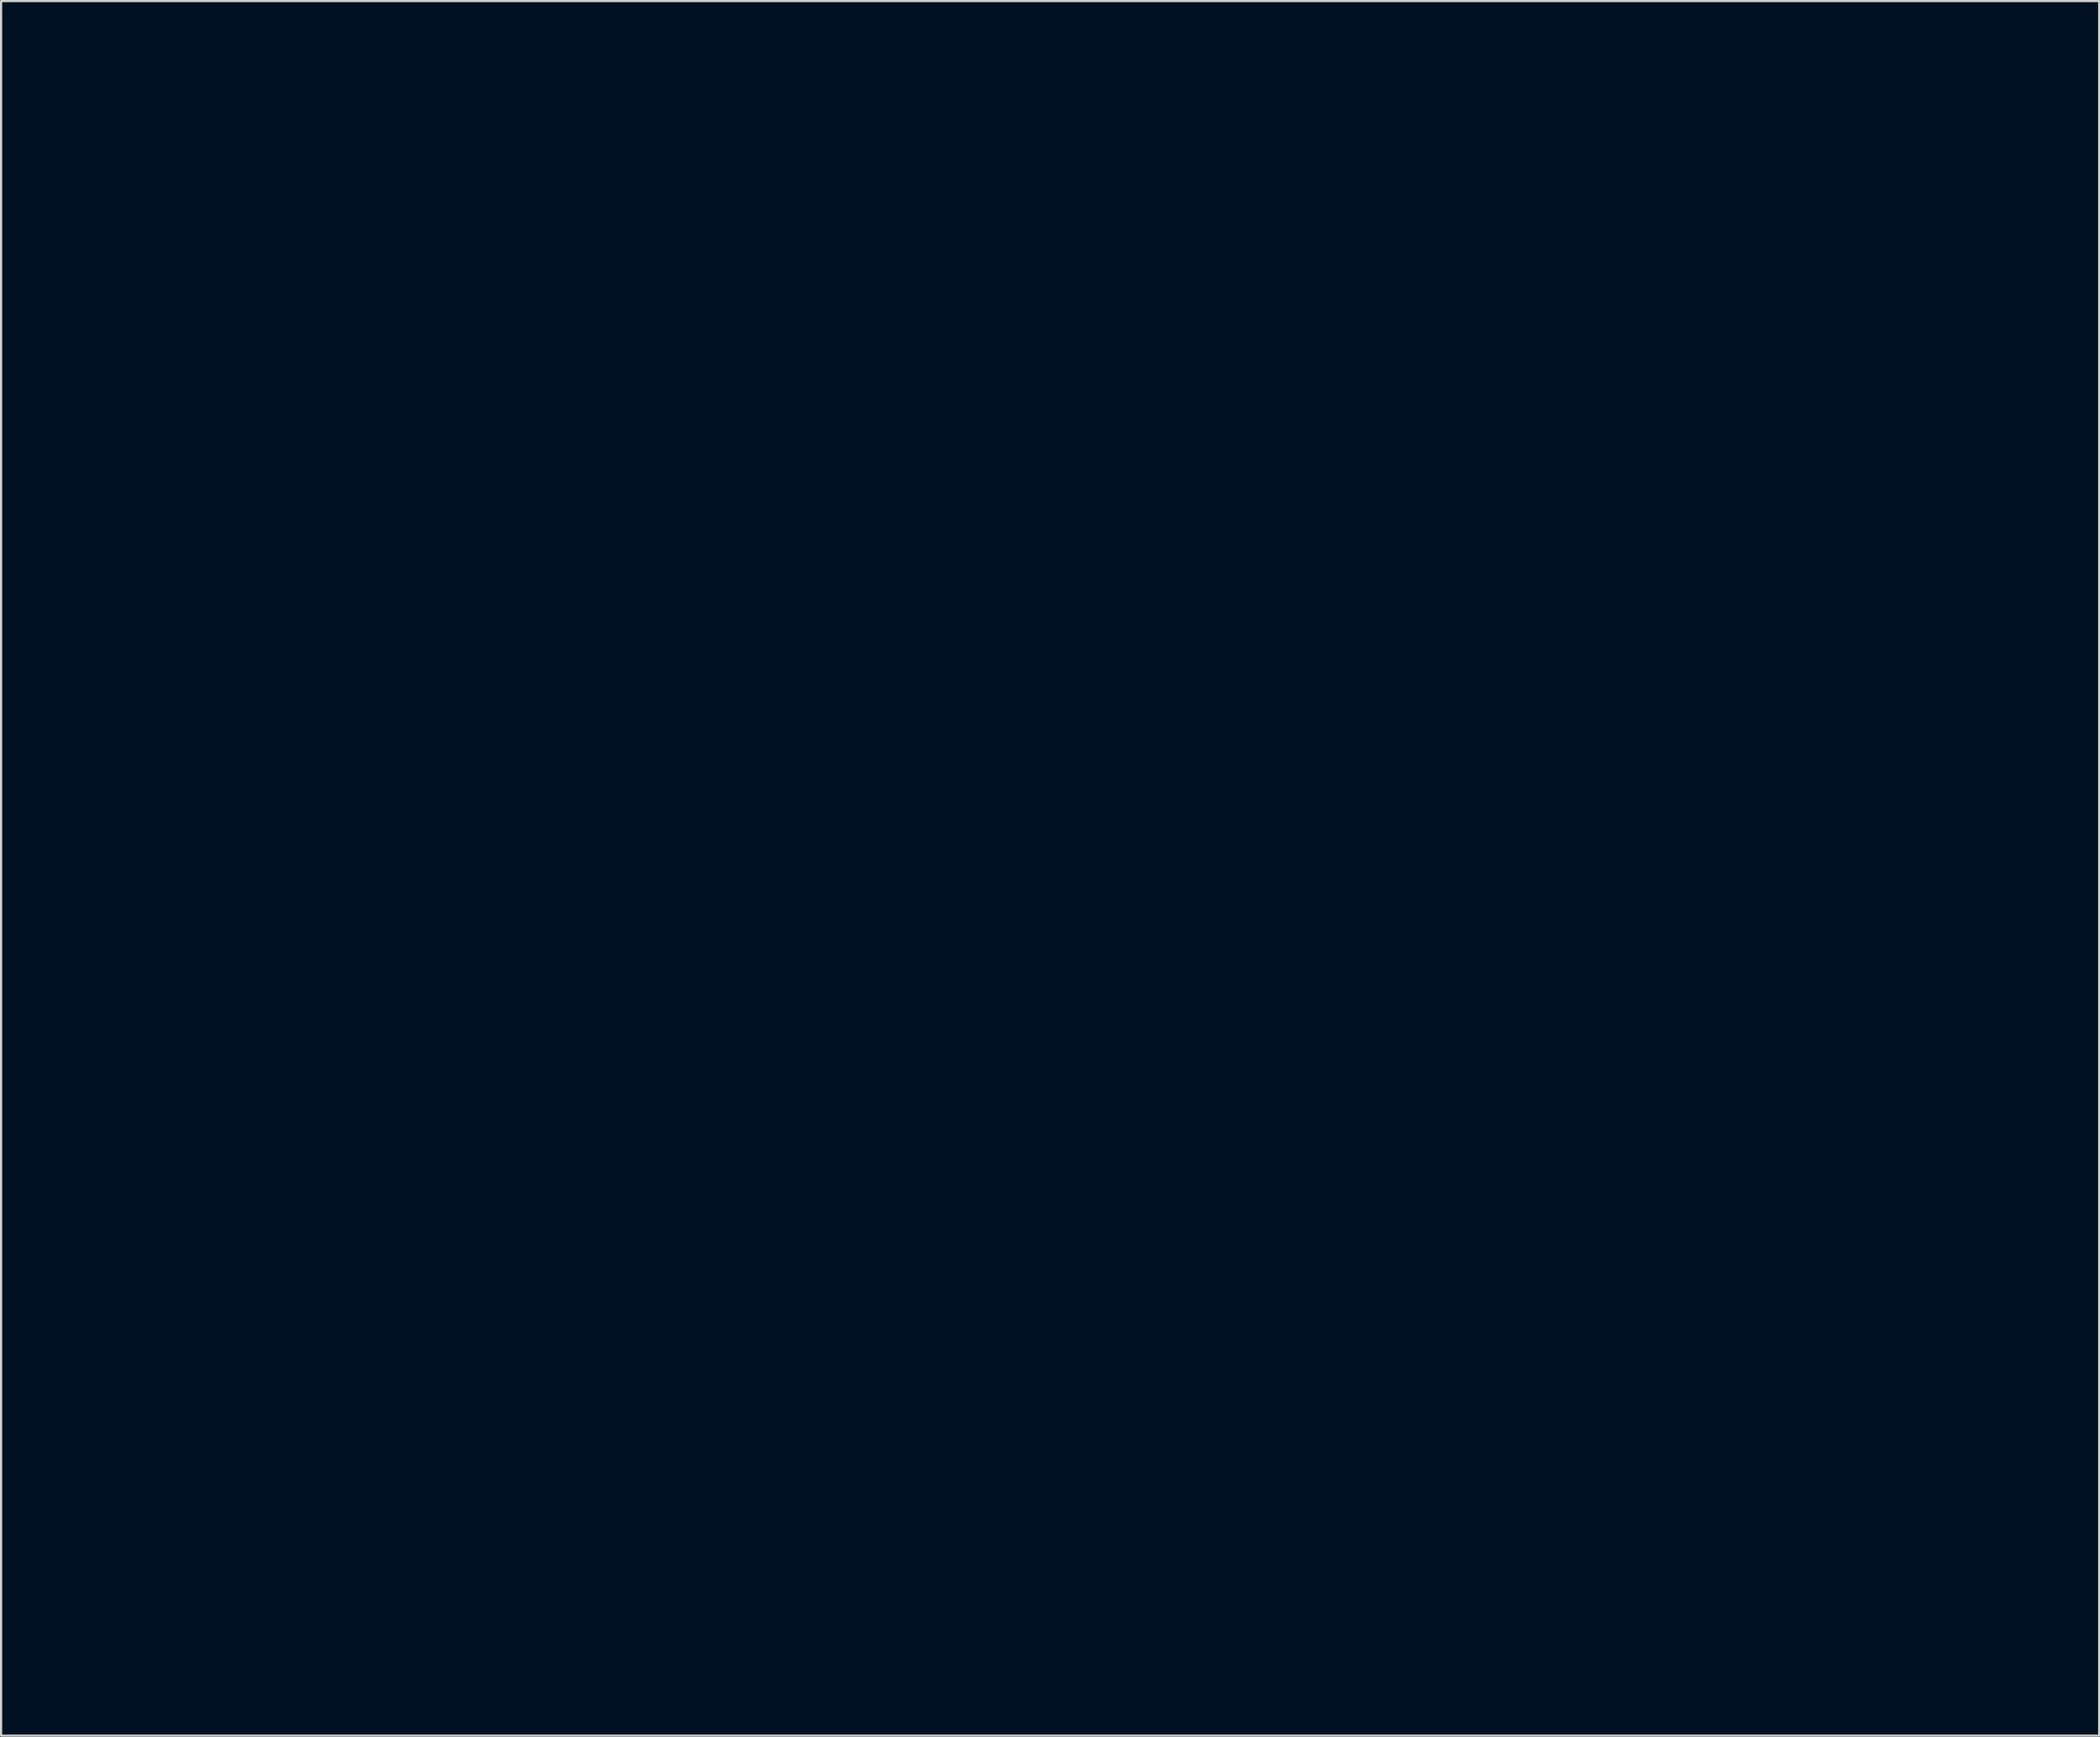
<source format=kicad_pcb>
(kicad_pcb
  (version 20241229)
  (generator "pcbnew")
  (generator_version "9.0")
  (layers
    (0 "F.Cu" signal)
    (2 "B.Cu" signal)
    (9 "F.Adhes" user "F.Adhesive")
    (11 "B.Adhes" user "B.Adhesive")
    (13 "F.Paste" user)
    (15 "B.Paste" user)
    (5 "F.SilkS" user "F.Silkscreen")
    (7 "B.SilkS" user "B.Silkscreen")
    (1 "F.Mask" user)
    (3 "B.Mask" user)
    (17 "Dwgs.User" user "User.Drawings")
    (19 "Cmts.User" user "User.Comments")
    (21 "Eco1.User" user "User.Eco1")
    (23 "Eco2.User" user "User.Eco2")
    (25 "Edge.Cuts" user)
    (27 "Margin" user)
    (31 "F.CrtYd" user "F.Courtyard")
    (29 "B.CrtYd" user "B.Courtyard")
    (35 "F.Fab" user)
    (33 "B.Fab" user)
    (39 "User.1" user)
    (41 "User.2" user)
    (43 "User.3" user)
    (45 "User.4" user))
  (footprint "FrontSoldermask"
    (layer "F.Cu")
    (at 45.589 48.584)
    (property "Reference" "FrontSoldermask" (at 0 0 0) (layer "F.Mask") (effects (font (size 1.524 1.524) (thickness 0.3))))
    (attr through_hole)
    (fp_poly (pts (xy -29.506 9.085) (xy -29.617 9.142) (xy -29.776 9.201) (xy -29.948 9.246) (xy -30.094 9.266) (xy -30.109 9.266) (xy -30.203 9.259) (xy -30.204 9.239) (xy -30.102 9.199) (xy -29.912 9.141) (xy -29.703 9.083) (xy -29.548 9.048) (xy -29.481 9.042) (xy -29.506 9.085)) (stroke (width 0.01) (type solid)) (fill yes) (layer "F.Mask"))
    (fp_poly (pts (xy -30.025 7.011) (xy -29.866 7.042) (xy -29.785 7.088) (xy -29.782 7.101) (xy -29.839 7.134) (xy -29.995 7.192) (xy -30.224 7.266) (xy -30.48 7.341) (xy -30.755 7.414) (xy -30.979 7.466) (xy -31.128 7.49) (xy -31.178 7.484) (xy -31.125 7.401) (xy -30.99 7.291) (xy -30.806 7.177) (xy -30.61 7.08) (xy -30.437 7.021) (xy -30.416 7.017) (xy -30.221 7.001) (xy -30.025 7.011)) (stroke (width 0.01) (type solid)) (fill yes) (layer "F.Mask"))
    (fp_poly (pts (xy 2.096 -3.848) (xy 2.439 -3.678) (xy 2.77 -3.383) (xy 3.088 -2.962) (xy 3.23 -2.725) (xy 3.334 -2.526) (xy 3.406 -2.361) (xy 3.429 -2.277) (xy 3.378 -2.191) (xy 3.249 -2.085) (xy 3.182 -2.044) (xy 3.029 -1.947) (xy 2.809 -1.796) (xy 2.554 -1.611) (xy 2.357 -1.463) (xy 1.779 -1.021) (xy 1.521 -1.402) (xy 1.369 -1.614) (xy 1.165 -1.882) (xy 0.939 -2.167) (xy 0.787 -2.353) (xy 0.313 -2.923) (xy 0.64 -3.269) (xy 1.014 -3.604) (xy 1.382 -3.811) (xy 1.744 -3.893) (xy 2.096 -3.848)) (stroke (width 0.01) (type solid)) (fill yes) (layer "F.Mask"))
    (fp_poly (pts (xy -29.195 7.546) (xy -29.152 7.629) (xy -29.162 7.657) (xy -29.235 7.688) (xy -29.406 7.745) (xy -29.65 7.819) (xy -29.944 7.904) (xy -29.984 7.915) (xy -30.313 8.008) (xy -30.629 8.098) (xy -30.893 8.173) (xy -31.067 8.223) (xy -31.246 8.273) (xy -31.335 8.28) (xy -31.366 8.24) (xy -31.369 8.172) (xy -31.359 8.119) (xy -31.318 8.071) (xy -31.23 8.023) (xy -31.077 7.967) (xy -30.843 7.897) (xy -30.511 7.806) (xy -30.317 7.754) (xy -29.9 7.646) (xy -29.592 7.574) (xy -29.379 7.536) (xy -29.25 7.528) (xy -29.195 7.546)) (stroke (width 0.01) (type solid)) (fill yes) (layer "F.Mask"))
    (fp_poly (pts (xy -29.028 8.235) (xy -29.06 8.326) (xy -29.111 8.39) (xy -29.216 8.454) (xy -29.393 8.526) (xy -29.66 8.613) (xy -29.975 8.705) (xy -30.35 8.811) (xy -30.623 8.884) (xy -30.813 8.926) (xy -30.941 8.939) (xy -31.026 8.926) (xy -31.087 8.888) (xy -31.137 8.837) (xy -31.169 8.794) (xy -31.169 8.757) (xy -31.121 8.718) (xy -31.011 8.672) (xy -30.824 8.613) (xy -30.544 8.535) (xy -30.157 8.431) (xy -30.148 8.428) (xy -29.795 8.336) (xy -29.486 8.258) (xy -29.242 8.201) (xy -29.082 8.168) (xy -29.027 8.163) (xy -29.028 8.235)) (stroke (width 0.01) (type solid)) (fill yes) (layer "F.Mask"))
    (fp_poly (pts (xy -15.24 -22.739) (xy -15.232 -22.546) (xy -15.191 -22.43) (xy -15.093 -22.343) (xy -15.024 -22.3) (xy -14.762 -22.077) (xy -14.583 -21.783) (xy -14.489 -21.444) (xy -14.482 -21.086) (xy -14.564 -20.736) (xy -14.738 -20.422) (xy -14.87 -20.275) (xy -15.176 -20.071) (xy -15.538 -19.961) (xy -15.92 -19.949) (xy -16.287 -20.039) (xy -16.389 -20.087) (xy -16.706 -20.318) (xy -16.927 -20.613) (xy -17.049 -20.95) (xy -17.07 -21.308) (xy -16.988 -21.665) (xy -16.801 -22) (xy -16.6 -22.216) (xy -16.44 -22.367) (xy -16.356 -22.488) (xy -16.324 -22.624) (xy -16.32 -22.757) (xy -16.32 -23.05) (xy -15.24 -23.05) (xy -15.24 -22.739)) (stroke (width 0.01) (type solid)) (fill yes) (layer "F.Mask"))
    (fp_poly (pts (xy -4.128 -8.009) (xy -4.118 -7.813) (xy -4.073 -7.691) (xy -3.969 -7.592) (xy -3.915 -7.555) (xy -3.637 -7.295) (xy -3.455 -6.982) (xy -3.367 -6.637) (xy -3.371 -6.283) (xy -3.466 -5.943) (xy -3.649 -5.64) (xy -3.918 -5.397) (xy -4.11 -5.295) (xy -4.403 -5.22) (xy -4.744 -5.21) (xy -5.074 -5.263) (xy -5.3 -5.351) (xy -5.608 -5.592) (xy -5.821 -5.895) (xy -5.937 -6.239) (xy -5.954 -6.599) (xy -5.87 -6.953) (xy -5.683 -7.279) (xy -5.469 -7.495) (xy -5.313 -7.63) (xy -5.236 -7.746) (xy -5.209 -7.893) (xy -5.207 -8.012) (xy -5.207 -8.319) (xy -4.128 -8.319) (xy -4.128 -8.009)) (stroke (width 0.01) (type solid)) (fill yes) (layer "F.Mask"))
    (fp_poly (pts (xy -24.638 -15.708) (xy -24.628 -15.531) (xy -24.583 -15.403) (xy -24.478 -15.278) (xy -24.36 -15.17) (xy -24.09 -14.88) (xy -23.933 -14.574) (xy -23.877 -14.226) (xy -23.876 -14.18) (xy -23.937 -13.794) (xy -24.109 -13.443) (xy -24.377 -13.158) (xy -24.433 -13.117) (xy -24.733 -12.973) (xy -25.085 -12.903) (xy -25.44 -12.911) (xy -25.717 -12.988) (xy -26.063 -13.205) (xy -26.305 -13.494) (xy -26.441 -13.85) (xy -26.468 -14.259) (xy -26.397 -14.647) (xy -26.232 -14.959) (xy -25.962 -15.216) (xy -25.93 -15.238) (xy -25.8 -15.341) (xy -25.737 -15.449) (xy -25.718 -15.614) (xy -25.718 -15.693) (xy -25.718 -16.002) (xy -24.638 -16.002) (xy -24.638 -15.708)) (stroke (width 0.01) (type solid)) (fill yes) (layer "F.Mask"))
    (fp_poly (pts (xy -23.728 -26.898) (xy -23.527 -26.817) (xy -23.29 -26.654) (xy -23.047 -26.436) (xy -22.828 -26.192) (xy -22.693 -25.996) (xy -22.53 -25.717) (xy -22.857 -25.359) (xy -23.044 -25.147) (xy -23.271 -24.879) (xy -23.502 -24.596) (xy -23.61 -24.46) (xy -23.799 -24.22) (xy -23.973 -24.001) (xy -24.108 -23.833) (xy -24.166 -23.762) (xy -24.298 -23.604) (xy -24.738 -24.003) (xy -24.98 -24.214) (xy -25.235 -24.421) (xy -25.456 -24.587) (xy -25.506 -24.621) (xy -25.835 -24.84) (xy -25.718 -25.114) (xy -25.529 -25.487) (xy -25.286 -25.875) (xy -25.019 -26.231) (xy -24.773 -26.498) (xy -24.435 -26.753) (xy -24.095 -26.889) (xy -23.763 -26.904) (xy -23.728 -26.898)) (stroke (width 0.01) (type solid)) (fill yes) (layer "F.Mask"))
    (fp_poly (pts (xy 15.177 -37.527) (xy 15.592 -37.323) (xy 16.007 -37.118) (xy 15.608 -36.984) (xy 15.208 -36.851) (xy 15.145 -36.423) (xy 15.081 -35.996) (xy 14.842 -36.318) (xy 14.706 -36.497) (xy 14.606 -36.595) (xy 14.499 -36.627) (xy 14.343 -36.609) (xy 14.159 -36.57) (xy 13.972 -36.535) (xy 13.843 -36.521) (xy 13.809 -36.525) (xy 13.829 -36.586) (xy 13.907 -36.717) (xy 14.001 -36.856) (xy 14.218 -37.162) (xy 14.027 -37.541) (xy 13.93 -37.742) (xy 13.89 -37.852) (xy 13.903 -37.892) (xy 13.95 -37.887) (xy 14.082 -37.849) (xy 14.272 -37.795) (xy 14.338 -37.776) (xy 14.61 -37.697) (xy 14.893 -37.975) (xy 15.177 -38.253) (xy 15.177 -37.527)) (stroke (width 0.01) (type solid)) (fill yes) (layer "F.Mask"))
    (fp_poly (pts (xy 24.511 7.144) (xy 24.52 7.307) (xy 24.562 7.433) (xy 24.658 7.563) (xy 24.823 7.731) (xy 25.052 7.991) (xy 25.185 8.238) (xy 25.21 8.316) (xy 25.256 8.708) (xy 25.193 9.07) (xy 25.034 9.389) (xy 24.797 9.65) (xy 24.496 9.839) (xy 24.147 9.943) (xy 23.765 9.947) (xy 23.463 9.875) (xy 23.169 9.71) (xy 22.921 9.456) (xy 22.736 9.143) (xy 22.634 8.805) (xy 22.634 8.473) (xy 22.636 8.466) (xy 22.73 8.147) (xy 22.895 7.883) (xy 23.112 7.668) (xy 23.265 7.525) (xy 23.341 7.402) (xy 23.366 7.248) (xy 23.368 7.154) (xy 23.368 6.858) (xy 24.511 6.858) (xy 24.511 7.144)) (stroke (width 0.01) (type solid)) (fill yes) (layer "F.Mask"))
    (fp_poly (pts (xy 12.637 -10.97) (xy 12.644 -10.768) (xy 12.679 -10.649) (xy 12.759 -10.57) (xy 12.823 -10.531) (xy 13.066 -10.325) (xy 13.249 -10.035) (xy 13.361 -9.697) (xy 13.389 -9.345) (xy 13.337 -9.055) (xy 13.162 -8.716) (xy 12.898 -8.447) (xy 12.569 -8.262) (xy 12.199 -8.172) (xy 11.812 -8.193) (xy 11.78 -8.2) (xy 11.408 -8.346) (xy 11.111 -8.581) (xy 10.9 -8.886) (xy 10.787 -9.24) (xy 10.784 -9.624) (xy 10.825 -9.813) (xy 10.916 -10.05) (xy 11.055 -10.25) (xy 11.24 -10.434) (xy 11.411 -10.595) (xy 11.507 -10.717) (xy 11.548 -10.838) (xy 11.557 -11) (xy 11.557 -11.011) (xy 11.557 -11.303) (xy 12.636 -11.303) (xy 12.637 -10.97)) (stroke (width 0.01) (type solid)) (fill yes) (layer "F.Mask"))
    (fp_poly (pts (xy -34.764 2.807) (xy -34.387 2.932) (xy -33.958 3.171) (xy -33.791 3.285) (xy -33.387 3.572) (xy -33.431 3.834) (xy -33.528 4.435) (xy -33.597 4.912) (xy -33.639 5.267) (xy -33.654 5.499) (xy -33.654 5.499) (xy -33.692 5.741) (xy -33.771 5.864) (xy -33.869 5.942) (xy -33.914 5.963) (xy -33.983 5.941) (xy -34.141 5.89) (xy -34.358 5.819) (xy -34.417 5.799) (xy -34.879 5.682) (xy -35.394 5.612) (xy -35.488 5.605) (xy -36.082 5.569) (xy -36.058 4.704) (xy -36.047 4.349) (xy -36.032 4.091) (xy -36.008 3.9) (xy -35.97 3.747) (xy -35.913 3.602) (xy -35.845 3.459) (xy -35.631 3.123) (xy -35.383 2.902) (xy -35.095 2.797) (xy -34.764 2.807)) (stroke (width 0.01) (type solid)) (fill yes) (layer "F.Mask"))
    (fp_poly (pts (xy -25.924 -1.129) (xy -25.558 -1.019) (xy -25.214 -0.864) (xy -24.925 -0.673) (xy -24.909 -0.66) (xy -24.767 -0.54) (xy -24.985 0.035) (xy -25.1 0.363) (xy -25.223 0.75) (xy -25.334 1.132) (xy -25.373 1.281) (xy -25.455 1.587) (xy -25.521 1.793) (xy -25.584 1.926) (xy -25.655 2.009) (xy -25.72 2.055) (xy -25.858 2.125) (xy -25.948 2.152) (xy -25.95 2.152) (xy -26.024 2.125) (xy -26.193 2.056) (xy -26.432 1.955) (xy -26.72 1.831) (xy -26.821 1.787) (xy -27.638 1.429) (xy -27.604 0.73) (xy -27.547 0.144) (xy -27.439 -0.332) (xy -27.276 -0.702) (xy -27.056 -0.974) (xy -26.845 -1.119) (xy -26.599 -1.186) (xy -26.282 -1.187) (xy -25.924 -1.129)) (stroke (width 0.01) (type solid)) (fill yes) (layer "F.Mask"))
    (fp_poly (pts (xy -15.827 10.872) (xy -15.272 10.89) (xy -15.253 11.212) (xy -15.231 11.414) (xy -15.181 11.536) (xy -15.081 11.623) (xy -15.047 11.643) (xy -14.822 11.843) (xy -14.645 12.127) (xy -14.537 12.459) (xy -14.512 12.706) (xy -14.57 13.081) (xy -14.733 13.413) (xy -14.979 13.685) (xy -15.29 13.882) (xy -15.644 13.989) (xy -16.022 13.989) (xy -16.121 13.97) (xy -16.306 13.901) (xy -16.518 13.787) (xy -16.592 13.738) (xy -16.856 13.482) (xy -17.03 13.168) (xy -17.112 12.823) (xy -17.102 12.47) (xy -17.001 12.136) (xy -16.806 11.846) (xy -16.628 11.691) (xy -16.487 11.584) (xy -16.415 11.482) (xy -16.389 11.338) (xy -16.385 11.189) (xy -16.383 10.854) (xy -15.827 10.872)) (stroke (width 0.01) (type solid)) (fill yes) (layer "F.Mask"))
    (fp_poly (pts (xy 20.073 -16.522) (xy 20.434 -16.28) (xy 20.725 -15.99) (xy 20.862 -15.818) (xy 21.014 -15.601) (xy 21.162 -15.371) (xy 21.288 -15.157) (xy 21.373 -14.989) (xy 21.399 -14.904) (xy 21.35 -14.859) (xy 21.215 -14.758) (xy 21.016 -14.618) (xy 20.78 -14.458) (xy 20.456 -14.233) (xy 20.09 -13.967) (xy 19.738 -13.701) (xy 19.561 -13.562) (xy 19.326 -13.376) (xy 19.125 -13.224) (xy 18.98 -13.12) (xy 18.912 -13.081) (xy 18.912 -13.081) (xy 18.845 -13.129) (xy 18.774 -13.224) (xy 18.718 -13.325) (xy 18.615 -13.517) (xy 18.475 -13.782) (xy 18.311 -14.097) (xy 18.141 -14.427) (xy 17.595 -15.487) (xy 18.03 -15.89) (xy 18.484 -16.262) (xy 18.911 -16.511) (xy 19.316 -16.638) (xy 19.702 -16.641) (xy 20.073 -16.522)) (stroke (width 0.01) (type solid)) (fill yes) (layer "F.Mask"))
    (fp_poly (pts (xy -33.129 16.112) (xy -32.843 16.148) (xy -32.579 16.2) (xy -32.364 16.261) (xy -32.228 16.326) (xy -32.194 16.372) (xy -32.218 16.461) (xy -32.284 16.636) (xy -32.383 16.875) (xy -32.504 17.154) (xy -32.636 17.452) (xy -32.77 17.745) (xy -32.895 18.01) (xy -33 18.224) (xy -33.076 18.365) (xy -33.111 18.411) (xy -33.206 18.384) (xy -33.368 18.321) (xy -33.456 18.283) (xy -33.656 18.2) (xy -33.921 18.099) (xy -34.197 17.999) (xy -34.218 17.992) (xy -34.45 17.908) (xy -34.635 17.836) (xy -34.74 17.789) (xy -34.751 17.782) (xy -34.755 17.705) (xy -34.719 17.541) (xy -34.654 17.32) (xy -34.567 17.07) (xy -34.47 16.823) (xy -34.371 16.608) (xy -34.369 16.604) (xy -34.239 16.376) (xy -34.107 16.228) (xy -33.942 16.144) (xy -33.712 16.106) (xy -33.41 16.098) (xy -33.129 16.112)) (stroke (width 0.01) (type solid)) (fill yes) (layer "F.Mask"))
    (fp_poly (pts (xy 15.685 -22.336) (xy 15.692 -22.134) (xy 15.727 -22.016) (xy 15.807 -21.936) (xy 15.871 -21.897) (xy 16.018 -21.78) (xy 16.175 -21.605) (xy 16.236 -21.521) (xy 16.338 -21.345) (xy 16.392 -21.177) (xy 16.413 -20.963) (xy 16.415 -20.822) (xy 16.406 -20.571) (xy 16.373 -20.394) (xy 16.301 -20.239) (xy 16.224 -20.124) (xy 15.943 -19.828) (xy 15.596 -19.639) (xy 15.197 -19.563) (xy 15.119 -19.562) (xy 14.889 -19.576) (xy 14.687 -19.606) (xy 14.605 -19.629) (xy 14.413 -19.744) (xy 14.203 -19.93) (xy 14.016 -20.143) (xy 13.923 -20.288) (xy 13.864 -20.463) (xy 13.826 -20.697) (xy 13.818 -20.828) (xy 13.868 -21.195) (xy 14.018 -21.533) (xy 14.249 -21.808) (xy 14.382 -21.907) (xy 14.517 -22.002) (xy 14.583 -22.101) (xy 14.604 -22.253) (xy 14.605 -22.357) (xy 14.605 -22.669) (xy 15.684 -22.669) (xy 15.685 -22.336)) (stroke (width 0.01) (type solid)) (fill yes) (layer "F.Mask"))
    (fp_poly (pts (xy -6.905 -18.122) (xy -6.463 -17.909) (xy -5.988 -17.576) (xy -5.519 -17.162) (xy -5.29 -16.939) (xy -5.098 -16.745) (xy -4.96 -16.598) (xy -4.893 -16.516) (xy -4.889 -16.507) (xy -4.939 -16.452) (xy -5.072 -16.343) (xy -5.268 -16.195) (xy -5.477 -16.045) (xy -5.77 -15.833) (xy -6.112 -15.573) (xy -6.458 -15.3) (xy -6.717 -15.088) (xy -6.957 -14.888) (xy -7.16 -14.722) (xy -7.307 -14.604) (xy -7.379 -14.549) (xy -7.383 -14.547) (xy -7.441 -14.581) (xy -7.57 -14.66) (xy -7.652 -14.711) (xy -7.805 -14.798) (xy -8.042 -14.924) (xy -8.332 -15.073) (xy -8.647 -15.229) (xy -8.7 -15.255) (xy -8.988 -15.397) (xy -9.234 -15.518) (xy -9.415 -15.608) (xy -9.509 -15.656) (xy -9.518 -15.661) (xy -9.507 -15.725) (xy -9.456 -15.876) (xy -9.376 -16.088) (xy -9.345 -16.166) (xy -9.047 -16.82) (xy -8.738 -17.347) (xy -8.413 -17.75) (xy -8.07 -18.028) (xy -7.706 -18.182) (xy -7.319 -18.213) (xy -6.905 -18.122)) (stroke (width 0.01) (type solid)) (fill yes) (layer "F.Mask"))
    (fp_poly (pts (xy 30.522 13.947) (xy 30.796 14.046) (xy 31.061 14.184) (xy 31.264 14.337) (xy 31.285 14.358) (xy 31.441 14.558) (xy 31.603 14.813) (xy 31.759 15.101) (xy 31.902 15.4) (xy 32.02 15.687) (xy 32.105 15.941) (xy 32.146 16.137) (xy 32.134 16.255) (xy 32.117 16.273) (xy 32.032 16.324) (xy 31.863 16.424) (xy 31.637 16.558) (xy 31.433 16.68) (xy 31.129 16.868) (xy 30.774 17.102) (xy 30.415 17.348) (xy 30.154 17.536) (xy 29.899 17.72) (xy 29.68 17.872) (xy 29.517 17.979) (xy 29.43 18.026) (xy 29.423 18.027) (xy 29.318 18.005) (xy 29.268 17.992) (xy 29.196 17.915) (xy 29.107 17.722) (xy 29.006 17.424) (xy 28.993 17.38) (xy 28.903 17.095) (xy 28.784 16.735) (xy 28.65 16.342) (xy 28.515 15.961) (xy 28.496 15.91) (xy 28.174 15.024) (xy 28.441 14.794) (xy 28.813 14.51) (xy 29.214 14.266) (xy 29.616 14.075) (xy 29.989 13.951) (xy 30.29 13.909) (xy 30.522 13.947)) (stroke (width 0.01) (type solid)) (fill yes) (layer "F.Mask"))
    (fp_poly (pts (xy 2.603 2.974) (xy 2.613 3.166) (xy 2.66 3.294) (xy 2.771 3.414) (xy 2.858 3.485) (xy 3.04 3.662) (xy 3.196 3.865) (xy 3.239 3.938) (xy 3.332 4.224) (xy 3.365 4.559) (xy 3.333 4.879) (xy 3.298 4.996) (xy 3.185 5.194) (xy 3.004 5.409) (xy 2.799 5.595) (xy 2.666 5.683) (xy 2.378 5.778) (xy 2.04 5.807) (xy 1.712 5.765) (xy 1.659 5.749) (xy 1.318 5.578) (xy 1.05 5.32) (xy 0.865 4.999) (xy 0.775 4.639) (xy 0.788 4.263) (xy 0.807 4.203) (xy 1.847 4.203) (xy 1.901 4.44) (xy 2.037 4.641) (xy 2.241 4.778) (xy 2.467 4.824) (xy 2.611 4.778) (xy 2.783 4.656) (xy 2.832 4.61) (xy 2.999 4.389) (xy 3.044 4.166) (xy 2.973 3.915) (xy 2.952 3.872) (xy 2.784 3.665) (xy 2.566 3.562) (xy 2.327 3.566) (xy 2.093 3.683) (xy 2.027 3.742) (xy 1.885 3.961) (xy 1.847 4.203) (xy 0.807 4.203) (xy 0.881 3.966) (xy 0.986 3.79) (xy 1.132 3.612) (xy 1.287 3.463) (xy 1.42 3.376) (xy 1.465 3.365) (xy 1.497 3.308) (xy 1.519 3.16) (xy 1.524 3.016) (xy 1.524 2.667) (xy 2.603 2.667) (xy 2.603 2.974)) (stroke (width 0.01) (type solid)) (fill yes) (layer "F.Mask"))
    (fp_poly (pts (xy 6.305 -48.253) (xy 6.371 -48.229) (xy 6.476 -48.187) (xy 6.626 -48.126) (xy 6.823 -48.042) (xy 7.073 -47.935) (xy 7.379 -47.802) (xy 7.747 -47.641) (xy 8.18 -47.45) (xy 8.684 -47.228) (xy 9.261 -46.973) (xy 9.917 -46.683) (xy 10.655 -46.355) (xy 11.481 -45.988) (xy 12.398 -45.579) (xy 13.412 -45.128) (xy 14.525 -44.632) (xy 15.743 -44.089) (xy 17.071 -43.498) (xy 17.939 -43.111) (xy 18.315 -42.939) (xy 18.655 -42.779) (xy 18.939 -42.639) (xy 19.15 -42.527) (xy 19.27 -42.454) (xy 19.288 -42.437) (xy 19.364 -42.248) (xy 19.333 -42.068) (xy 19.213 -41.926) (xy 19.021 -41.855) (xy 18.95 -41.852) (xy 18.868 -41.878) (xy 18.678 -41.953) (xy 18.387 -42.073) (xy 18.004 -42.236) (xy 17.536 -42.437) (xy 16.991 -42.673) (xy 16.376 -42.942) (xy 15.7 -43.239) (xy 14.969 -43.561) (xy 14.192 -43.905) (xy 13.376 -44.267) (xy 12.529 -44.645) (xy 12.446 -44.682) (xy 11.598 -45.062) (xy 10.781 -45.429) (xy 10.003 -45.778) (xy 9.272 -46.108) (xy 8.596 -46.414) (xy 7.981 -46.693) (xy 7.435 -46.942) (xy 6.967 -47.157) (xy 6.584 -47.334) (xy 6.293 -47.47) (xy 6.102 -47.562) (xy 6.019 -47.606) (xy 6.017 -47.608) (xy 5.927 -47.75) (xy 5.905 -47.857) (xy 5.955 -48.024) (xy 6.077 -48.171) (xy 6.229 -48.255) (xy 6.274 -48.26) (xy 6.305 -48.253)) (stroke (width 0.01) (type solid)) (fill yes) (layer "F.Mask"))
    (fp_poly (pts (xy -39.845 13.205) (xy -39.603 13.338) (xy -39.422 13.551) (xy -39.329 13.829) (xy -39.327 13.845) (xy -39.325 13.901) (xy -39.332 13.971) (xy -39.351 14.063) (xy -39.383 14.185) (xy -39.432 14.343) (xy -39.501 14.545) (xy -39.592 14.798) (xy -39.708 15.108) (xy -39.852 15.484) (xy -40.025 15.933) (xy -40.232 16.461) (xy -40.475 17.076) (xy -40.756 17.785) (xy -41.078 18.596) (xy -41.444 19.515) (xy -41.563 19.812) (xy -41.887 20.624) (xy -42.199 21.406) (xy -42.497 22.147) (xy -42.775 22.841) (xy -43.032 23.479) (xy -43.263 24.052) (xy -43.466 24.551) (xy -43.637 24.97) (xy -43.772 25.298) (xy -43.868 25.528) (xy -43.922 25.652) (xy -43.93 25.669) (xy -44.115 25.868) (xy -44.368 25.99) (xy -44.651 26.024) (xy -44.924 25.96) (xy -44.965 25.94) (xy -45.185 25.753) (xy -45.324 25.493) (xy -45.36 25.278) (xy -45.342 25.188) (xy -45.285 25.004) (xy -45.188 24.725) (xy -45.05 24.348) (xy -44.87 23.87) (xy -44.647 23.29) (xy -44.38 22.603) (xy -44.068 21.808) (xy -43.71 20.902) (xy -43.306 19.883) (xy -43.088 19.336) (xy -42.763 18.522) (xy -42.45 17.74) (xy -42.153 16.998) (xy -41.875 16.305) (xy -41.618 15.668) (xy -41.387 15.096) (xy -41.185 14.597) (xy -41.015 14.18) (xy -40.88 13.853) (xy -40.784 13.624) (xy -40.73 13.501) (xy -40.721 13.483) (xy -40.605 13.365) (xy -40.435 13.253) (xy -40.408 13.239) (xy -40.123 13.167) (xy -39.845 13.205)) (stroke (width 0.01) (type solid)) (fill yes) (layer "F.Mask"))
    (fp_poly (pts (xy 39.88 7.012) (xy 40.145 7.121) (xy 40.26 7.216) (xy 40.317 7.306) (xy 40.426 7.509) (xy 40.583 7.82) (xy 40.787 8.237) (xy 41.038 8.757) (xy 41.333 9.375) (xy 41.67 10.089) (xy 42.048 10.895) (xy 42.465 11.79) (xy 42.921 12.77) (xy 43.153 13.271) (xy 43.61 14.26) (xy 44.017 15.139) (xy 44.376 15.917) (xy 44.69 16.599) (xy 44.96 17.193) (xy 45.19 17.705) (xy 45.383 18.142) (xy 45.539 18.511) (xy 45.663 18.818) (xy 45.757 19.07) (xy 45.822 19.274) (xy 45.862 19.436) (xy 45.879 19.564) (xy 45.875 19.664) (xy 45.854 19.742) (xy 45.817 19.806) (xy 45.767 19.863) (xy 45.707 19.918) (xy 45.642 19.976) (xy 45.465 20.116) (xy 45.303 20.179) (xy 45.134 20.191) (xy 44.926 20.171) (xy 44.75 20.123) (xy 44.719 20.109) (xy 44.569 19.995) (xy 44.488 19.904) (xy 44.445 19.822) (xy 44.353 19.635) (xy 44.218 19.352) (xy 44.043 18.983) (xy 43.833 18.536) (xy 43.593 18.021) (xy 43.326 17.448) (xy 43.037 16.825) (xy 42.73 16.163) (xy 42.41 15.472) (xy 42.081 14.759) (xy 41.747 14.035) (xy 41.413 13.309) (xy 41.083 12.591) (xy 40.761 11.89) (xy 40.451 11.215) (xy 40.159 10.576) (xy 39.888 9.983) (xy 39.643 9.444) (xy 39.428 8.969) (xy 39.248 8.568) (xy 39.106 8.25) (xy 39.007 8.025) (xy 38.956 7.901) (xy 38.949 7.882) (xy 38.958 7.642) (xy 39.058 7.393) (xy 39.225 7.182) (xy 39.319 7.11) (xy 39.591 7.007) (xy 39.88 7.012)) (stroke (width 0.01) (type solid)) (fill yes) (layer "F.Mask"))
    (fp_poly (pts (xy -10.351 -33.711) (xy -10.342 -33.509) (xy -10.299 -33.374) (xy -10.197 -33.253) (xy -10.094 -33.162) (xy -9.814 -32.86) (xy -9.649 -32.525) (xy -9.59 -32.135) (xy -9.59 -32.086) (xy -9.647 -31.666) (xy -9.804 -31.306) (xy -10.044 -31.017) (xy -10.349 -30.807) (xy -10.704 -30.688) (xy -11.091 -30.669) (xy -11.493 -30.76) (xy -11.692 -30.848) (xy -12.03 -31.092) (xy -12.273 -31.415) (xy -12.41 -31.803) (xy -12.433 -31.969) (xy -12.431 -31.989) (xy -12.192 -31.989) (xy -12.114 -31.657) (xy -11.936 -31.355) (xy -11.658 -31.104) (xy -11.525 -31.025) (xy -11.301 -30.955) (xy -11.018 -30.928) (xy -10.732 -30.946) (xy -10.502 -31.008) (xy -10.484 -31.017) (xy -10.289 -31.155) (xy -10.098 -31.35) (xy -9.945 -31.562) (xy -9.87 -31.735) (xy -9.834 -31.889) (xy -9.811 -31.979) (xy -9.806 -32.17) (xy -9.871 -32.411) (xy -9.988 -32.66) (xy -10.142 -32.873) (xy -10.167 -32.9) (xy -10.414 -33.147) (xy -10.983 -33.147) (xy -11.257 -33.145) (xy -11.44 -33.132) (xy -11.566 -33.099) (xy -11.67 -33.038) (xy -11.787 -32.942) (xy -12.031 -32.653) (xy -12.165 -32.328) (xy -12.192 -31.989) (xy -12.431 -31.989) (xy -12.408 -32.335) (xy -12.288 -32.696) (xy -12.089 -33.009) (xy -11.917 -33.175) (xy -11.779 -33.295) (xy -11.707 -33.417) (xy -11.677 -33.594) (xy -11.671 -33.676) (xy -11.665 -33.782) (xy -11.43 -33.782) (xy -11.43 -33.401) (xy -10.604 -33.401) (xy -10.604 -33.782) (xy -11.43 -33.782) (xy -11.665 -33.782) (xy -11.652 -34.004) (xy -11.001 -34.022) (xy -10.351 -34.04) (xy -10.351 -33.711)) (stroke (width 0.01) (type solid)) (fill yes) (layer "F.Mask"))
    (fp_poly (pts (xy -12.833 -40.159) (xy -12.659 -40.051) (xy -12.548 -39.877) (xy -12.511 -39.664) (xy -12.559 -39.439) (xy -12.684 -39.25) (xy -12.776 -39.159) (xy -12.946 -38.994) (xy -13.181 -38.768) (xy -13.467 -38.496) (xy -13.79 -38.189) (xy -14.137 -37.862) (xy -14.161 -37.84) (xy -16.303 -35.81) (xy -18.5 -33.702) (xy -20.731 -31.537) (xy -22.974 -29.336) (xy -25.206 -27.123) (xy -27.405 -24.919) (xy -29.548 -22.745) (xy -31.615 -20.623) (xy -31.803 -20.428) (xy -32.054 -20.172) (xy -32.282 -19.946) (xy -32.469 -19.767) (xy -32.597 -19.652) (xy -32.64 -19.621) (xy -32.855 -19.561) (xy -33.063 -19.623) (xy -33.223 -19.751) (xy -33.326 -19.871) (xy -33.38 -19.988) (xy -33.378 -20.117) (xy -33.314 -20.272) (xy -33.18 -20.469) (xy -32.97 -20.722) (xy -32.678 -21.044) (xy -32.591 -21.137) (xy -32.235 -21.514) (xy -31.795 -21.973) (xy -31.278 -22.505) (xy -30.69 -23.105) (xy -30.039 -23.764) (xy -29.332 -24.478) (xy -28.576 -25.237) (xy -27.778 -26.036) (xy -26.944 -26.867) (xy -26.083 -27.724) (xy -25.2 -28.599) (xy -24.304 -29.485) (xy -23.4 -30.376) (xy -22.497 -31.265) (xy -21.601 -32.143) (xy -20.719 -33.006) (xy -19.858 -33.845) (xy -19.026 -34.653) (xy -18.229 -35.424) (xy -17.474 -36.151) (xy -16.769 -36.826) (xy -16.762 -36.833) (xy -16.115 -37.449) (xy -15.554 -37.984) (xy -15.072 -38.443) (xy -14.662 -38.832) (xy -14.317 -39.156) (xy -14.032 -39.423) (xy -13.799 -39.637) (xy -13.612 -39.805) (xy -13.465 -39.932) (xy -13.351 -40.025) (xy -13.263 -40.089) (xy -13.195 -40.13) (xy -13.14 -40.155) (xy -13.093 -40.168) (xy -13.059 -40.174) (xy -12.833 -40.159)) (stroke (width 0.01) (type solid)) (fill yes) (layer "F.Mask"))
    (fp_poly (pts (xy 36.946 -7.906) (xy 37.116 -7.832) (xy 37.125 -7.825) (xy 37.166 -7.761) (xy 37.265 -7.595) (xy 37.417 -7.332) (xy 37.618 -6.982) (xy 37.862 -6.552) (xy 38.147 -6.05) (xy 38.467 -5.483) (xy 38.818 -4.859) (xy 39.197 -4.186) (xy 39.598 -3.472) (xy 40.017 -2.725) (xy 40.45 -1.952) (xy 40.893 -1.16) (xy 41.341 -0.359) (xy 41.79 0.445) (xy 42.235 1.243) (xy 42.673 2.029) (xy 43.098 2.793) (xy 43.508 3.529) (xy 43.896 4.229) (xy 44.259 4.885) (xy 44.593 5.489) (xy 44.893 6.033) (xy 45.155 6.51) (xy 45.375 6.912) (xy 45.548 7.23) (xy 45.67 7.459) (xy 45.711 7.538) (xy 45.825 7.839) (xy 45.831 8.092) (xy 45.727 8.315) (xy 45.672 8.381) (xy 45.44 8.555) (xy 45.177 8.609) (xy 44.918 8.547) (xy 44.885 8.525) (xy 44.841 8.482) (xy 44.786 8.412) (xy 44.714 8.31) (xy 44.623 8.171) (xy 44.51 7.989) (xy 44.372 7.759) (xy 44.206 7.476) (xy 44.009 7.134) (xy 43.778 6.728) (xy 43.509 6.253) (xy 43.199 5.703) (xy 42.846 5.072) (xy 42.446 4.357) (xy 41.997 3.55) (xy 41.495 2.647) (xy 40.937 1.643) (xy 40.451 0.766) (xy 39.942 -0.152) (xy 39.449 -1.041) (xy 38.976 -1.895) (xy 38.526 -2.708) (xy 38.104 -3.472) (xy 37.713 -4.181) (xy 37.356 -4.829) (xy 37.036 -5.409) (xy 36.758 -5.915) (xy 36.526 -6.341) (xy 36.341 -6.679) (xy 36.209 -6.923) (xy 36.133 -7.066) (xy 36.116 -7.103) (xy 36.079 -7.359) (xy 36.149 -7.597) (xy 36.307 -7.789) (xy 36.535 -7.909) (xy 36.728 -7.936) (xy 36.946 -7.906)) (stroke (width 0.01) (type solid)) (fill yes) (layer "F.Mask"))
    (fp_poly (pts (xy -32.949 -3.561) (xy -32.762 -3.423) (xy -32.628 -3.232) (xy -32.566 -3.005) (xy -32.599 -2.759) (xy -32.642 -2.662) (xy -32.695 -2.58) (xy -32.816 -2.403) (xy -33.001 -2.137) (xy -33.245 -1.789) (xy -33.543 -1.365) (xy -33.891 -0.873) (xy -34.283 -0.319) (xy -34.715 0.291) (xy -35.182 0.949) (xy -35.679 1.648) (xy -36.201 2.382) (xy -36.744 3.145) (xy -37.302 3.929) (xy -37.871 4.727) (xy -38.446 5.533) (xy -39.022 6.341) (xy -39.594 7.142) (xy -40.158 7.932) (xy -40.708 8.702) (xy -41.241 9.445) (xy -41.75 10.157) (xy -42.231 10.828) (xy -42.68 11.454) (xy -43.091 12.026) (xy -43.46 12.539) (xy -43.782 12.985) (xy -44.052 13.357) (xy -44.265 13.65) (xy -44.417 13.855) (xy -44.502 13.967) (xy -44.518 13.986) (xy -44.756 14.129) (xy -45.024 14.152) (xy -45.283 14.065) (xy -45.452 13.909) (xy -45.56 13.681) (xy -45.584 13.434) (xy -45.582 13.415) (xy -45.543 13.347) (xy -45.435 13.182) (xy -45.263 12.927) (xy -45.031 12.588) (xy -44.744 12.174) (xy -44.408 11.689) (xy -44.026 11.141) (xy -43.603 10.537) (xy -43.144 9.884) (xy -42.655 9.187) (xy -42.139 8.454) (xy -41.601 7.692) (xy -41.047 6.907) (xy -40.481 6.106) (xy -39.907 5.295) (xy -39.331 4.482) (xy -38.757 3.672) (xy -38.19 2.874) (xy -37.634 2.093) (xy -37.095 1.336) (xy -36.578 0.609) (xy -36.086 -0.079) (xy -35.625 -0.724) (xy -35.199 -1.317) (xy -34.814 -1.853) (xy -34.473 -2.324) (xy -34.182 -2.724) (xy -33.946 -3.046) (xy -33.769 -3.284) (xy -33.656 -3.431) (xy -33.616 -3.477) (xy -33.397 -3.605) (xy -33.167 -3.627) (xy -32.949 -3.561)) (stroke (width 0.01) (type solid)) (fill yes) (layer "F.Mask"))
    (fp_poly (pts (xy 16.835 -39.905) (xy 16.893 -39.885) (xy 16.958 -39.838) (xy 17.115 -39.714) (xy 17.36 -39.517) (xy 17.688 -39.252) (xy 18.093 -38.921) (xy 18.571 -38.53) (xy 19.117 -38.082) (xy 19.726 -37.582) (xy 20.393 -37.033) (xy 21.112 -36.439) (xy 21.879 -35.806) (xy 22.689 -35.136) (xy 23.538 -34.435) (xy 24.419 -33.705) (xy 25.328 -32.951) (xy 25.876 -32.497) (xy 27.148 -31.44) (xy 28.322 -30.464) (xy 29.398 -29.568) (xy 30.375 -28.753) (xy 31.254 -28.017) (xy 32.035 -27.362) (xy 32.717 -26.787) (xy 33.302 -26.292) (xy 33.788 -25.878) (xy 34.176 -25.544) (xy 34.465 -25.289) (xy 34.657 -25.115) (xy 34.75 -25.021) (xy 34.76 -25.007) (xy 34.779 -24.783) (xy 34.695 -24.574) (xy 34.533 -24.411) (xy 34.316 -24.326) (xy 34.239 -24.321) (xy 34.111 -24.354) (xy 33.959 -24.432) (xy 33.89 -24.485) (xy 33.73 -24.615) (xy 33.484 -24.815) (xy 33.159 -25.082) (xy 32.761 -25.409) (xy 32.295 -25.792) (xy 31.768 -26.227) (xy 31.186 -26.707) (xy 30.555 -27.228) (xy 29.881 -27.786) (xy 29.169 -28.374) (xy 28.426 -28.989) (xy 27.659 -29.624) (xy 26.872 -30.276) (xy 26.072 -30.938) (xy 25.265 -31.607) (xy 24.457 -32.277) (xy 23.655 -32.943) (xy 22.863 -33.6) (xy 22.088 -34.243) (xy 21.337 -34.867) (xy 20.614 -35.467) (xy 19.927 -36.038) (xy 19.281 -36.575) (xy 18.682 -37.074) (xy 18.136 -37.529) (xy 17.65 -37.934) (xy 17.229 -38.286) (xy 16.879 -38.579) (xy 16.606 -38.808) (xy 16.417 -38.969) (xy 16.317 -39.055) (xy 16.304 -39.068) (xy 16.199 -39.265) (xy 16.197 -39.475) (xy 16.279 -39.669) (xy 16.425 -39.823) (xy 16.616 -39.91) (xy 16.835 -39.905)) (stroke (width 0.01) (type solid)) (fill yes) (layer "F.Mask"))
    (fp_poly (pts (xy -25.206 -20.947) (xy -25.013 -20.827) (xy -24.984 -20.799) (xy -24.853 -20.602) (xy -24.84 -20.387) (xy -24.946 -20.144) (xy -25.059 -19.993) (xy -25.124 -19.917) (xy -25.27 -19.752) (xy -25.491 -19.501) (xy -25.784 -19.17) (xy -26.144 -18.763) (xy -26.567 -18.286) (xy -27.049 -17.742) (xy -27.586 -17.137) (xy -28.172 -16.476) (xy -28.805 -15.763) (xy -29.479 -15.004) (xy -30.191 -14.202) (xy -30.936 -13.364) (xy -31.709 -12.493) (xy -32.508 -11.594) (xy -33.254 -10.754) (xy -34.303 -9.574) (xy -35.285 -8.472) (xy -36.198 -7.448) (xy -37.041 -6.504) (xy -37.813 -5.642) (xy -38.512 -4.862) (xy -39.138 -4.166) (xy -39.689 -3.556) (xy -40.164 -3.033) (xy -40.562 -2.598) (xy -40.881 -2.253) (xy -41.12 -1.998) (xy -41.278 -1.837) (xy -41.353 -1.769) (xy -41.358 -1.766) (xy -41.534 -1.757) (xy -41.624 -1.766) (xy -41.822 -1.862) (xy -41.96 -2.037) (xy -42.019 -2.251) (xy -41.979 -2.465) (xy -41.971 -2.481) (xy -41.923 -2.54) (xy -41.795 -2.689) (xy -41.593 -2.921) (xy -41.322 -3.231) (xy -40.986 -3.614) (xy -40.591 -4.062) (xy -40.142 -4.572) (xy -39.644 -5.137) (xy -39.101 -5.752) (xy -38.519 -6.41) (xy -37.903 -7.106) (xy -37.258 -7.835) (xy -36.589 -8.591) (xy -35.901 -9.368) (xy -35.199 -10.161) (xy -34.487 -10.963) (xy -33.772 -11.77) (xy -33.058 -12.575) (xy -32.35 -13.373) (xy -31.653 -14.159) (xy -30.972 -14.925) (xy -30.312 -15.668) (xy -29.679 -16.381) (xy -29.076 -17.058) (xy -28.51 -17.694) (xy -27.985 -18.283) (xy -27.506 -18.82) (xy -27.079 -19.298) (xy -26.708 -19.713) (xy -26.398 -20.058) (xy -26.155 -20.328) (xy -25.983 -20.517) (xy -25.888 -20.62) (xy -25.886 -20.622) (xy -25.631 -20.846) (xy -25.408 -20.954) (xy -25.206 -20.947)) (stroke (width 0.01) (type solid)) (fill yes) (layer "F.Mask"))
    (fp_poly (pts (xy 30.784 -24.209) (xy 30.834 -24.147) (xy 30.956 -23.987) (xy 31.144 -23.735) (xy 31.395 -23.396) (xy 31.704 -22.976) (xy 32.069 -22.481) (xy 32.484 -21.915) (xy 32.947 -21.284) (xy 33.452 -20.593) (xy 33.997 -19.849) (xy 34.576 -19.055) (xy 35.187 -18.218) (xy 35.825 -17.343) (xy 36.486 -16.435) (xy 37.167 -15.5) (xy 37.204 -15.449) (xy 38.021 -14.327) (xy 38.765 -13.303) (xy 39.442 -12.374) (xy 40.053 -11.532) (xy 40.602 -10.776) (xy 41.092 -10.099) (xy 41.526 -9.496) (xy 41.908 -8.965) (xy 42.239 -8.498) (xy 42.524 -8.093) (xy 42.765 -7.745) (xy 42.966 -7.448) (xy 43.13 -7.198) (xy 43.259 -6.99) (xy 43.357 -6.821) (xy 43.427 -6.685) (xy 43.472 -6.577) (xy 43.495 -6.493) (xy 43.5 -6.428) (xy 43.488 -6.378) (xy 43.464 -6.338) (xy 43.431 -6.304) (xy 43.391 -6.27) (xy 43.351 -6.234) (xy 43.148 -6.119) (xy 42.918 -6.099) (xy 42.705 -6.172) (xy 42.624 -6.239) (xy 42.573 -6.305) (xy 42.451 -6.468) (xy 42.262 -6.724) (xy 42.01 -7.065) (xy 41.7 -7.488) (xy 41.335 -7.986) (xy 40.918 -8.554) (xy 40.455 -9.187) (xy 39.949 -9.88) (xy 39.404 -10.626) (xy 38.824 -11.42) (xy 38.214 -12.257) (xy 37.576 -13.132) (xy 36.915 -14.039) (xy 36.235 -14.973) (xy 36.231 -14.977) (xy 35.426 -16.083) (xy 34.692 -17.092) (xy 34.026 -18.007) (xy 33.425 -18.834) (xy 32.886 -19.577) (xy 32.406 -20.24) (xy 31.981 -20.829) (xy 31.607 -21.348) (xy 31.282 -21.801) (xy 31.003 -22.194) (xy 30.765 -22.53) (xy 30.566 -22.815) (xy 30.403 -23.054) (xy 30.271 -23.25) (xy 30.169 -23.409) (xy 30.091 -23.535) (xy 30.037 -23.632) (xy 30.001 -23.707) (xy 29.98 -23.762) (xy 29.972 -23.803) (xy 29.972 -23.815) (xy 29.999 -24.014) (xy 30.1 -24.156) (xy 30.139 -24.189) (xy 30.362 -24.299) (xy 30.592 -24.305) (xy 30.784 -24.209)) (stroke (width 0.01) (type solid)) (fill yes) (layer "F.Mask"))
    (fp_poly (pts (xy -9.543 -22.945) (xy -9.561 -22.856) (xy -9.635 -22.701) (xy -9.713 -22.569) (xy -9.848 -22.309) (xy -9.902 -22.067) (xy -9.905 -21.974) (xy -9.905 -21.685) (xy -9.722 -22.003) (xy -9.585 -22.217) (xy -9.448 -22.393) (xy -9.329 -22.508) (xy -9.251 -22.54) (xy -9.241 -22.534) (xy -9.26 -22.472) (xy -9.338 -22.336) (xy -9.459 -22.157) (xy -9.464 -22.149) (xy -9.691 -21.78) (xy -9.842 -21.429) (xy -9.905 -21.123) (xy -9.906 -21.081) (xy -9.876 -20.939) (xy -9.761 -20.869) (xy -9.741 -20.864) (xy -9.583 -20.858) (xy -9.49 -20.895) (xy -9.395 -21.027) (xy -9.299 -21.252) (xy -9.212 -21.537) (xy -9.144 -21.849) (xy -9.114 -22.057) (xy -9.081 -22.299) (xy -9.045 -22.419) (xy -9.003 -22.427) (xy -8.972 -22.33) (xy -8.976 -22.132) (xy -9.006 -21.898) (xy -9.036 -21.672) (xy -9.054 -21.501) (xy -9.056 -21.419) (xy -9.055 -21.416) (xy -9.012 -21.452) (xy -8.922 -21.564) (xy -8.864 -21.645) (xy -8.707 -21.976) (xy -8.655 -22.25) (xy -8.625 -22.443) (xy -8.585 -22.573) (xy -8.555 -22.606) (xy -8.522 -22.547) (xy -8.516 -22.384) (xy -8.525 -22.241) (xy -8.558 -21.876) (xy -8.216 -21.898) (xy -7.998 -21.899) (xy -7.886 -21.871) (xy -7.874 -21.85) (xy -7.931 -21.806) (xy -8.077 -21.782) (xy -8.144 -21.78) (xy -8.426 -21.735) (xy -8.681 -21.613) (xy -8.865 -21.439) (xy -8.893 -21.393) (xy -8.937 -21.295) (xy -8.903 -21.282) (xy -8.85 -21.301) (xy -8.685 -21.345) (xy -8.476 -21.374) (xy -8.261 -21.387) (xy -8.083 -21.38) (xy -7.982 -21.352) (xy -7.974 -21.344) (xy -7.993 -21.292) (xy -8.133 -21.273) (xy -8.153 -21.273) (xy -8.552 -21.236) (xy -8.913 -21.133) (xy -9.199 -20.976) (xy -9.253 -20.931) (xy -9.384 -20.802) (xy -9.433 -20.71) (xy -9.417 -20.613) (xy -9.393 -20.557) (xy -9.272 -20.423) (xy -9.087 -20.383) (xy -8.854 -20.431) (xy -8.589 -20.564) (xy -8.309 -20.777) (xy -8.201 -20.879) (xy -8.053 -21.018) (xy -7.941 -21.106) (xy -7.895 -21.124) (xy -7.9 -21.048) (xy -7.98 -20.919) (xy -8.114 -20.764) (xy -8.279 -20.611) (xy -8.348 -20.557) (xy -8.604 -20.368) (xy -8.267 -20.399) (xy -8.036 -20.435) (xy -7.865 -20.514) (xy -7.687 -20.666) (xy -7.687 -20.666) (xy -7.546 -20.786) (xy -7.442 -20.846) (xy -7.406 -20.841) (xy -7.427 -20.767) (xy -7.523 -20.645) (xy -7.617 -20.553) (xy -7.866 -20.327) (xy -7.584 -20.162) (xy -7.424 -20.057) (xy -7.322 -19.97) (xy -7.303 -19.936) (xy -7.312 -19.891) (xy -7.355 -19.886) (xy -7.454 -19.928) (xy -7.634 -20.026) (xy -7.705 -20.066) (xy -7.994 -20.198) (xy -8.248 -20.255) (xy -8.283 -20.256) (xy -8.523 -20.256) (xy -8.136 -19.998) (xy -7.894 -19.83) (xy -7.749 -19.712) (xy -7.69 -19.632) (xy -7.703 -19.581) (xy -7.766 -19.599) (xy -7.901 -19.675) (xy -8.059 -19.782) (xy -8.344 -19.962) (xy -8.65 -20.112) (xy -8.937 -20.215) (xy -9.165 -20.256) (xy -9.175 -20.256) (xy -9.312 -20.206) (xy -9.381 -20.083) (xy -9.371 -19.927) (xy -9.303 -19.812) (xy -9.133 -19.693) (xy -8.863 -19.588) (xy -8.52 -19.503) (xy -8.207 -19.457) (xy -8.002 -19.426) (xy -7.859 -19.386) (xy -7.811 -19.351) (xy -7.867 -19.326) (xy -8.013 -19.319) (xy -8.211 -19.327) (xy -8.426 -19.348) (xy -8.621 -19.379) (xy -8.746 -19.413) (xy -8.821 -19.433) (xy -8.804 -19.39) (xy -8.763 -19.338) (xy -8.597 -19.202) (xy -8.357 -19.084) (xy -8.095 -19.007) (xy -7.925 -18.988) (xy -7.76 -18.969) (xy -7.655 -18.925) (xy -7.647 -18.915) (xy -7.661 -18.875) (xy -7.777 -18.862) (xy -7.98 -18.87) (xy -8.359 -18.898) (xy -8.331 -18.561) (xy -8.325 -18.337) (xy -8.355 -18.232) (xy -8.374 -18.224) (xy -8.421 -18.281) (xy -8.445 -18.42) (xy -8.445 -18.453) (xy -8.495 -18.752) (xy -8.629 -19.022) (xy -8.793 -19.193) (xy -8.945 -19.304) (xy -8.903 -19.066) (xy -8.871 -18.823) (xy -8.861 -18.607) (xy -8.874 -18.45) (xy -8.909 -18.384) (xy -8.913 -18.383) (xy -8.947 -18.441) (xy -8.978 -18.588) (xy -8.992 -18.722) (xy -9.047 -19.052) (xy -9.155 -19.363) (xy -9.298 -19.613) (xy -9.381 -19.703) (xy -9.497 -19.778) (xy -9.618 -19.765) (xy -9.676 -19.741) (xy -9.792 -19.661) (xy -9.838 -19.534) (xy -9.842 -19.433) (xy -9.793 -19.192) (xy -9.661 -18.919) (xy -9.467 -18.651) (xy -9.276 -18.461) (xy -9.155 -18.337) (xy -9.096 -18.234) (xy -9.096 -18.209) (xy -9.15 -18.212) (xy -9.27 -18.296) (xy -9.44 -18.449) (xy -9.482 -18.491) (xy -9.842 -18.851) (xy -9.842 -18.63) (xy -9.783 -18.314) (xy -9.616 -18.041) (xy -9.485 -17.923) (xy -9.377 -17.822) (xy -9.384 -17.757) (xy -9.391 -17.752) (xy -9.481 -17.767) (xy -9.621 -17.872) (xy -9.69 -17.941) (xy -9.818 -18.07) (xy -9.906 -18.144) (xy -9.927 -18.153) (xy -9.969 -18.09) (xy -10.055 -17.959) (xy -10.099 -17.892) (xy -10.21 -17.747) (xy -10.306 -17.663) (xy -10.333 -17.653) (xy -10.348 -17.7) (xy -10.295 -17.827) (xy -10.223 -17.95) (xy -10.058 -18.27) (xy -9.978 -18.565) (xy -9.983 -18.774) (xy -10.011 -18.822) (xy -10.065 -18.773) (xy -10.144 -18.637) (xy -10.272 -18.421) (xy -10.406 -18.234) (xy -10.526 -18.098) (xy -10.612 -18.039) (xy -10.635 -18.044) (xy -10.623 -18.113) (xy -10.55 -18.25) (xy -10.451 -18.4) (xy -10.216 -18.77) (xy -10.08 -19.098) (xy -10.033 -19.405) (xy -10.033 -19.425) (xy -10.065 -19.622) (xy -10.15 -19.721) (xy -10.269 -19.728) (xy -10.403 -19.65) (xy -10.534 -19.495) (xy -10.643 -19.267) (xy -10.667 -19.193) (xy -10.71 -19.001) (xy -10.75 -18.744) (xy -10.775 -18.526) (xy -10.801 -18.312) (xy -10.835 -18.158) (xy -10.867 -18.098) (xy -10.868 -18.098) (xy -10.901 -18.155) (xy -10.917 -18.302) (xy -10.916 -18.505) (xy -10.899 -18.727) (xy -10.865 -18.935) (xy -10.863 -18.944) (xy -10.831 -19.095) (xy -10.838 -19.144) (xy -10.893 -19.108) (xy -10.923 -19.081) (xy -11.09 -18.86) (xy -11.203 -18.571) (xy -11.239 -18.298) (xy -11.257 -18.124) (xy -11.3 -18.012) (xy -11.354 -17.984) (xy -11.4 -18.046) (xy -11.408 -18.156) (xy -11.392 -18.335) (xy -11.378 -18.42) (xy -11.324 -18.709) (xy -11.663 -18.681) (xy -11.865 -18.675) (xy -11.982 -18.695) (xy -12.002 -18.717) (xy -11.944 -18.758) (xy -11.798 -18.795) (xy -11.678 -18.811) (xy -11.455 -18.849) (xy -11.289 -18.931) (xy -11.122 -19.082) (xy -10.999 -19.219) (xy -10.971 -19.281) (xy -11.016 -19.277) (xy -11.173 -19.239) (xy -11.376 -19.21) (xy -11.59 -19.193) (xy -11.779 -19.189) (xy -11.906 -19.201) (xy -11.938 -19.222) (xy -11.88 -19.262) (xy -11.73 -19.3) (xy -11.551 -19.326) (xy -11.189 -19.392) (xy -10.865 -19.504) (xy -10.613 -19.648) (xy -10.526 -19.728) (xy -10.456 -19.884) (xy -10.488 -20.038) (xy -10.604 -20.154) (xy -10.748 -20.19) (xy -10.401 -20.19) (xy -10.31 -20.004) (xy -10.247 -19.944) (xy -10.023 -19.829) (xy -9.809 -19.841) (xy -9.617 -19.968) (xy -9.509 -20.123) (xy -9.462 -20.282) (xy -9.461 -20.288) (xy -9.517 -20.474) (xy -9.657 -20.64) (xy -9.841 -20.746) (xy -9.947 -20.765) (xy -10.159 -20.712) (xy -10.314 -20.577) (xy -10.399 -20.392) (xy -10.401 -20.19) (xy -10.748 -20.19) (xy -10.759 -20.193) (xy -11.024 -20.141) (xy -11.316 -20.001) (xy -11.597 -19.791) (xy -11.741 -19.645) (xy -11.897 -19.487) (xy -12.001 -19.422) (xy -12.035 -19.434) (xy -12.014 -19.511) (xy -11.913 -19.649) (xy -11.748 -19.826) (xy -11.724 -19.849) (xy -11.369 -20.193) (xy -11.598 -20.193) (xy -11.83 -20.151) (xy -12.066 -20.043) (xy -12.256 -19.896) (xy -12.322 -19.806) (xy -12.399 -19.709) (xy -12.448 -19.685) (xy -12.509 -19.722) (xy -12.475 -19.822) (xy -12.355 -19.971) (xy -12.285 -20.04) (xy -12.061 -20.252) (xy -12.311 -20.41) (xy -12.47 -20.519) (xy -12.581 -20.609) (xy -12.603 -20.635) (xy -12.613 -20.695) (xy -12.536 -20.687) (xy -12.387 -20.616) (xy -12.253 -20.533) (xy -11.907 -20.379) (xy -11.667 -20.337) (xy -11.335 -20.31) (xy -11.652 -20.498) (xy -11.871 -20.641) (xy -12.047 -20.782) (xy -12.159 -20.901) (xy -12.187 -20.979) (xy -12.182 -20.986) (xy -12.118 -20.971) (xy -11.992 -20.896) (xy -11.933 -20.854) (xy -11.595 -20.634) (xy -11.241 -20.462) (xy -10.916 -20.357) (xy -10.835 -20.343) (xy -10.662 -20.326) (xy -10.573 -20.347) (xy -10.53 -20.424) (xy -10.516 -20.474) (xy -10.497 -20.621) (xy -10.512 -20.705) (xy -10.631 -20.808) (xy -10.848 -20.912) (xy -11.133 -21.006) (xy -11.457 -21.079) (xy -11.596 -21.101) (xy -11.837 -21.14) (xy -12.022 -21.183) (xy -12.12 -21.221) (xy -12.129 -21.232) (xy -12.072 -21.254) (xy -11.925 -21.259) (xy -11.723 -21.252) (xy -11.503 -21.233) (xy -11.3 -21.205) (xy -11.149 -21.171) (xy -11.134 -21.166) (xy -11.104 -21.174) (xy -11.161 -21.243) (xy -11.215 -21.291) (xy -11.511 -21.489) (xy -11.828 -21.58) (xy -12.006 -21.59) (xy -12.17 -21.607) (xy -12.252 -21.649) (xy -12.255 -21.662) (xy -12.203 -21.703) (xy -12.04 -21.711) (xy -11.883 -21.701) (xy -11.51 -21.667) (xy -11.568 -21.925) (xy -11.598 -22.132) (xy -11.587 -22.278) (xy -11.54 -22.337) (xy -11.504 -22.327) (xy -11.467 -22.247) (xy -11.444 -22.094) (xy -11.442 -22.062) (xy -11.382 -21.779) (xy -11.241 -21.521) (xy -11.068 -21.353) (xy -10.976 -21.298) (xy -10.951 -21.32) (xy -10.978 -21.437) (xy -10.988 -21.473) (xy -11.024 -21.653) (xy -11.044 -21.863) (xy -11.046 -22.063) (xy -11.032 -22.217) (xy -11 -22.287) (xy -10.994 -22.288) (xy -10.962 -22.231) (xy -10.93 -22.079) (xy -10.907 -21.88) (xy -10.853 -21.548) (xy -10.756 -21.243) (xy -10.628 -20.998) (xy -10.483 -20.846) (xy -10.481 -20.844) (xy -10.308 -20.799) (xy -10.151 -20.856) (xy -10.05 -20.993) (xy -10.033 -21.095) (xy -10.084 -21.349) (xy -10.226 -21.638) (xy -10.44 -21.927) (xy -10.589 -22.082) (xy -10.726 -22.221) (xy -10.802 -22.318) (xy -10.802 -22.352) (xy -10.652 -22.301) (xy -10.469 -22.162) (xy -10.278 -21.958) (xy -10.224 -21.888) (xy -10.033 -21.628) (xy -10.033 -21.867) (xy -10.058 -22.104) (xy -10.147 -22.313) (xy -10.32 -22.536) (xy -10.37 -22.589) (xy -10.476 -22.722) (xy -10.521 -22.82) (xy -10.516 -22.843) (xy -10.451 -22.827) (xy -10.332 -22.735) (xy -10.219 -22.624) (xy -10.086 -22.49) (xy -9.996 -22.414) (xy -9.97 -22.408) (xy -9.937 -22.493) (xy -9.855 -22.621) (xy -9.749 -22.76) (xy -9.645 -22.879) (xy -9.568 -22.946) (xy -9.543 -22.945)) (stroke (width 0.01) (type solid)) (fill yes) (layer "F.Mask"))
    (fp_poly (pts (xy 0.841 -32.147) (xy 0.883 -32.046) (xy 0.889 -31.966) (xy 0.902 -31.857) (xy 0.964 -31.852) (xy 1.016 -31.877) (xy 1.119 -31.908) (xy 1.14 -31.854) (xy 1.081 -31.724) (xy 0.984 -31.586) (xy 0.883 -31.427) (xy 0.828 -31.292) (xy 0.826 -31.267) (xy 0.837 -31.202) (xy 0.889 -31.22) (xy 0.972 -31.294) (xy 1.11 -31.397) (xy 1.219 -31.433) (xy 1.269 -31.394) (xy 1.27 -31.384) (xy 1.232 -31.313) (xy 1.134 -31.177) (xy 1.015 -31.027) (xy 0.875 -30.842) (xy 0.77 -30.676) (xy 0.73 -30.583) (xy 0.654 -30.238) (xy 0.609 -30) (xy 0.592 -29.858) (xy 0.601 -29.795) (xy 0.603 -29.793) (xy 0.661 -29.817) (xy 0.784 -29.913) (xy 0.947 -30.062) (xy 0.987 -30.102) (xy 1.169 -30.289) (xy 1.273 -30.425) (xy 1.319 -30.541) (xy 1.325 -30.668) (xy 1.325 -30.67) (xy 1.332 -30.887) (xy 1.371 -31.065) (xy 1.433 -31.167) (xy 1.465 -31.178) (xy 1.504 -31.123) (xy 1.523 -30.985) (xy 1.524 -30.951) (xy 1.548 -30.793) (xy 1.606 -30.75) (xy 1.679 -30.819) (xy 1.738 -30.961) (xy 1.801 -31.157) (xy 1.855 -31.304) (xy 1.904 -31.409) (xy 1.944 -31.404) (xy 1.979 -31.347) (xy 2.035 -31.27) (xy 2.097 -31.285) (xy 2.165 -31.343) (xy 2.282 -31.416) (xy 2.337 -31.384) (xy 2.318 -31.26) (xy 2.298 -31.211) (xy 2.257 -31.096) (xy 2.292 -31.056) (xy 2.356 -31.052) (xy 2.457 -31.028) (xy 2.458 -30.972) (xy 2.373 -30.902) (xy 2.218 -30.838) (xy 2.186 -30.829) (xy 1.962 -30.758) (xy 1.821 -30.685) (xy 1.77 -30.624) (xy 1.818 -30.585) (xy 1.972 -30.583) (xy 2.032 -30.59) (xy 2.2 -30.602) (xy 2.275 -30.573) (xy 2.286 -30.528) (xy 2.227 -30.448) (xy 2.063 -30.389) (xy 1.817 -30.356) (xy 1.691 -30.352) (xy 1.559 -30.328) (xy 1.413 -30.247) (xy 1.227 -30.092) (xy 1.127 -29.997) (xy 0.956 -29.822) (xy 0.827 -29.672) (xy 0.765 -29.576) (xy 0.762 -29.563) (xy 0.815 -29.515) (xy 0.979 -29.476) (xy 1.262 -29.444) (xy 1.308 -29.441) (xy 1.573 -29.422) (xy 1.747 -29.42) (xy 1.863 -29.442) (xy 1.958 -29.495) (xy 2.067 -29.585) (xy 2.072 -29.59) (xy 2.223 -29.706) (xy 2.347 -29.774) (xy 2.38 -29.782) (xy 2.487 -29.75) (xy 2.488 -29.663) (xy 2.385 -29.537) (xy 2.352 -29.507) (xy 2.238 -29.4) (xy 2.22 -29.339) (xy 2.262 -29.311) (xy 2.377 -29.321) (xy 2.518 -29.397) (xy 2.522 -29.4) (xy 2.69 -29.491) (xy 2.85 -29.525) (xy 3.016 -29.523) (xy 2.876 -29.406) (xy 2.735 -29.288) (xy 2.923 -29.251) (xy 3.067 -29.191) (xy 3.111 -29.111) (xy 3.085 -29.045) (xy 2.986 -29.039) (xy 2.917 -29.052) (xy 2.787 -29.075) (xy 2.758 -29.049) (xy 2.803 -28.965) (xy 2.858 -28.84) (xy 2.828 -28.795) (xy 2.727 -28.831) (xy 2.572 -28.948) (xy 2.408 -29.074) (xy 2.281 -29.141) (xy 2.209 -29.147) (xy 2.21 -29.092) (xy 2.302 -28.973) (xy 2.306 -28.968) (xy 2.428 -28.815) (xy 2.476 -28.698) (xy 2.44 -28.641) (xy 2.419 -28.639) (xy 2.344 -28.676) (xy 2.202 -28.775) (xy 2.023 -28.914) (xy 2.009 -28.925) (xy 1.807 -29.074) (xy 1.616 -29.187) (xy 1.479 -29.24) (xy 1.136 -29.29) (xy 0.909 -29.308) (xy 0.791 -29.288) (xy 0.774 -29.22) (xy 0.85 -29.098) (xy 1.011 -28.913) (xy 1.074 -28.845) (xy 1.281 -28.643) (xy 1.441 -28.537) (xy 1.552 -28.512) (xy 1.725 -28.488) (xy 1.911 -28.429) (xy 2.067 -28.352) (xy 2.153 -28.275) (xy 2.159 -28.253) (xy 2.109 -28.207) (xy 2.016 -28.22) (xy 1.845 -28.264) (xy 1.683 -28.3) (xy 1.492 -28.339) (xy 1.641 -28.177) (xy 1.811 -28.05) (xy 2.003 -27.975) (xy 2.168 -27.929) (xy 2.25 -27.875) (xy 2.239 -27.83) (xy 2.127 -27.813) (xy 1.96 -27.813) (xy 2.091 -27.629) (xy 2.178 -27.496) (xy 2.222 -27.412) (xy 2.223 -27.406) (xy 2.18 -27.366) (xy 2.076 -27.398) (xy 1.945 -27.489) (xy 1.925 -27.507) (xy 1.778 -27.645) (xy 1.778 -27.475) (xy 1.758 -27.35) (xy 1.714 -27.305) (xy 1.674 -27.361) (xy 1.652 -27.501) (xy 1.651 -27.552) (xy 1.609 -27.799) (xy 1.526 -27.949) (xy 1.401 -28.099) (xy 1.398 -27.877) (xy 1.377 -27.686) (xy 1.327 -27.551) (xy 1.263 -27.501) (xy 1.226 -27.519) (xy 1.2 -27.604) (xy 1.181 -27.778) (xy 1.175 -27.994) (xy 1.17 -28.225) (xy 1.144 -28.382) (xy 1.078 -28.517) (xy 0.952 -28.678) (xy 0.889 -28.751) (xy 0.74 -28.917) (xy 0.621 -29.036) (xy 0.558 -29.083) (xy 0.557 -29.083) (xy 0.517 -29.048) (xy 0.481 -28.931) (xy 0.446 -28.716) (xy 0.415 -28.466) (xy 0.402 -28.259) (xy 0.427 -28.094) (xy 0.505 -27.913) (xy 0.57 -27.794) (xy 0.672 -27.602) (xy 0.741 -27.449) (xy 0.762 -27.379) (xy 0.734 -27.308) (xy 0.653 -27.345) (xy 0.528 -27.485) (xy 0.489 -27.539) (xy 0.371 -27.672) (xy 0.297 -27.698) (xy 0.273 -27.633) (xy 0.309 -27.494) (xy 0.384 -27.345) (xy 0.467 -27.161) (xy 0.483 -27.019) (xy 0.479 -27.003) (xy 0.441 -26.939) (xy 0.386 -26.965) (xy 0.315 -27.051) (xy 0.193 -27.21) (xy 0.192 -27.007) (xy 0.169 -26.84) (xy 0.113 -26.757) (xy 0.041 -26.778) (xy 0.01 -26.865) (xy 0 -26.992) (xy -0.016 -27.115) (xy -0.083 -27.142) (xy -0.127 -27.133) (xy -0.226 -27.121) (xy -0.242 -27.168) (xy -0.174 -27.287) (xy -0.095 -27.395) (xy 0.021 -27.568) (xy 0.06 -27.673) (xy 0.025 -27.698) (xy -0.081 -27.631) (xy -0.146 -27.571) (xy -0.315 -27.43) (xy -0.44 -27.371) (xy -0.503 -27.4) (xy -0.508 -27.433) (xy -0.468 -27.507) (xy -0.361 -27.646) (xy -0.209 -27.822) (xy -0.173 -27.861) (xy 0.007 -28.069) (xy 0.121 -28.241) (xy 0.193 -28.425) (xy 0.247 -28.659) (xy 0.293 -28.936) (xy 0.292 -29.104) (xy 0.232 -29.17) (xy 0.102 -29.139) (xy -0.109 -29.017) (xy -0.245 -28.926) (xy -0.487 -28.748) (xy -0.624 -28.615) (xy -0.655 -28.535) (xy -0.641 -28.418) (xy -0.652 -28.249) (xy -0.682 -28.072) (xy -0.722 -27.933) (xy -0.766 -27.877) (xy -0.766 -27.877) (xy -0.811 -27.931) (xy -0.83 -28.051) (xy -0.851 -28.231) (xy -0.883 -28.349) (xy -0.929 -28.429) (xy -0.979 -28.395) (xy -0.989 -28.38) (xy -1.047 -28.259) (xy -1.108 -28.086) (xy -1.112 -28.072) (xy -1.176 -27.922) (xy -1.247 -27.833) (xy -1.303 -27.818) (xy -1.322 -27.889) (xy -1.309 -27.967) (xy -1.288 -28.083) (xy -1.324 -28.102) (xy -1.391 -28.07) (xy -1.51 -27.989) (xy -1.556 -27.94) (xy -1.637 -27.884) (xy -1.733 -27.886) (xy -1.778 -27.943) (xy -1.734 -28.026) (xy -1.627 -28.142) (xy -1.603 -28.163) (xy -1.429 -28.317) (xy -1.639 -28.319) (xy -1.779 -28.338) (xy -1.807 -28.38) (xy -1.732 -28.431) (xy -1.563 -28.477) (xy -1.538 -28.481) (xy -1.272 -28.528) (xy -1.131 -28.564) (xy -1.111 -28.594) (xy -1.21 -28.618) (xy -1.382 -28.636) (xy -1.636 -28.668) (xy -1.766 -28.705) (xy -1.777 -28.743) (xy -1.672 -28.778) (xy -1.455 -28.805) (xy -1.244 -28.816) (xy -0.961 -28.829) (xy -0.77 -28.852) (xy -0.638 -28.894) (xy -0.53 -28.961) (xy -0.491 -28.993) (xy -0.306 -29.13) (xy -0.118 -29.247) (xy -0.109 -29.251) (xy 0.003 -29.327) (xy 0.011 -29.387) (xy -0.092 -29.435) (xy -0.311 -29.476) (xy -0.56 -29.503) (xy -0.798 -29.522) (xy -0.954 -29.517) (xy -1.071 -29.479) (xy -1.194 -29.397) (xy -1.259 -29.346) (xy -1.452 -29.213) (xy -1.59 -29.153) (xy -1.658 -29.162) (xy -1.642 -29.233) (xy -1.529 -29.362) (xy -1.462 -29.422) (xy -1.351 -29.538) (xy -1.349 -29.557) (xy 0.209 -29.557) (xy 0.216 -29.476) (xy 0.277 -29.373) (xy 0.388 -29.239) (xy 0.478 -29.222) (xy 0.549 -29.289) (xy 0.604 -29.438) (xy 0.581 -29.576) (xy 0.502 -29.674) (xy 0.39 -29.703) (xy 0.277 -29.641) (xy 0.209 -29.557) (xy -1.349 -29.557) (xy -1.345 -29.6) (xy -1.432 -29.604) (xy -1.599 -29.544) (xy -1.67 -29.51) (xy -1.845 -29.435) (xy -1.946 -29.427) (xy -1.957 -29.483) (xy -1.915 -29.548) (xy -1.875 -29.648) (xy -1.951 -29.706) (xy -2.074 -29.718) (xy -2.194 -29.753) (xy -2.223 -29.813) (xy -2.166 -29.889) (xy -2.031 -29.909) (xy -1.904 -29.917) (xy -1.88 -29.96) (xy -1.918 -30.033) (xy -1.97 -30.154) (xy -1.935 -30.198) (xy -1.827 -30.164) (xy -1.659 -30.05) (xy -1.655 -30.046) (xy -1.467 -29.91) (xy -1.346 -29.852) (xy -1.302 -29.868) (xy -1.347 -29.956) (xy -1.468 -30.092) (xy -1.605 -30.241) (xy -1.695 -30.361) (xy -1.714 -30.409) (xy -1.679 -30.478) (xy -1.574 -30.442) (xy -1.4 -30.302) (xy -1.208 -30.112) (xy -1.022 -29.925) (xy -0.878 -29.807) (xy -0.731 -29.737) (xy -0.54 -29.688) (xy -0.421 -29.665) (xy -0.201 -29.629) (xy -0.034 -29.611) (xy 0.045 -29.615) (xy 0.046 -29.616) (xy 0.039 -29.683) (xy -0.051 -29.822) (xy -0.228 -30.039) (xy -0.3 -30.121) (xy -0.472 -30.282) (xy -0.637 -30.352) (xy -0.712 -30.359) (xy -0.982 -30.388) (xy -1.172 -30.451) (xy -1.257 -30.536) (xy -1.244 -30.587) (xy -1.144 -30.605) (xy -0.992 -30.598) (xy -0.82 -30.59) (xy -0.715 -30.598) (xy -0.701 -30.607) (xy -0.763 -30.728) (xy -0.91 -30.849) (xy -1.104 -30.94) (xy -1.156 -30.955) (xy -1.325 -31.014) (xy -1.433 -31.085) (xy -1.448 -31.108) (xy -1.44 -31.166) (xy -1.342 -31.162) (xy -1.31 -31.155) (xy -1.181 -31.139) (xy -1.154 -31.19) (xy -1.227 -31.316) (xy -1.24 -31.334) (xy -1.325 -31.47) (xy -1.32 -31.521) (xy -1.235 -31.481) (xy -1.143 -31.401) (xy -0.953 -31.218) (xy -0.953 -31.452) (xy -0.938 -31.604) (xy -0.903 -31.683) (xy -0.893 -31.686) (xy -0.825 -31.63) (xy -0.779 -31.488) (xy -0.767 -31.301) (xy -0.77 -31.257) (xy -0.758 -31.099) (xy -0.706 -30.94) (xy -0.636 -30.825) (xy -0.585 -30.798) (xy -0.556 -30.855) (xy -0.533 -31) (xy -0.526 -31.092) (xy -0.51 -31.302) (xy -0.48 -31.406) (xy -0.428 -31.423) (xy -0.382 -31.401) (xy -0.344 -31.313) (xy -0.324 -31.122) (xy -0.324 -30.921) (xy -0.326 -30.684) (xy -0.307 -30.525) (xy -0.25 -30.395) (xy -0.141 -30.246) (xy -0.096 -30.191) (xy 0.105 -29.969) (xy 0.255 -29.857) (xy 0.35 -29.856) (xy 0.354 -29.86) (xy 0.378 -29.933) (xy 0.416 -30.099) (xy 0.461 -30.326) (xy 0.472 -30.392) (xy 0.514 -30.642) (xy 0.531 -30.804) (xy 0.518 -30.913) (xy 0.472 -31.005) (xy 0.407 -31.095) (xy 0.307 -31.262) (xy 0.256 -31.416) (xy 0.254 -31.44) (xy 0.259 -31.525) (xy 0.293 -31.534) (xy 0.379 -31.463) (xy 0.445 -31.401) (xy 0.635 -31.218) (xy 0.635 -31.384) (xy 0.603 -31.556) (xy 0.526 -31.739) (xy 0.525 -31.741) (xy 0.462 -31.892) (xy 0.467 -31.981) (xy 0.535 -31.987) (xy 0.594 -31.948) (xy 0.666 -31.916) (xy 0.711 -31.988) (xy 0.725 -32.037) (xy 0.78 -32.148) (xy 0.841 -32.147)) (stroke (width 0.01) (type solid)) (fill yes) (layer "F.Mask"))
    (fp_poly (pts (xy 20.348 -21.828) (xy 20.353 -21.821) (xy 20.474 -21.738) (xy 20.569 -21.747) (xy 20.675 -21.755) (xy 20.701 -21.721) (xy 20.65 -21.66) (xy 20.61 -21.654) (xy 20.485 -21.605) (xy 20.37 -21.494) (xy 20.32 -21.374) (xy 20.375 -21.32) (xy 20.52 -21.324) (xy 20.655 -21.33) (xy 20.679 -21.29) (xy 20.675 -21.281) (xy 20.581 -21.222) (xy 20.491 -21.208) (xy 20.348 -21.188) (xy 20.245 -21.112) (xy 20.155 -20.953) (xy 20.108 -20.84) (xy 20 -20.566) (xy 20.287 -20.609) (xy 20.486 -20.625) (xy 20.57 -20.596) (xy 20.574 -20.581) (xy 20.518 -20.532) (xy 20.383 -20.507) (xy 20.368 -20.506) (xy 20.165 -20.487) (xy 20.018 -20.423) (xy 19.902 -20.292) (xy 19.787 -20.07) (xy 19.745 -19.973) (xy 19.659 -19.76) (xy 19.599 -19.599) (xy 19.578 -19.519) (xy 19.579 -19.516) (xy 19.642 -19.529) (xy 19.792 -19.583) (xy 19.997 -19.665) (xy 20.036 -19.681) (xy 20.293 -19.801) (xy 20.452 -19.915) (xy 20.535 -20.048) (xy 20.567 -20.229) (xy 20.57 -20.3) (xy 20.594 -20.455) (xy 20.645 -20.547) (xy 20.647 -20.548) (xy 20.687 -20.54) (xy 20.694 -20.434) (xy 20.677 -20.266) (xy 20.633 -19.939) (xy 20.937 -20.058) (xy 21.125 -20.144) (xy 21.221 -20.229) (xy 21.26 -20.344) (xy 21.262 -20.36) (xy 21.298 -20.515) (xy 21.348 -20.606) (xy 21.39 -20.609) (xy 21.391 -20.498) (xy 21.386 -20.463) (xy 21.386 -20.304) (xy 21.438 -20.256) (xy 21.558 -20.307) (xy 21.669 -20.423) (xy 21.717 -20.547) (xy 21.755 -20.628) (xy 21.785 -20.637) (xy 21.823 -20.588) (xy 21.811 -20.506) (xy 21.818 -20.362) (xy 21.885 -20.289) (xy 21.947 -20.235) (xy 21.917 -20.213) (xy 21.779 -20.211) (xy 21.766 -20.211) (xy 21.575 -20.2) (xy 21.479 -20.159) (xy 21.489 -20.097) (xy 21.543 -20.058) (xy 21.645 -19.976) (xy 21.64 -19.928) (xy 21.545 -19.935) (xy 21.468 -19.968) (xy 21.341 -20.022) (xy 21.225 -20.027) (xy 21.065 -19.983) (xy 20.992 -19.956) (xy 20.824 -19.887) (xy 20.719 -19.832) (xy 20.702 -19.814) (xy 20.751 -19.762) (xy 20.873 -19.671) (xy 20.939 -19.627) (xy 21.064 -19.531) (xy 21.112 -19.463) (xy 21.099 -19.447) (xy 21.005 -19.467) (xy 20.861 -19.547) (xy 20.808 -19.585) (xy 20.662 -19.687) (xy 20.555 -19.744) (xy 20.534 -19.748) (xy 20.451 -19.725) (xy 20.284 -19.664) (xy 20.068 -19.577) (xy 20.033 -19.562) (xy 19.812 -19.464) (xy 19.698 -19.399) (xy 19.675 -19.356) (xy 19.717 -19.329) (xy 19.844 -19.279) (xy 20.037 -19.198) (xy 20.188 -19.134) (xy 20.532 -18.984) (xy 20.772 -19.15) (xy 20.932 -19.245) (xy 21.057 -19.291) (xy 21.09 -19.291) (xy 21.09 -19.247) (xy 21.001 -19.165) (xy 20.934 -19.12) (xy 20.792 -19.028) (xy 20.71 -18.964) (xy 20.701 -18.953) (xy 20.754 -18.916) (xy 20.888 -18.848) (xy 20.993 -18.8) (xy 21.175 -18.726) (xy 21.288 -18.707) (xy 21.379 -18.738) (xy 21.42 -18.765) (xy 21.553 -18.839) (xy 21.649 -18.861) (xy 21.682 -18.835) (xy 21.626 -18.764) (xy 21.603 -18.745) (xy 21.506 -18.643) (xy 21.528 -18.577) (xy 21.671 -18.544) (xy 21.775 -18.54) (xy 21.914 -18.533) (xy 21.94 -18.509) (xy 21.891 -18.473) (xy 21.811 -18.374) (xy 21.819 -18.253) (xy 21.826 -18.131) (xy 21.787 -18.098) (xy 21.728 -18.15) (xy 21.717 -18.212) (xy 21.664 -18.371) (xy 21.532 -18.467) (xy 21.461 -18.479) (xy 21.392 -18.448) (xy 21.38 -18.339) (xy 21.387 -18.279) (xy 21.393 -18.143) (xy 21.354 -18.119) (xy 21.345 -18.124) (xy 21.292 -18.214) (xy 21.273 -18.354) (xy 21.233 -18.505) (xy 21.104 -18.626) (xy 20.87 -18.731) (xy 20.781 -18.76) (xy 20.697 -18.779) (xy 20.661 -18.746) (xy 20.663 -18.634) (xy 20.68 -18.504) (xy 20.695 -18.313) (xy 20.674 -18.241) (xy 20.656 -18.245) (xy 20.61 -18.327) (xy 20.567 -18.49) (xy 20.55 -18.589) (xy 20.51 -18.892) (xy 20.057 -19.068) (xy 19.84 -19.149) (xy 19.674 -19.205) (xy 19.591 -19.227) (xy 19.586 -19.226) (xy 19.601 -19.164) (xy 19.655 -19.014) (xy 19.738 -18.807) (xy 19.76 -18.756) (xy 19.95 -18.303) (xy 20.262 -18.261) (xy 20.466 -18.221) (xy 20.561 -18.178) (xy 20.544 -18.145) (xy 20.412 -18.136) (xy 20.287 -18.145) (xy 20.001 -18.178) (xy 20.118 -17.899) (xy 20.213 -17.716) (xy 20.322 -17.615) (xy 20.468 -17.562) (xy 20.629 -17.507) (xy 20.696 -17.456) (xy 20.662 -17.427) (xy 20.522 -17.438) (xy 20.511 -17.44) (xy 20.378 -17.45) (xy 20.32 -17.421) (xy 20.32 -17.419) (xy 20.37 -17.302) (xy 20.492 -17.17) (xy 20.606 -17.091) (xy 20.684 -17.042) (xy 20.655 -17.023) (xy 20.558 -17.02) (xy 20.431 -16.999) (xy 20.384 -16.954) (xy 20.335 -16.893) (xy 20.319 -16.891) (xy 20.281 -16.942) (xy 20.288 -17.034) (xy 20.288 -17.188) (xy 20.256 -17.272) (xy 20.196 -17.329) (xy 20.131 -17.287) (xy 20.097 -17.245) (xy 20.007 -17.158) (xy 19.965 -17.172) (xy 19.983 -17.263) (xy 20.035 -17.36) (xy 20.096 -17.468) (xy 20.108 -17.566) (xy 20.07 -17.705) (xy 20.032 -17.81) (xy 19.958 -17.977) (xy 19.894 -18.081) (xy 19.87 -18.098) (xy 19.807 -18.048) (xy 19.719 -17.927) (xy 19.707 -17.907) (xy 19.618 -17.78) (xy 19.55 -17.718) (xy 19.544 -17.716) (xy 19.502 -17.732) (xy 19.514 -17.793) (xy 19.588 -17.922) (xy 19.66 -18.033) (xy 19.825 -18.283) (xy 19.649 -18.732) (xy 19.56 -18.938) (xy 19.483 -19.08) (xy 19.433 -19.134) (xy 19.426 -19.131) (xy 19.379 -19.051) (xy 19.302 -18.888) (xy 19.213 -18.683) (xy 19.047 -18.284) (xy 19.242 -18) (xy 19.338 -17.845) (xy 19.382 -17.742) (xy 19.373 -17.716) (xy 19.3 -17.765) (xy 19.196 -17.885) (xy 19.157 -17.94) (xy 19.005 -18.164) (xy 18.876 -17.856) (xy 18.804 -17.662) (xy 18.785 -17.535) (xy 18.815 -17.429) (xy 18.833 -17.394) (xy 18.904 -17.243) (xy 18.911 -17.171) (xy 18.859 -17.192) (xy 18.802 -17.253) (xy 18.686 -17.392) (xy 18.621 -17.249) (xy 18.591 -17.07) (xy 18.615 -16.998) (xy 18.632 -16.909) (xy 18.579 -16.891) (xy 18.51 -16.954) (xy 18.423 -17.004) (xy 18.3 -17.025) (xy 18.129 -17.032) (xy 18.298 -17.099) (xy 18.451 -17.204) (xy 18.539 -17.323) (xy 18.58 -17.43) (xy 18.545 -17.46) (xy 18.42 -17.441) (xy 18.276 -17.431) (xy 18.195 -17.459) (xy 18.195 -17.459) (xy 18.228 -17.503) (xy 18.352 -17.545) (xy 18.41 -17.557) (xy 18.593 -17.61) (xy 18.693 -17.706) (xy 18.721 -17.769) (xy 18.786 -17.942) (xy 18.832 -18.06) (xy 18.85 -18.133) (xy 18.807 -18.161) (xy 18.675 -18.153) (xy 18.607 -18.144) (xy 18.376 -18.137) (xy 18.244 -18.201) (xy 18.242 -18.208) (xy 18.271 -18.208) (xy 18.581 -18.253) (xy 18.77 -18.287) (xy 18.902 -18.324) (xy 18.933 -18.341) (xy 18.979 -18.419) (xy 19.048 -18.572) (xy 19.128 -18.763) (xy 19.203 -18.957) (xy 19.26 -19.119) (xy 19.284 -19.211) (xy 19.283 -19.219) (xy 19.219 -19.208) (xy 19.075 -19.16) (xy 18.886 -19.088) (xy 18.69 -19.008) (xy 18.522 -18.934) (xy 18.418 -18.88) (xy 18.404 -18.87) (xy 18.371 -18.787) (xy 18.334 -18.623) (xy 18.316 -18.518) (xy 18.271 -18.208) (xy 18.242 -18.208) (xy 18.196 -18.352) (xy 18.207 -18.543) (xy 18.225 -18.711) (xy 18.21 -18.781) (xy 18.153 -18.78) (xy 18.123 -18.768) (xy 17.97 -18.709) (xy 17.832 -18.658) (xy 17.708 -18.581) (xy 17.64 -18.439) (xy 17.62 -18.347) (xy 17.582 -18.199) (xy 17.537 -18.13) (xy 17.522 -18.131) (xy 17.494 -18.211) (xy 17.505 -18.355) (xy 17.505 -18.356) (xy 17.524 -18.486) (xy 17.49 -18.516) (xy 17.386 -18.475) (xy 17.244 -18.363) (xy 17.162 -18.235) (xy 17.095 -18.066) (xy 17.088 -18.237) (xy 17.062 -18.377) (xy 17.018 -18.447) (xy 16.953 -18.521) (xy 16.977 -18.57) (xy 17.062 -18.552) (xy 17.225 -18.529) (xy 17.312 -18.557) (xy 17.455 -18.623) (xy 17.316 -18.739) (xy 17.235 -18.825) (xy 17.254 -18.852) (xy 17.361 -18.819) (xy 17.457 -18.77) (xy 17.566 -18.726) (xy 17.681 -18.729) (xy 17.849 -18.785) (xy 17.92 -18.813) (xy 18.229 -18.942) (xy 18.004 -19.101) (xy 17.867 -19.211) (xy 17.788 -19.298) (xy 17.78 -19.318) (xy 17.802 -19.347) (xy 17.878 -19.317) (xy 18.027 -19.219) (xy 18.143 -19.134) (xy 18.347 -18.983) (xy 18.746 -19.149) (xy 18.955 -19.24) (xy 19.117 -19.317) (xy 19.195 -19.363) (xy 19.165 -19.406) (xy 19.041 -19.48) (xy 18.847 -19.569) (xy 18.799 -19.588) (xy 18.355 -19.767) (xy 18.1 -19.599) (xy 17.922 -19.486) (xy 17.824 -19.439) (xy 17.785 -19.45) (xy 17.78 -19.481) (xy 17.829 -19.543) (xy 17.95 -19.631) (xy 17.971 -19.643) (xy 18.098 -19.732) (xy 18.16 -19.801) (xy 18.161 -19.807) (xy 18.107 -19.857) (xy 17.97 -19.928) (xy 17.873 -19.968) (xy 17.694 -20.031) (xy 17.58 -20.045) (xy 17.484 -20.009) (xy 17.423 -19.972) (xy 17.291 -19.907) (xy 17.222 -19.909) (xy 17.237 -19.968) (xy 17.308 -20.034) (xy 17.389 -20.111) (xy 17.368 -20.168) (xy 17.335 -20.192) (xy 17.2 -20.231) (xy 17.097 -20.224) (xy 16.988 -20.222) (xy 16.954 -20.255) (xy 16.999 -20.318) (xy 17.014 -20.32) (xy 17.064 -20.375) (xy 17.097 -20.495) (xy 17.12 -20.669) (xy 17.191 -20.503) (xy 17.31 -20.34) (xy 17.47 -20.26) (xy 17.507 -20.256) (xy 17.521 -20.31) (xy 17.505 -20.441) (xy 17.504 -20.447) (xy 17.49 -20.593) (xy 17.517 -20.633) (xy 17.567 -20.572) (xy 17.623 -20.417) (xy 17.626 -20.405) (xy 17.686 -20.246) (xy 17.793 -20.14) (xy 17.963 -20.055) (xy 18.241 -19.937) (xy 18.209 -20.224) (xy 18.2 -20.421) (xy 18.221 -20.502) (xy 18.26 -20.469) (xy 18.304 -20.326) (xy 18.325 -20.199) (xy 18.366 -19.887) (xy 18.819 -19.696) (xy 19.035 -19.608) (xy 19.2 -19.547) (xy 19.285 -19.522) (xy 19.29 -19.523) (xy 19.277 -19.586) (xy 19.227 -19.736) (xy 19.15 -19.945) (xy 19.131 -19.993) (xy 18.955 -20.447) (xy 18.652 -20.487) (xy 18.466 -20.523) (xy 18.338 -20.569) (xy 18.309 -20.591) (xy 18.337 -20.625) (xy 18.482 -20.621) (xy 18.57 -20.61) (xy 18.75 -20.586) (xy 18.832 -20.594) (xy 18.844 -20.645) (xy 18.825 -20.712) (xy 18.723 -20.981) (xy 18.609 -21.14) (xy 18.47 -21.205) (xy 18.417 -21.209) (xy 18.269 -21.232) (xy 18.187 -21.281) (xy 18.197 -21.327) (xy 18.317 -21.327) (xy 18.342 -21.324) (xy 18.497 -21.323) (xy 18.542 -21.374) (xy 18.491 -21.495) (xy 18.376 -21.606) (xy 18.252 -21.654) (xy 18.17 -21.693) (xy 18.161 -21.724) (xy 18.213 -21.766) (xy 18.316 -21.755) (xy 18.463 -21.756) (xy 18.537 -21.828) (xy 18.579 -21.879) (xy 18.599 -21.83) (xy 18.604 -21.705) (xy 18.625 -21.521) (xy 18.677 -21.433) (xy 18.748 -21.453) (xy 18.787 -21.509) (xy 18.856 -21.58) (xy 18.895 -21.576) (xy 18.897 -21.497) (xy 18.838 -21.374) (xy 18.781 -21.272) (xy 18.773 -21.176) (xy 18.816 -21.041) (xy 18.867 -20.921) (xy 18.949 -20.764) (xy 19.017 -20.68) (xy 19.045 -20.678) (xy 19.113 -20.763) (xy 19.216 -20.897) (xy 19.23 -20.916) (xy 19.322 -21.019) (xy 19.362 -21.026) (xy 19.352 -20.956) (xy 19.295 -20.827) (xy 19.209 -20.688) (xy 19.051 -20.455) (xy 19.184 -20.149) (xy 19.274 -19.939) (xy 19.352 -19.751) (xy 19.378 -19.685) (xy 19.413 -19.612) (xy 19.449 -19.604) (xy 19.498 -19.676) (xy 19.576 -19.844) (xy 19.626 -19.961) (xy 19.716 -20.181) (xy 19.783 -20.358) (xy 19.812 -20.458) (xy 19.812 -20.463) (xy 19.776 -20.552) (xy 19.687 -20.693) (xy 19.649 -20.745) (xy 19.553 -20.894) (xy 19.509 -21.011) (xy 19.511 -21.036) (xy 19.556 -21.035) (xy 19.64 -20.947) (xy 19.69 -20.876) (xy 19.789 -20.733) (xy 19.86 -20.648) (xy 19.875 -20.639) (xy 19.916 -20.691) (xy 19.983 -20.826) (xy 20.023 -20.918) (xy 20.089 -21.098) (xy 20.104 -21.218) (xy 20.067 -21.333) (xy 20.037 -21.394) (xy 19.989 -21.531) (xy 20.006 -21.591) (xy 20.068 -21.557) (xy 20.122 -21.479) (xy 20.191 -21.407) (xy 20.245 -21.448) (xy 20.273 -21.59) (xy 20.275 -21.702) (xy 20.275 -21.848) (xy 20.296 -21.884) (xy 20.348 -21.828)) (stroke (width 0.01) (type solid)) (fill yes) (layer "F.Mask"))
    (fp_poly (pts (xy -14.107 0.203) (xy -14.097 0.213) (xy -14.123 0.275) (xy -14.194 0.431) (xy -14.301 0.661) (xy -14.434 0.945) (xy -14.51 1.104) (xy -14.654 1.414) (xy -14.776 1.688) (xy -14.867 1.904) (xy -14.916 2.04) (xy -14.922 2.069) (xy -14.908 2.209) (xy -14.871 2.401) (xy -14.82 2.613) (xy -14.764 2.809) (xy -14.713 2.955) (xy -14.676 3.018) (xy -14.671 3.018) (xy -14.628 2.947) (xy -14.558 2.786) (xy -14.473 2.563) (xy -14.44 2.47) (xy -14.318 2.159) (xy -14.212 1.97) (xy -14.119 1.9) (xy -14.053 1.928) (xy -14.058 2) (xy -14.106 2.158) (xy -14.186 2.372) (xy -14.215 2.442) (xy -14.308 2.672) (xy -14.378 2.861) (xy -14.413 2.974) (xy -14.415 2.988) (xy -14.372 2.981) (xy -14.258 2.904) (xy -14.096 2.77) (xy -14.039 2.719) (xy -13.879 2.573) (xy -13.765 2.452) (xy -13.682 2.327) (xy -13.613 2.168) (xy -13.541 1.945) (xy -13.457 1.651) (xy -13.346 1.264) (xy -13.26 0.986) (xy -13.194 0.803) (xy -13.141 0.701) (xy -13.098 0.666) (xy -13.072 0.672) (xy -13.023 0.764) (xy -13.034 0.946) (xy -13.103 1.228) (xy -13.204 1.534) (xy -13.284 1.772) (xy -13.34 1.962) (xy -13.363 2.074) (xy -13.361 2.091) (xy -13.294 2.081) (xy -13.193 1.974) (xy -13.073 1.79) (xy -12.948 1.548) (xy -12.895 1.428) (xy -12.796 1.213) (xy -12.704 1.048) (xy -12.639 0.965) (xy -12.632 0.962) (xy -12.593 0.955) (xy -12.58 0.986) (xy -12.595 1.078) (xy -12.64 1.255) (xy -12.679 1.397) (xy -12.723 1.556) (xy -12.493 1.381) (xy -12.298 1.25) (xy -12.174 1.202) (xy -12.132 1.231) (xy -12.181 1.334) (xy -12.299 1.473) (xy -12.397 1.594) (xy -12.391 1.645) (xy -12.279 1.629) (xy -12.167 1.59) (xy -12.032 1.565) (xy -11.965 1.6) (xy -11.99 1.674) (xy -12.018 1.7) (xy -12.12 1.748) (xy -12.302 1.805) (xy -12.459 1.844) (xy -12.783 1.953) (xy -12.984 2.094) (xy -13.147 2.264) (xy -12.463 2.155) (xy -12.153 2.107) (xy -11.943 2.084) (xy -11.809 2.083) (xy -11.728 2.104) (xy -11.688 2.132) (xy -11.628 2.218) (xy -11.631 2.255) (xy -11.712 2.28) (xy -11.888 2.31) (xy -12.129 2.342) (xy -12.403 2.371) (xy -12.681 2.395) (xy -12.931 2.409) (xy -13.063 2.413) (xy -13.231 2.418) (xy -13.361 2.446) (xy -13.487 2.514) (xy -13.645 2.639) (xy -13.802 2.778) (xy -13.983 2.944) (xy -14.119 3.075) (xy -14.188 3.152) (xy -14.192 3.162) (xy -14.127 3.159) (xy -13.972 3.131) (xy -13.773 3.088) (xy -13.558 3.045) (xy -13.393 3.023) (xy -13.317 3.027) (xy -13.296 3.09) (xy -13.376 3.17) (xy -13.537 3.253) (xy -13.684 3.302) (xy -13.844 3.358) (xy -13.931 3.411) (xy -13.936 3.432) (xy -13.862 3.464) (xy -13.697 3.499) (xy -13.504 3.526) (xy -13.326 3.54) (xy -13.163 3.536) (xy -12.987 3.51) (xy -12.765 3.456) (xy -12.469 3.369) (xy -12.283 3.31) (xy -11.95 3.211) (xy -11.681 3.141) (xy -11.494 3.106) (xy -11.408 3.108) (xy -11.407 3.109) (xy -11.404 3.154) (xy -11.481 3.212) (xy -11.649 3.289) (xy -11.92 3.39) (xy -12.215 3.49) (xy -12.449 3.576) (xy -12.565 3.64) (xy -12.569 3.686) (xy -12.564 3.69) (xy -12.372 3.742) (xy -12.094 3.713) (xy -11.857 3.646) (xy -11.659 3.591) (xy -11.497 3.568) (xy -11.448 3.57) (xy -11.395 3.599) (xy -11.437 3.653) (xy -11.548 3.728) (xy -11.678 3.815) (xy -11.709 3.862) (xy -11.652 3.895) (xy -11.627 3.903) (xy -11.507 3.965) (xy -11.5 4.022) (xy -11.592 4.052) (xy -11.716 4.045) (xy -11.862 4.027) (xy -11.936 4.031) (xy -11.938 4.034) (xy -11.9 4.092) (xy -11.803 4.212) (xy -11.738 4.287) (xy -11.623 4.442) (xy -11.586 4.549) (xy -11.596 4.573) (xy -11.651 4.603) (xy -11.721 4.576) (xy -11.826 4.478) (xy -11.982 4.295) (xy -12.022 4.245) (xy -12.21 4.045) (xy -12.385 3.937) (xy -12.486 3.908) (xy -12.644 3.888) (xy -12.739 3.894) (xy -12.745 3.898) (xy -12.722 3.957) (xy -12.633 4.091) (xy -12.494 4.276) (xy -12.399 4.394) (xy -12.224 4.614) (xy -12.074 4.811) (xy -11.973 4.956) (xy -11.948 4.996) (xy -11.882 5.147) (xy -11.886 5.21) (xy -11.95 5.194) (xy -12.063 5.108) (xy -12.213 4.963) (xy -12.391 4.768) (xy -12.586 4.532) (xy -12.786 4.265) (xy -12.8 4.245) (xy -13.144 3.76) (xy -13.722 3.654) (xy -13.977 3.61) (xy -14.18 3.581) (xy -14.303 3.57) (xy -14.326 3.573) (xy -14.294 3.624) (xy -14.186 3.735) (xy -14.023 3.885) (xy -13.971 3.931) (xy -13.752 4.138) (xy -13.623 4.298) (xy -13.587 4.403) (xy -13.651 4.445) (xy -13.663 4.445) (xy -13.744 4.406) (xy -13.89 4.302) (xy -14.072 4.154) (xy -14.108 4.123) (xy -14.281 3.98) (xy -14.411 3.885) (xy -14.475 3.856) (xy -14.478 3.861) (xy -14.465 3.949) (xy -14.43 4.124) (xy -14.381 4.351) (xy -14.375 4.376) (xy -14.32 4.602) (xy -14.261 4.761) (xy -14.173 4.893) (xy -14.033 5.036) (xy -13.855 5.194) (xy -13.525 5.482) (xy -13.279 5.699) (xy -13.109 5.857) (xy -13.002 5.967) (xy -12.947 6.039) (xy -12.934 6.086) (xy -12.951 6.118) (xy -12.951 6.119) (xy -12.991 6.144) (xy -13.046 6.137) (xy -13.132 6.087) (xy -13.266 5.985) (xy -13.462 5.818) (xy -13.723 5.589) (xy -14.117 5.241) (xy -14.071 5.494) (xy -13.983 5.729) (xy -13.798 5.976) (xy -13.743 6.035) (xy -13.577 6.22) (xy -13.485 6.353) (xy -13.468 6.424) (xy -13.529 6.421) (xy -13.67 6.333) (xy -13.694 6.315) (xy -13.926 6.139) (xy -13.884 6.303) (xy -13.868 6.473) (xy -13.9 6.61) (xy -13.969 6.667) (xy -13.972 6.668) (xy -14.022 6.613) (xy -14.093 6.476) (xy -14.136 6.372) (xy -14.206 6.21) (xy -14.26 6.158) (xy -14.308 6.219) (xy -14.359 6.4) (xy -14.379 6.493) (xy -14.432 6.628) (xy -14.494 6.662) (xy -14.536 6.588) (xy -14.541 6.519) (xy -14.523 6.371) (xy -14.477 6.165) (xy -14.447 6.058) (xy -14.391 5.84) (xy -14.356 5.643) (xy -14.352 5.576) (xy -14.366 5.419) (xy -14.408 5.384) (xy -14.478 5.469) (xy -14.573 5.672) (xy -14.679 5.954) (xy -14.805 6.284) (xy -14.907 6.494) (xy -14.99 6.587) (xy -15.005 6.592) (xy -15.067 6.594) (xy -15.098 6.561) (xy -15.093 6.475) (xy -15.05 6.323) (xy -14.965 6.089) (xy -14.834 5.757) (xy -14.796 5.664) (xy -14.481 4.883) (xy -14.587 4.442) (xy -14.657 4.181) (xy -14.714 4.041) (xy -14.762 4.016) (xy -14.806 4.101) (xy -14.82 4.153) (xy -14.875 4.338) (xy -14.956 4.566) (xy -15.051 4.808) (xy -15.146 5.034) (xy -15.23 5.214) (xy -15.291 5.319) (xy -15.309 5.334) (xy -15.359 5.28) (xy -15.36 5.135) (xy -15.314 4.922) (xy -15.233 4.685) (xy -15.139 4.445) (xy -15.049 4.208) (xy -15.012 4.107) (xy -14.925 3.865) (xy -15.162 4.055) (xy -15.427 4.272) (xy -15.609 4.434) (xy -15.721 4.568) (xy -15.782 4.695) (xy -15.807 4.841) (xy -15.812 5.029) (xy -15.82 5.415) (xy -15.842 5.753) (xy -15.876 6.023) (xy -15.918 6.207) (xy -15.967 6.285) (xy -15.975 6.287) (xy -16.049 6.255) (xy -16.091 6.149) (xy -16.103 5.956) (xy -16.088 5.661) (xy -16.069 5.459) (xy -16.045 5.199) (xy -16.031 4.99) (xy -16.028 4.863) (xy -16.033 4.838) (xy -16.083 4.859) (xy -16.158 4.972) (xy -16.241 5.145) (xy -16.319 5.349) (xy -16.376 5.552) (xy -16.437 5.759) (xy -16.511 5.922) (xy -16.556 5.98) (xy -16.616 6.018) (xy -16.638 5.985) (xy -16.629 5.857) (xy -16.619 5.776) (xy -16.584 5.571) (xy -16.545 5.402) (xy -16.532 5.363) (xy -16.534 5.316) (xy -16.611 5.356) (xy -16.763 5.477) (xy -16.961 5.629) (xy -17.11 5.708) (xy -17.195 5.707) (xy -17.209 5.67) (xy -17.167 5.604) (xy -17.059 5.478) (xy -16.921 5.332) (xy -16.633 5.04) (xy -17.117 5.096) (xy -17.353 5.118) (xy -17.537 5.125) (xy -17.635 5.117) (xy -17.641 5.113) (xy -17.642 5.052) (xy -17.521 4.998) (xy -17.283 4.952) (xy -16.977 4.919) (xy -16.671 4.884) (xy -16.458 4.834) (xy -16.299 4.76) (xy -16.252 4.728) (xy -16.052 4.58) (xy -16.281 4.537) (xy -16.477 4.518) (xy -16.644 4.528) (xy -16.653 4.531) (xy -16.8 4.553) (xy -17.011 4.569) (xy -17.249 4.577) (xy -17.477 4.577) (xy -17.658 4.569) (xy -17.756 4.552) (xy -17.762 4.548) (xy -17.787 4.482) (xy -17.711 4.43) (xy -17.53 4.391) (xy -17.235 4.363) (xy -16.821 4.345) (xy -16.72 4.342) (xy -15.78 4.321) (xy -15.409 4.002) (xy -15.243 3.853) (xy -15.134 3.741) (xy -15.098 3.686) (xy -15.104 3.683) (xy -15.192 3.697) (xy -15.37 3.734) (xy -15.605 3.788) (xy -15.69 3.808) (xy -15.962 3.864) (xy -16.174 3.89) (xy -16.297 3.884) (xy -16.306 3.88) (xy -16.355 3.846) (xy -16.353 3.813) (xy -16.283 3.772) (xy -16.129 3.712) (xy -15.872 3.625) (xy -15.843 3.615) (xy -15.399 3.466) (xy -15.668 3.407) (xy -15.781 3.388) (xy -15.899 3.387) (xy -16.044 3.409) (xy -16.238 3.458) (xy -16.504 3.539) (xy -16.864 3.657) (xy -16.928 3.679) (xy -17.261 3.788) (xy -17.55 3.877) (xy -17.775 3.942) (xy -17.915 3.976) (xy -17.951 3.978) (xy -17.965 3.921) (xy -17.893 3.855) (xy -17.724 3.773) (xy -17.447 3.67) (xy -17.287 3.616) (xy -17.013 3.523) (xy -16.773 3.437) (xy -16.601 3.37) (xy -16.542 3.343) (xy -16.48 3.287) (xy -16.52 3.25) (xy -16.635 3.233) (xy -16.8 3.237) (xy -16.992 3.263) (xy -17.184 3.313) (xy -17.189 3.315) (xy -17.495 3.405) (xy -17.728 3.444) (xy -17.872 3.429) (xy -17.907 3.4) (xy -17.874 3.349) (xy -17.753 3.302) (xy -17.726 3.296) (xy -17.528 3.24) (xy -17.451 3.182) (xy -17.498 3.129) (xy -17.669 3.085) (xy -17.68 3.084) (xy -17.88 3.037) (xy -17.964 2.985) (xy -17.931 2.943) (xy -17.782 2.926) (xy -17.685 2.931) (xy -17.515 2.938) (xy -17.412 2.93) (xy -17.399 2.921) (xy -17.447 2.869) (xy -17.563 2.78) (xy -17.59 2.762) (xy -17.715 2.654) (xy -17.779 2.552) (xy -17.767 2.487) (xy -17.727 2.477) (xy -17.652 2.511) (xy -17.506 2.602) (xy -17.32 2.73) (xy -17.308 2.739) (xy -17.083 2.881) (xy -16.854 2.995) (xy -16.651 3.07) (xy -16.504 3.093) (xy -16.454 3.076) (xy -16.486 3.025) (xy -16.594 2.906) (xy -16.762 2.739) (xy -16.944 2.566) (xy -17.169 2.347) (xy -17.34 2.158) (xy -17.442 2.019) (xy -17.462 1.963) (xy -17.439 1.863) (xy -17.408 1.841) (xy -17.347 1.885) (xy -17.216 2.005) (xy -17.033 2.185) (xy -16.814 2.408) (xy -16.725 2.501) (xy -16.097 3.161) (xy -15.596 3.232) (xy -15.359 3.263) (xy -15.176 3.281) (xy -15.078 3.283) (xy -15.07 3.28) (xy -15.104 3.231) (xy -15.213 3.12) (xy -15.379 2.966) (xy -15.461 2.893) (xy -15.68 2.685) (xy -15.823 2.516) (xy -15.875 2.402) (xy -15.875 2.4) (xy -15.867 2.328) (xy -15.826 2.32) (xy -15.726 2.382) (xy -15.637 2.447) (xy -15.43 2.609) (xy -15.221 2.786) (xy -15.184 2.82) (xy -14.969 3.016) (xy -15.01 2.797) (xy -15.068 2.53) (xy -15.133 2.29) (xy -15.195 2.115) (xy -15.224 2.06) (xy -15.289 1.994) (xy -15.431 1.867) (xy -15.629 1.695) (xy -15.86 1.499) (xy -16.173 1.229) (xy -16.388 1.026) (xy -16.508 0.884) (xy -16.539 0.799) (xy -16.484 0.764) (xy -16.454 0.762) (xy -16.332 0.808) (xy -16.196 0.919) (xy -16.181 0.937) (xy -16.055 1.072) (xy -15.886 1.235) (xy -15.7 1.405) (xy -15.525 1.556) (xy -15.385 1.667) (xy -15.308 1.714) (xy -15.305 1.714) (xy -15.264 1.669) (xy -15.288 1.548) (xy -15.368 1.377) (xy -15.492 1.182) (xy -15.614 1.026) (xy -15.823 0.781) (xy -15.957 0.616) (xy -16.025 0.515) (xy -16.037 0.463) (xy -16.003 0.445) (xy -15.981 0.445) (xy -15.882 0.487) (xy -15.739 0.597) (xy -15.656 0.676) (xy -15.431 0.908) (xy -15.431 0.581) (xy -15.416 0.364) (xy -15.378 0.27) (xy -15.321 0.302) (xy -15.25 0.459) (xy -15.221 0.551) (xy -15.165 0.721) (xy -15.12 0.78) (xy -15.073 0.724) (xy -15.008 0.55) (xy -14.989 0.492) (xy -14.927 0.341) (xy -14.868 0.259) (xy -14.854 0.254) (xy -14.802 0.308) (xy -14.809 0.46) (xy -14.871 0.697) (xy -14.922 0.841) (xy -14.995 1.074) (xy -15.038 1.294) (xy -15.048 1.471) (xy -15.022 1.574) (xy -14.995 1.587) (xy -14.949 1.533) (xy -14.863 1.386) (xy -14.748 1.167) (xy -14.618 0.899) (xy -14.613 0.889) (xy -14.46 0.578) (xy -14.331 0.35) (xy -14.235 0.218) (xy -14.191 0.191) (xy -14.107 0.203)) (stroke (width 0.01) (type solid)) (fill yes) (layer "F.Mask"))
    (fp_poly (pts (xy -1.326 -48.574) (xy -1.319 -48.571) (xy -1.158 -48.456) (xy -1.09 -48.307) (xy -1.08 -48.184) (xy -1.136 -48.002) (xy -1.216 -47.917) (xy -1.308 -47.867) (xy -1.5 -47.774) (xy -1.776 -47.644) (xy -2.12 -47.485) (xy -2.515 -47.306) (xy -2.945 -47.113) (xy -3.01 -47.084) (xy -3.496 -46.867) (xy -3.879 -46.693) (xy -4.172 -46.556) (xy -4.389 -46.447) (xy -4.543 -46.361) (xy -4.647 -46.289) (xy -4.715 -46.224) (xy -4.76 -46.159) (xy -4.776 -46.13) (xy -4.839 -45.989) (xy -4.852 -45.875) (xy -4.815 -45.729) (xy -4.778 -45.627) (xy -4.708 -45.459) (xy -4.647 -45.356) (xy -4.625 -45.339) (xy -4.565 -45.388) (xy -4.479 -45.509) (xy -4.467 -45.529) (xy -4.378 -45.657) (xy -4.31 -45.719) (xy -4.304 -45.72) (xy -4.262 -45.704) (xy -4.274 -45.642) (xy -4.35 -45.511) (xy -4.416 -45.409) (xy -4.578 -45.165) (xy -4.41 -44.744) (xy -4.32 -44.537) (xy -4.243 -44.387) (xy -4.194 -44.323) (xy -4.191 -44.323) (xy -4.145 -44.377) (xy -4.069 -44.521) (xy -3.981 -44.724) (xy -3.972 -44.744) (xy -3.804 -45.165) (xy -3.97 -45.417) (xy -4.06 -45.572) (xy -4.1 -45.682) (xy -4.096 -45.709) (xy -4.035 -45.7) (xy -4 -45.656) (xy -3.919 -45.53) (xy -3.85 -45.434) (xy -3.792 -45.368) (xy -3.745 -45.371) (xy -3.689 -45.461) (xy -3.619 -45.613) (xy -3.542 -45.797) (xy -3.518 -45.912) (xy -3.543 -46.003) (xy -3.588 -46.079) (xy -3.651 -46.208) (xy -3.65 -46.279) (xy -3.597 -46.268) (xy -3.533 -46.198) (xy -3.449 -46.133) (xy -3.385 -46.181) (xy -3.352 -46.324) (xy -3.352 -46.448) (xy -3.355 -46.57) (xy -3.332 -46.579) (xy -3.295 -46.524) (xy -3.193 -46.44) (xy -3.074 -46.446) (xy -2.958 -46.453) (xy -2.921 -46.42) (xy -2.972 -46.362) (xy -3.012 -46.355) (xy -3.141 -46.304) (xy -3.256 -46.188) (xy -3.302 -46.066) (xy -3.265 -46.008) (xy -3.139 -46.01) (xy -3.111 -46.015) (xy -2.966 -46.024) (xy -2.921 -45.982) (xy -2.976 -45.93) (xy -3.096 -45.91) (xy -3.252 -45.893) (xy -3.342 -45.862) (xy -3.403 -45.784) (xy -3.484 -45.636) (xy -3.562 -45.469) (xy -3.612 -45.333) (xy -3.619 -45.291) (xy -3.564 -45.28) (xy -3.425 -45.291) (xy -3.362 -45.3) (xy -3.131 -45.308) (xy -2.995 -45.234) (xy -2.946 -45.07) (xy -2.96 -44.898) (xy -2.978 -44.739) (xy -2.975 -44.648) (xy -2.969 -44.641) (xy -2.865 -44.668) (xy -2.707 -44.735) (xy -2.544 -44.818) (xy -2.425 -44.892) (xy -2.398 -44.918) (xy -2.363 -45.032) (xy -2.35 -45.164) (xy -2.327 -45.291) (xy -2.278 -45.339) (xy -2.234 -45.284) (xy -2.245 -45.148) (xy -2.256 -45.007) (xy -2.206 -44.959) (xy -2.194 -44.958) (xy -2.065 -45.009) (xy -1.951 -45.126) (xy -1.905 -45.248) (xy -1.867 -45.33) (xy -1.837 -45.339) (xy -1.799 -45.289) (xy -1.811 -45.207) (xy -1.804 -45.063) (xy -1.737 -44.991) (xy -1.675 -44.936) (xy -1.705 -44.914) (xy -1.843 -44.913) (xy -1.856 -44.913) (xy -2.056 -44.901) (xy -2.145 -44.853) (xy -2.118 -44.774) (xy -2.068 -44.731) (xy -1.982 -44.644) (xy -1.996 -44.603) (xy -2.087 -44.62) (xy -2.175 -44.668) (xy -2.279 -44.725) (xy -2.38 -44.734) (xy -2.526 -44.695) (xy -2.625 -44.659) (xy -2.795 -44.588) (xy -2.902 -44.527) (xy -2.921 -44.503) (xy -2.872 -44.443) (xy -2.751 -44.357) (xy -2.731 -44.345) (xy -2.603 -44.256) (xy -2.541 -44.188) (xy -2.54 -44.182) (xy -2.556 -44.14) (xy -2.618 -44.152) (xy -2.749 -44.228) (xy -2.85 -44.294) (xy -3.094 -44.455) (xy -3.559 -44.271) (xy -3.782 -44.18) (xy -3.908 -44.114) (xy -3.931 -44.055) (xy -3.849 -43.991) (xy -3.656 -43.905) (xy -3.429 -43.815) (xy -3.094 -43.683) (xy -2.848 -43.854) (xy -2.694 -43.945) (xy -2.583 -43.984) (xy -2.555 -43.978) (xy -2.561 -43.914) (xy -2.604 -43.878) (xy -2.73 -43.797) (xy -2.826 -43.728) (xy -2.892 -43.67) (xy -2.889 -43.623) (xy -2.799 -43.566) (xy -2.651 -43.498) (xy -2.467 -43.423) (xy -2.352 -43.4) (xy -2.263 -43.427) (xy -2.208 -43.463) (xy -2.053 -43.55) (xy -1.977 -43.54) (xy -1.968 -43.502) (xy -2.021 -43.439) (xy -2.106 -43.399) (xy -2.244 -43.355) (xy -2.1 -43.278) (xy -1.923 -43.227) (xy -1.787 -43.226) (xy -1.678 -43.238) (xy -1.681 -43.214) (xy -1.736 -43.178) (xy -1.82 -43.07) (xy -1.814 -42.952) (xy -1.807 -42.836) (xy -1.84 -42.799) (xy -1.898 -42.85) (xy -1.905 -42.89) (xy -1.956 -43.019) (xy -2.072 -43.134) (xy -2.194 -43.18) (xy -2.252 -43.143) (xy -2.25 -43.017) (xy -2.245 -42.989) (xy -2.235 -42.853) (xy -2.27 -42.799) (xy -2.27 -42.799) (xy -2.319 -42.855) (xy -2.363 -42.995) (xy -2.373 -43.047) (xy -2.423 -43.227) (xy -2.517 -43.326) (xy -2.587 -43.358) (xy -2.762 -43.422) (xy -2.883 -43.47) (xy -2.957 -43.489) (xy -2.983 -43.446) (xy -2.971 -43.315) (xy -2.961 -43.251) (xy -2.951 -43.016) (xy -3.02 -42.877) (xy -3.178 -42.825) (xy -3.373 -42.839) (xy -3.538 -42.861) (xy -3.605 -42.848) (xy -3.603 -42.79) (xy -3.592 -42.761) (xy -3.533 -42.609) (xy -3.48 -42.465) (xy -3.404 -42.339) (xy -3.268 -42.271) (xy -3.169 -42.251) (xy -3.012 -42.212) (xy -2.927 -42.164) (xy -2.921 -42.151) (xy -2.975 -42.12) (xy -3.107 -42.131) (xy -3.111 -42.132) (xy -3.253 -42.146) (xy -3.301 -42.099) (xy -3.301 -42.09) (xy -3.243 -41.926) (xy -3.072 -41.822) (xy -3.064 -41.819) (xy -2.946 -41.758) (xy -2.93 -41.7) (xy -3.011 -41.681) (xy -3.074 -41.692) (xy -3.223 -41.688) (xy -3.3 -41.614) (xy -3.35 -41.545) (xy -3.359 -41.583) (xy -3.348 -41.665) (xy -3.357 -41.852) (xy -3.4 -41.978) (xy -3.477 -42.122) (xy -3.521 -41.984) (xy -3.578 -41.876) (xy -3.624 -41.846) (xy -3.68 -41.886) (xy -3.637 -42.005) (xy -3.588 -42.08) (xy -3.536 -42.176) (xy -3.532 -42.28) (xy -3.577 -42.437) (xy -3.602 -42.507) (xy -3.673 -42.676) (xy -3.734 -42.781) (xy -3.757 -42.799) (xy -3.817 -42.75) (xy -3.903 -42.629) (xy -3.915 -42.608) (xy -4.014 -42.472) (xy -4.091 -42.416) (xy -4.127 -42.456) (xy -4.128 -42.469) (xy -4.093 -42.548) (xy -4.006 -42.684) (xy -3.968 -42.736) (xy -3.889 -42.853) (xy -3.85 -42.956) (xy -3.856 -43.075) (xy -3.909 -43.241) (xy -4.012 -43.483) (xy -4.046 -43.561) (xy -4.202 -43.91) (xy -4.39 -43.441) (xy -4.577 -42.972) (xy -4.416 -42.728) (xy -4.305 -42.553) (xy -4.261 -42.459) (xy -4.276 -42.422) (xy -4.304 -42.418) (xy -4.367 -42.467) (xy -4.454 -42.588) (xy -4.467 -42.608) (xy -4.554 -42.736) (xy -4.62 -42.798) (xy -4.625 -42.799) (xy -4.672 -42.745) (xy -4.74 -42.607) (xy -4.781 -42.503) (xy -4.844 -42.319) (xy -4.857 -42.203) (xy -4.823 -42.106) (xy -4.79 -42.053) (xy -4.728 -41.924) (xy -4.734 -41.859) (xy -4.793 -41.879) (xy -4.853 -41.946) (xy -4.944 -42.026) (xy -5.006 -41.987) (xy -5.034 -41.834) (xy -5.035 -41.734) (xy -5.035 -41.588) (xy -5.056 -41.552) (xy -5.108 -41.608) (xy -5.115 -41.618) (xy -5.243 -41.705) (xy -5.331 -41.702) (xy -5.439 -41.696) (xy -5.452 -41.738) (xy -5.374 -41.798) (xy -5.318 -41.819) (xy -5.166 -41.897) (xy -5.086 -41.994) (xy -5.085 -42.081) (xy -5.165 -42.129) (xy -5.271 -42.123) (xy -5.407 -42.113) (xy -5.461 -42.148) (xy -5.461 -42.148) (xy -5.405 -42.197) (xy -5.266 -42.241) (xy -5.22 -42.25) (xy -5.052 -42.295) (xy -4.952 -42.388) (xy -4.887 -42.528) (xy -4.823 -42.694) (xy -4.777 -42.809) (xy -4.77 -42.824) (xy -4.809 -42.851) (xy -4.941 -42.848) (xy -5.011 -42.839) (xy -5.246 -42.83) (xy -5.384 -42.9) (xy -5.436 -43.059) (xy -5.433 -43.101) (xy -5.328 -43.101) (xy -5.313 -42.99) (xy -5.245 -42.937) (xy -5.1 -42.937) (xy -4.87 -42.981) (xy -4.766 -43.022) (xy -4.68 -43.11) (xy -4.589 -43.272) (xy -4.506 -43.461) (xy -4.419 -43.675) (xy -4.36 -43.837) (xy -4.339 -43.918) (xy -4.34 -43.92) (xy -4.044 -43.92) (xy -4.032 -43.855) (xy -3.979 -43.704) (xy -3.896 -43.498) (xy -3.88 -43.459) (xy -3.764 -43.211) (xy -3.653 -43.059) (xy -3.515 -42.978) (xy -3.315 -42.942) (xy -3.191 -42.934) (xy -3.087 -42.952) (xy -3.054 -43.045) (xy -3.054 -43.101) (xy -3.075 -43.329) (xy -3.135 -43.487) (xy -3.259 -43.605) (xy -3.47 -43.715) (xy -3.584 -43.763) (xy -3.797 -43.847) (xy -3.959 -43.903) (xy -4.04 -43.921) (xy -4.044 -43.92) (xy -4.34 -43.92) (xy -4.34 -43.922) (xy -4.404 -43.91) (xy -4.555 -43.858) (xy -4.762 -43.778) (xy -4.798 -43.763) (xy -5.051 -43.648) (xy -5.206 -43.537) (xy -5.289 -43.398) (xy -5.322 -43.202) (xy -5.328 -43.101) (xy -5.433 -43.101) (xy -5.422 -43.24) (xy -5.404 -43.399) (xy -5.407 -43.49) (xy -5.413 -43.498) (xy -5.517 -43.47) (xy -5.675 -43.403) (xy -5.838 -43.32) (xy -5.957 -43.246) (xy -5.984 -43.22) (xy -6.019 -43.106) (xy -6.032 -42.974) (xy -6.055 -42.847) (xy -6.104 -42.799) (xy -6.148 -42.854) (xy -6.137 -42.989) (xy -6.126 -43.131) (xy -6.176 -43.179) (xy -6.188 -43.18) (xy -6.317 -43.129) (xy -6.431 -43.012) (xy -6.477 -42.89) (xy -6.513 -42.808) (xy -6.542 -42.799) (xy -6.578 -42.851) (xy -6.568 -42.952) (xy -6.571 -43.098) (xy -6.646 -43.173) (xy -6.71 -43.22) (xy -6.67 -43.234) (xy -6.57 -43.23) (xy -6.377 -43.239) (xy -6.271 -43.285) (xy -6.267 -43.359) (xy -6.32 -43.411) (xy -6.402 -43.496) (xy -6.385 -43.538) (xy -6.295 -43.525) (xy -6.192 -43.472) (xy -6.088 -43.413) (xy -5.994 -43.402) (xy -5.864 -43.441) (xy -5.73 -43.499) (xy -5.429 -43.632) (xy -5.652 -43.817) (xy -5.781 -43.938) (xy -5.81 -43.995) (xy -5.747 -43.985) (xy -5.603 -43.907) (xy -5.51 -43.846) (xy -5.276 -43.687) (xy -4.947 -43.817) (xy -4.67 -43.928) (xy -4.506 -44.007) (xy -4.451 -44.069) (xy -4.501 -44.129) (xy -4.652 -44.203) (xy -4.819 -44.274) (xy -5.275 -44.464) (xy -5.525 -44.298) (xy -5.702 -44.186) (xy -5.799 -44.14) (xy -5.838 -44.152) (xy -5.842 -44.182) (xy -5.793 -44.245) (xy -5.672 -44.332) (xy -5.652 -44.345) (xy -5.524 -44.431) (xy -5.462 -44.496) (xy -5.461 -44.501) (xy -5.515 -44.549) (xy -5.651 -44.621) (xy -5.748 -44.663) (xy -5.926 -44.731) (xy -6.038 -44.747) (xy -6.133 -44.714) (xy -6.198 -44.674) (xy -6.329 -44.609) (xy -6.4 -44.61) (xy -6.388 -44.664) (xy -6.314 -44.731) (xy -6.234 -44.822) (xy -6.273 -44.884) (xy -6.426 -44.912) (xy -6.526 -44.913) (xy -6.671 -44.913) (xy -6.708 -44.934) (xy -6.652 -44.986) (xy -6.645 -44.991) (xy -6.561 -45.112) (xy -6.571 -45.207) (xy -6.58 -45.311) (xy -6.549 -45.339) (xy -6.483 -45.286) (xy -6.441 -45.196) (xy -6.363 -45.044) (xy -6.266 -44.964) (xy -6.179 -44.962) (xy -6.131 -45.043) (xy -6.137 -45.148) (xy -6.147 -45.285) (xy -6.112 -45.339) (xy -6.112 -45.339) (xy -6.063 -45.283) (xy -6.019 -45.143) (xy -6.009 -45.091) (xy -5.959 -44.911) (xy -5.865 -44.812) (xy -5.795 -44.78) (xy -5.62 -44.716) (xy -5.499 -44.668) (xy -5.425 -44.649) (xy -5.399 -44.692) (xy -5.411 -44.823) (xy -5.421 -44.887) (xy -5.43 -45.109) (xy -5.327 -45.109) (xy -5.313 -44.948) (xy -5.297 -44.857) (xy -5.26 -44.702) (xy -5.208 -44.599) (xy -5.109 -44.519) (xy -4.936 -44.433) (xy -4.826 -44.385) (xy -4.576 -44.279) (xy -4.422 -44.22) (xy -4.342 -44.202) (xy -4.319 -44.218) (xy -4.064 -44.218) (xy -4.053 -44.201) (xy -4.007 -44.208) (xy -3.901 -44.246) (xy -3.713 -44.324) (xy -3.578 -44.381) (xy -3.355 -44.479) (xy -3.221 -44.556) (xy -3.149 -44.639) (xy -3.109 -44.756) (xy -3.088 -44.861) (xy -3.063 -45.042) (xy -3.063 -45.167) (xy -3.072 -45.194) (xy -3.153 -45.206) (xy -3.312 -45.192) (xy -3.409 -45.175) (xy -3.562 -45.14) (xy -3.664 -45.092) (xy -3.74 -45.001) (xy -3.818 -44.84) (xy -3.885 -44.678) (xy -3.971 -44.465) (xy -4.035 -44.302) (xy -4.063 -44.221) (xy -4.064 -44.218) (xy -4.319 -44.218) (xy -4.318 -44.218) (xy -4.318 -44.221) (xy -4.341 -44.288) (xy -4.402 -44.44) (xy -4.488 -44.647) (xy -4.503 -44.682) (xy -4.601 -44.905) (xy -4.678 -45.039) (xy -4.762 -45.113) (xy -4.879 -45.154) (xy -4.979 -45.175) (xy -5.16 -45.201) (xy -5.286 -45.201) (xy -5.313 -45.191) (xy -5.327 -45.109) (xy -5.43 -45.109) (xy -5.431 -45.122) (xy -5.362 -45.261) (xy -5.204 -45.313) (xy -5.009 -45.299) (xy -4.844 -45.277) (xy -4.777 -45.29) (xy -4.779 -45.348) (xy -4.79 -45.377) (xy -4.85 -45.53) (xy -4.901 -45.668) (xy -4.973 -45.788) (xy -5.106 -45.862) (xy -5.247 -45.899) (xy -5.297 -45.909) (xy -5.349 -45.914) (xy -5.41 -45.912) (xy -5.487 -45.899) (xy -5.588 -45.872) (xy -5.72 -45.828) (xy -5.891 -45.764) (xy -6.108 -45.677) (xy -6.379 -45.564) (xy -6.711 -45.422) (xy -7.112 -45.248) (xy -7.589 -45.038) (xy -8.15 -44.79) (xy -8.801 -44.5) (xy -9.552 -44.166) (xy -10.408 -43.784) (xy -10.719 -43.645) (xy -11.488 -43.302) (xy -12.228 -42.974) (xy -12.928 -42.664) (xy -13.581 -42.376) (xy -14.178 -42.114) (xy -14.71 -41.882) (xy -15.169 -41.683) (xy -15.546 -41.521) (xy -15.832 -41.4) (xy -16.02 -41.324) (xy -16.098 -41.296) (xy -16.284 -41.303) (xy -16.394 -41.38) (xy -16.515 -41.587) (xy -16.513 -41.783) (xy -16.39 -41.952) (xy -16.272 -42.028) (xy -16.185 -42.069) (xy -15.989 -42.158) (xy -15.692 -42.293) (xy -15.3 -42.469) (xy -14.821 -42.684) (xy -14.262 -42.934) (xy -13.631 -43.217) (xy -12.935 -43.529) (xy -12.18 -43.866) (xy -11.374 -44.226) (xy -10.525 -44.606) (xy -9.64 -45.001) (xy -8.749 -45.398) (xy -7.671 -45.879) (xy -7.242 -46.07) (xy -5.245 -46.07) (xy -5.239 -46.038) (xy -5.158 -45.976) (xy -5.14 -45.974) (xy -5.082 -46.022) (xy -5.08 -46.038) (xy -5.132 -46.093) (xy -5.179 -46.101) (xy -5.245 -46.07) (xy -7.242 -46.07) (xy -6.971 -46.191) (xy -4.985 -46.191) (xy -4.98 -46.157) (xy -4.91 -46.128) (xy -4.841 -46.178) (xy -4.826 -46.23) (xy -4.873 -46.262) (xy -4.921 -46.251) (xy -4.985 -46.191) (xy -6.971 -46.191) (xy -6.704 -46.31) (xy -5.84 -46.694) (xy -5.075 -47.034) (xy -4.401 -47.332) (xy -3.813 -47.59) (xy -3.306 -47.812) (xy -2.873 -48) (xy -2.507 -48.156) (xy -2.205 -48.284) (xy -1.958 -48.384) (xy -1.762 -48.461) (xy -1.61 -48.516) (xy -1.496 -48.553) (xy -1.415 -48.573) (xy -1.36 -48.579) (xy -1.326 -48.574)) (stroke (width 0.01) (type solid)) (fill yes) (layer "F.Mask"))
    (fp_poly (pts (xy 20.293 -10.778) (xy 20.339 -10.759) (xy 20.39 -10.724) (xy 20.395 -10.654) (xy 20.35 -10.521) (xy 20.288 -10.377) (xy 20.136 -10.033) (xy 20.357 -10.033) (xy 20.501 -10.026) (xy 20.543 -9.99) (xy 20.511 -9.906) (xy 20.402 -9.807) (xy 20.223 -9.779) (xy 20.059 -9.758) (xy 20.003 -9.691) (xy 20.003 -9.684) (xy 20.044 -9.618) (xy 20.182 -9.59) (xy 20.259 -9.588) (xy 20.419 -9.583) (xy 20.477 -9.554) (xy 20.46 -9.486) (xy 20.447 -9.461) (xy 20.365 -9.375) (xy 20.217 -9.339) (xy 20.103 -9.335) (xy 19.919 -9.322) (xy 19.826 -9.276) (xy 19.795 -9.211) (xy 19.787 -9.14) (xy 19.831 -9.11) (xy 19.956 -9.112) (xy 20.084 -9.126) (xy 20.271 -9.144) (xy 20.359 -9.135) (xy 20.374 -9.091) (xy 20.362 -9.054) (xy 20.327 -8.948) (xy 20.32 -8.917) (xy 20.263 -8.901) (xy 20.117 -8.892) (xy 20.005 -8.89) (xy 19.799 -8.878) (xy 19.681 -8.835) (xy 19.622 -8.764) (xy 19.594 -8.7) (xy 19.611 -8.666) (xy 19.695 -8.655) (xy 19.869 -8.664) (xy 20.032 -8.678) (xy 20.509 -8.718) (xy 20.351 -8.329) (xy 20.251 -8.074) (xy 20.204 -7.919) (xy 20.207 -7.847) (xy 20.259 -7.845) (xy 20.314 -7.871) (xy 20.409 -7.969) (xy 20.5 -8.138) (xy 20.526 -8.207) (xy 20.612 -8.399) (xy 20.715 -8.487) (xy 20.756 -8.498) (xy 20.844 -8.504) (xy 20.866 -8.468) (xy 20.83 -8.358) (xy 20.799 -8.284) (xy 20.725 -8.09) (xy 20.708 -7.984) (xy 20.749 -7.942) (xy 20.797 -7.938) (xy 20.878 -7.991) (xy 20.965 -8.126) (xy 20.992 -8.187) (xy 21.086 -8.361) (xy 21.194 -8.474) (xy 21.29 -8.502) (xy 21.317 -8.486) (xy 21.312 -8.416) (xy 21.266 -8.276) (xy 21.244 -8.222) (xy 21.175 -8.054) (xy 21.155 -7.976) (xy 21.187 -7.962) (xy 21.267 -7.981) (xy 21.378 -8.06) (xy 21.463 -8.191) (xy 21.555 -8.33) (xy 21.661 -8.402) (xy 21.735 -8.409) (xy 21.757 -8.362) (xy 21.726 -8.238) (xy 21.669 -8.08) (xy 21.685 -8.023) (xy 21.726 -8.027) (xy 21.838 -8.05) (xy 22.021 -8.078) (xy 22.114 -8.09) (xy 22.297 -8.105) (xy 22.386 -8.09) (xy 22.414 -8.034) (xy 22.416 -8.007) (xy 22.391 -7.934) (xy 22.301 -7.887) (xy 22.117 -7.852) (xy 22.066 -7.845) (xy 21.875 -7.816) (xy 21.749 -7.788) (xy 21.717 -7.772) (xy 21.748 -7.703) (xy 21.82 -7.586) (xy 21.885 -7.476) (xy 21.87 -7.435) (xy 21.789 -7.429) (xy 21.66 -7.479) (xy 21.552 -7.588) (xy 21.44 -7.703) (xy 21.329 -7.747) (xy 21.232 -7.728) (xy 21.226 -7.659) (xy 21.312 -7.524) (xy 21.336 -7.493) (xy 21.438 -7.344) (xy 21.448 -7.265) (xy 21.368 -7.24) (xy 21.352 -7.239) (xy 21.249 -7.289) (xy 21.127 -7.411) (xy 21.09 -7.462) (xy 20.965 -7.604) (xy 20.843 -7.679) (xy 20.816 -7.684) (xy 20.746 -7.675) (xy 20.732 -7.634) (xy 20.781 -7.537) (xy 20.899 -7.361) (xy 20.902 -7.356) (xy 20.994 -7.209) (xy 21.006 -7.136) (xy 20.937 -7.113) (xy 20.9 -7.112) (xy 20.792 -7.164) (xy 20.663 -7.298) (xy 20.613 -7.366) (xy 20.468 -7.541) (xy 20.336 -7.618) (xy 20.316 -7.62) (xy 20.255 -7.609) (xy 20.249 -7.563) (xy 20.305 -7.461) (xy 20.429 -7.281) (xy 20.444 -7.26) (xy 20.572 -7.075) (xy 20.664 -6.93) (xy 20.701 -6.855) (xy 20.701 -6.854) (xy 20.644 -6.822) (xy 20.495 -6.788) (xy 20.332 -6.764) (xy 20.053 -6.723) (xy 19.894 -6.676) (xy 19.845 -6.618) (xy 19.889 -6.556) (xy 20.019 -6.519) (xy 20.253 -6.54) (xy 20.28 -6.545) (xy 20.509 -6.577) (xy 20.641 -6.562) (xy 20.695 -6.494) (xy 20.701 -6.442) (xy 20.644 -6.37) (xy 20.516 -6.35) (xy 20.292 -6.328) (xy 20.178 -6.266) (xy 20.173 -6.185) (xy 20.229 -6.13) (xy 20.357 -6.118) (xy 20.505 -6.133) (xy 20.713 -6.147) (xy 20.837 -6.115) (xy 20.881 -6.077) (xy 20.914 -6.013) (xy 20.865 -5.973) (xy 20.711 -5.939) (xy 20.701 -5.937) (xy 20.526 -5.885) (xy 20.469 -5.822) (xy 20.53 -5.769) (xy 20.707 -5.746) (xy 20.879 -5.731) (xy 20.999 -5.697) (xy 21.003 -5.695) (xy 21.079 -5.612) (xy 21.04 -5.55) (xy 20.894 -5.525) (xy 20.886 -5.524) (xy 20.69 -5.524) (xy 20.926 -5.203) (xy 21.056 -5.013) (xy 21.11 -4.892) (xy 21.097 -4.818) (xy 21.086 -4.806) (xy 21.033 -4.776) (xy 20.969 -4.8) (xy 20.877 -4.891) (xy 20.74 -5.066) (xy 20.645 -5.195) (xy 20.522 -5.364) (xy 20.442 -5.19) (xy 20.373 -5.067) (xy 20.317 -5.016) (xy 20.248 -5.068) (xy 20.231 -5.195) (xy 20.268 -5.354) (xy 20.287 -5.395) (xy 20.345 -5.528) (xy 20.333 -5.606) (xy 20.287 -5.653) (xy 20.218 -5.684) (xy 20.159 -5.631) (xy 20.095 -5.495) (xy 20.023 -5.349) (xy 19.963 -5.306) (xy 19.906 -5.335) (xy 19.854 -5.401) (xy 19.859 -5.495) (xy 19.916 -5.642) (xy 20.001 -5.867) (xy 20.021 -6.004) (xy 19.977 -6.07) (xy 19.965 -6.075) (xy 19.9 -6.038) (xy 19.817 -5.916) (xy 19.781 -5.844) (xy 19.702 -5.689) (xy 19.636 -5.598) (xy 19.619 -5.588) (xy 19.548 -5.639) (xy 19.537 -5.771) (xy 19.587 -5.955) (xy 19.628 -6.045) (xy 19.71 -6.241) (xy 19.717 -6.38) (xy 19.698 -6.438) (xy 19.661 -6.495) (xy 19.619 -6.485) (xy 19.56 -6.393) (xy 19.468 -6.204) (xy 19.439 -6.139) (xy 19.338 -5.937) (xy 19.25 -5.795) (xy 19.192 -5.74) (xy 19.185 -5.742) (xy 19.119 -5.808) (xy 19.004 -5.944) (xy 18.886 -6.095) (xy 18.748 -6.266) (xy 18.662 -6.343) (xy 18.608 -6.342) (xy 18.586 -6.313) (xy 18.577 -6.21) (xy 18.654 -6.063) (xy 18.726 -5.967) (xy 18.862 -5.77) (xy 18.926 -5.619) (xy 18.924 -5.53) (xy 18.862 -5.519) (xy 18.744 -5.6) (xy 18.636 -5.717) (xy 18.509 -5.858) (xy 18.434 -5.906) (xy 18.392 -5.872) (xy 18.388 -5.863) (xy 18.38 -5.783) (xy 18.422 -5.674) (xy 18.526 -5.511) (xy 18.631 -5.365) (xy 18.661 -5.244) (xy 18.648 -5.182) (xy 18.61 -5.13) (xy 18.546 -5.156) (xy 18.431 -5.272) (xy 18.421 -5.284) (xy 18.303 -5.407) (xy 18.237 -5.442) (xy 18.198 -5.399) (xy 18.189 -5.378) (xy 18.2 -5.234) (xy 18.282 -5.118) (xy 18.375 -4.972) (xy 18.378 -4.868) (xy 18.331 -4.78) (xy 18.271 -4.786) (xy 18.171 -4.892) (xy 18.159 -4.905) (xy 18.042 -5.048) (xy 17.903 -4.715) (xy 17.789 -4.49) (xy 17.686 -4.388) (xy 17.59 -4.404) (xy 17.574 -4.418) (xy 17.578 -4.491) (xy 17.626 -4.643) (xy 17.693 -4.807) (xy 17.849 -5.159) (xy 17.656 -5.13) (xy 17.517 -5.126) (xy 17.466 -5.178) (xy 17.462 -5.212) (xy 17.507 -5.298) (xy 17.654 -5.354) (xy 17.712 -5.365) (xy 17.909 -5.419) (xy 17.998 -5.485) (xy 17.978 -5.546) (xy 17.845 -5.583) (xy 17.748 -5.588) (xy 17.562 -5.607) (xy 17.489 -5.655) (xy 17.522 -5.717) (xy 17.655 -5.777) (xy 17.846 -5.817) (xy 18.066 -5.863) (xy 18.18 -5.922) (xy 18.185 -5.979) (xy 18.077 -6.02) (xy 17.905 -6.032) (xy 17.725 -6.044) (xy 17.61 -6.072) (xy 17.59 -6.094) (xy 17.647 -6.181) (xy 17.799 -6.249) (xy 18.013 -6.284) (xy 18.087 -6.287) (xy 18.282 -6.31) (xy 18.375 -6.383) (xy 18.378 -6.391) (xy 18.404 -6.485) (xy 18.401 -6.507) (xy 18.334 -6.508) (xy 18.174 -6.497) (xy 17.955 -6.479) (xy 17.939 -6.477) (xy 17.717 -6.457) (xy 17.553 -6.446) (xy 17.479 -6.445) (xy 17.478 -6.445) (xy 17.492 -6.504) (xy 17.544 -6.649) (xy 17.574 -6.725) (xy 17.852 -6.725) (xy 17.878 -6.678) (xy 17.956 -6.683) (xy 17.986 -6.691) (xy 18.157 -6.719) (xy 18.329 -6.73) (xy 18.391 -6.74) (xy 18.758 -6.74) (xy 18.77 -6.639) (xy 18.846 -6.514) (xy 18.921 -6.415) (xy 19.041 -6.27) (xy 19.126 -6.178) (xy 19.149 -6.16) (xy 19.19 -6.211) (xy 19.265 -6.339) (xy 19.303 -6.411) (xy 19.399 -6.624) (xy 19.422 -6.769) (xy 19.374 -6.881) (xy 19.305 -6.952) (xy 19.211 -7.027) (xy 19.164 -7.013) (xy 19.139 -6.959) (xy 19.097 -6.888) (xy 19.035 -6.912) (xy 18.987 -6.953) (xy 18.907 -7.01) (xy 18.853 -6.98) (xy 18.798 -6.862) (xy 18.758 -6.74) (xy 18.391 -6.74) (xy 18.482 -6.754) (xy 18.568 -6.851) (xy 18.596 -6.921) (xy 18.633 -7.053) (xy 18.606 -7.104) (xy 18.531 -7.112) (xy 18.435 -7.14) (xy 18.434 -7.216) (xy 19.444 -7.216) (xy 19.457 -7.14) (xy 19.542 -7.031) (xy 19.636 -6.956) (xy 19.764 -6.931) (xy 19.963 -6.944) (xy 20.148 -6.971) (xy 20.273 -6.997) (xy 20.301 -7.008) (xy 20.284 -7.071) (xy 20.21 -7.201) (xy 20.149 -7.294) (xy 20.019 -7.458) (xy 19.9 -7.535) (xy 19.763 -7.554) (xy 19.624 -7.546) (xy 19.58 -7.498) (xy 19.595 -7.398) (xy 19.606 -7.277) (xy 19.543 -7.239) (xy 19.533 -7.239) (xy 19.444 -7.216) (xy 18.434 -7.216) (xy 18.433 -7.239) (xy 18.437 -7.327) (xy 18.364 -7.362) (xy 18.263 -7.366) (xy 18.137 -7.354) (xy 18.056 -7.298) (xy 17.989 -7.166) (xy 17.951 -7.064) (xy 17.877 -6.846) (xy 17.852 -6.725) (xy 17.574 -6.725) (xy 17.623 -6.85) (xy 17.625 -6.854) (xy 17.702 -7.059) (xy 17.748 -7.214) (xy 17.755 -7.286) (xy 17.754 -7.286) (xy 17.668 -7.302) (xy 17.568 -7.214) (xy 17.474 -7.043) (xy 17.448 -6.974) (xy 17.36 -6.778) (xy 17.256 -6.688) (xy 17.221 -6.679) (xy 17.136 -6.674) (xy 17.116 -6.713) (xy 17.156 -6.829) (xy 17.178 -6.883) (xy 17.253 -7.088) (xy 17.263 -7.199) (xy 17.207 -7.232) (xy 17.166 -7.228) (xy 17.078 -7.159) (xy 16.997 -7.015) (xy 16.988 -6.989) (xy 16.906 -6.821) (xy 16.803 -6.702) (xy 16.706 -6.661) (xy 16.668 -6.679) (xy 16.666 -6.756) (xy 16.707 -6.901) (xy 16.725 -6.946) (xy 16.782 -7.094) (xy 16.783 -7.159) (xy 16.725 -7.175) (xy 16.703 -7.176) (xy 16.591 -7.116) (xy 16.519 -6.984) (xy 16.439 -6.838) (xy 16.333 -6.745) (xy 16.238 -6.733) (xy 16.22 -6.746) (xy 16.218 -6.821) (xy 16.256 -6.953) (xy 16.323 -7.129) (xy 15.935 -7.085) (xy 15.722 -7.064) (xy 15.608 -7.067) (xy 15.567 -7.098) (xy 15.569 -7.155) (xy 15.626 -7.237) (xy 15.775 -7.292) (xy 15.898 -7.313) (xy 16.082 -7.345) (xy 16.208 -7.375) (xy 16.236 -7.388) (xy 16.226 -7.456) (xy 16.161 -7.578) (xy 16.159 -7.583) (xy 16.09 -7.697) (xy 16.098 -7.74) (xy 16.184 -7.747) (xy 16.313 -7.697) (xy 16.421 -7.588) (xy 16.535 -7.473) (xy 16.649 -7.429) (xy 16.726 -7.436) (xy 16.737 -7.475) (xy 16.682 -7.578) (xy 16.641 -7.645) (xy 16.562 -7.788) (xy 16.555 -7.862) (xy 16.602 -7.896) (xy 16.703 -7.87) (xy 16.843 -7.741) (xy 16.891 -7.684) (xy 17.035 -7.531) (xy 17.148 -7.468) (xy 17.178 -7.47) (xy 17.221 -7.513) (xy 17.195 -7.602) (xy 17.111 -7.736) (xy 16.998 -7.915) (xy 16.962 -8.016) (xy 17.001 -8.058) (xy 17.066 -8.064) (xy 17.162 -8.013) (xy 17.286 -7.88) (xy 17.357 -7.779) (xy 17.468 -7.619) (xy 17.557 -7.515) (xy 17.592 -7.493) (xy 17.674 -7.534) (xy 17.663 -7.655) (xy 17.559 -7.852) (xy 17.493 -7.948) (xy 17.369 -8.132) (xy 17.653 -8.132) (xy 17.688 -8.061) (xy 17.777 -7.925) (xy 17.849 -7.823) (xy 17.976 -7.666) (xy 18.073 -7.595) (xy 18.176 -7.59) (xy 18.214 -7.597) (xy 18.347 -7.634) (xy 18.408 -7.659) (xy 18.394 -7.718) (xy 18.353 -7.777) (xy 18.307 -7.853) (xy 18.36 -7.874) (xy 18.372 -7.874) (xy 18.487 -7.91) (xy 18.499 -8.008) (xy 18.482 -8.037) (xy 19.304 -8.037) (xy 19.358 -8.008) (xy 19.435 -8.001) (xy 19.529 -7.978) (xy 19.53 -7.886) (xy 19.523 -7.865) (xy 19.507 -7.768) (xy 19.569 -7.754) (xy 19.63 -7.769) (xy 19.777 -7.801) (xy 19.854 -7.81) (xy 19.904 -7.863) (xy 19.977 -7.994) (xy 20.051 -8.161) (xy 20.108 -8.32) (xy 20.13 -8.425) (xy 20.074 -8.442) (xy 19.939 -8.446) (xy 19.772 -8.439) (xy 19.618 -8.422) (xy 19.523 -8.399) (xy 19.52 -8.397) (xy 19.442 -8.31) (xy 19.358 -8.176) (xy 19.307 -8.059) (xy 19.304 -8.037) (xy 18.482 -8.037) (xy 18.431 -8.122) (xy 18.347 -8.199) (xy 18.241 -8.231) (xy 18.07 -8.224) (xy 17.986 -8.215) (xy 17.8 -8.185) (xy 17.679 -8.151) (xy 17.653 -8.132) (xy 17.369 -8.132) (xy 17.368 -8.134) (xy 17.322 -8.256) (xy 17.369 -8.331) (xy 17.519 -8.377) (xy 17.785 -8.414) (xy 17.788 -8.415) (xy 17.819 -8.419) (xy 18.55 -8.419) (xy 18.586 -8.294) (xy 18.647 -8.198) (xy 18.751 -8.048) (xy 18.826 -8.188) (xy 18.888 -8.282) (xy 18.945 -8.27) (xy 18.986 -8.223) (xy 19.056 -8.16) (xy 19.111 -8.194) (xy 19.154 -8.267) (xy 19.216 -8.399) (xy 19.22 -8.504) (xy 19.155 -8.623) (xy 19.02 -8.785) (xy 18.804 -9.028) (xy 18.673 -8.771) (xy 18.578 -8.564) (xy 18.55 -8.419) (xy 17.819 -8.419) (xy 17.996 -8.446) (xy 18.099 -8.483) (xy 18.121 -8.536) (xy 18.116 -8.554) (xy 18.069 -8.608) (xy 17.964 -8.627) (xy 17.772 -8.615) (xy 17.716 -8.609) (xy 17.489 -8.593) (xy 17.353 -8.61) (xy 17.276 -8.663) (xy 17.247 -8.721) (xy 17.293 -8.758) (xy 17.437 -8.788) (xy 17.521 -8.8) (xy 17.703 -8.832) (xy 17.82 -8.867) (xy 17.843 -8.885) (xy 17.789 -8.988) (xy 17.636 -9.029) (xy 17.444 -9.014) (xy 17.236 -8.986) (xy 17.125 -9.005) (xy 17.084 -9.078) (xy 17.081 -9.116) (xy 17.138 -9.188) (xy 17.268 -9.207) (xy 17.412 -9.223) (xy 17.486 -9.258) (xy 17.492 -9.353) (xy 17.392 -9.417) (xy 17.206 -9.439) (xy 17.183 -9.439) (xy 17.006 -9.453) (xy 16.918 -9.5) (xy 16.932 -9.56) (xy 17.058 -9.615) (xy 17.077 -9.619) (xy 17.27 -9.662) (xy 17.049 -9.952) (xy 16.923 -10.132) (xy 16.875 -10.248) (xy 16.897 -10.325) (xy 16.899 -10.328) (xy 16.955 -10.359) (xy 17.032 -10.316) (xy 17.15 -10.183) (xy 17.193 -10.128) (xy 17.317 -9.974) (xy 17.407 -9.87) (xy 17.437 -9.842) (xy 17.478 -9.892) (xy 17.544 -10.006) (xy 17.612 -10.113) (xy 17.668 -10.116) (xy 17.709 -10.074) (xy 17.753 -9.98) (xy 17.723 -9.858) (xy 17.691 -9.792) (xy 17.632 -9.644) (xy 17.648 -9.539) (xy 17.675 -9.496) (xy 17.73 -9.441) (xy 17.779 -9.465) (xy 17.844 -9.585) (xy 17.872 -9.645) (xy 17.948 -9.799) (xy 18 -9.852) (xy 18.05 -9.82) (xy 18.069 -9.796) (xy 18.11 -9.703) (xy 18.09 -9.587) (xy 18.022 -9.439) (xy 17.948 -9.277) (xy 17.935 -9.181) (xy 17.98 -9.107) (xy 17.989 -9.098) (xy 18.05 -9.057) (xy 18.101 -9.09) (xy 18.162 -9.216) (xy 18.195 -9.3) (xy 18.266 -9.471) (xy 18.318 -9.541) (xy 18.372 -9.528) (xy 18.405 -9.499) (xy 18.455 -9.431) (xy 18.458 -9.346) (xy 18.409 -9.208) (xy 18.352 -9.081) (xy 18.266 -8.871) (xy 18.247 -8.743) (xy 18.272 -8.69) (xy 18.327 -8.686) (xy 18.406 -8.776) (xy 18.517 -8.97) (xy 18.554 -9.041) (xy 18.766 -9.462) (xy 19.039 -9.111) (xy 19.182 -8.943) (xy 19.3 -8.831) (xy 19.37 -8.796) (xy 19.372 -8.798) (xy 19.424 -8.863) (xy 19.402 -8.966) (xy 19.296 -9.126) (xy 19.232 -9.208) (xy 19.101 -9.404) (xy 19.072 -9.544) (xy 19.079 -9.569) (xy 19.116 -9.624) (xy 19.173 -9.606) (xy 19.275 -9.504) (xy 19.337 -9.431) (xy 19.466 -9.289) (xy 19.541 -9.238) (xy 19.584 -9.267) (xy 19.592 -9.285) (xy 19.58 -9.414) (xy 19.479 -9.593) (xy 19.461 -9.616) (xy 19.344 -9.814) (xy 19.334 -9.953) (xy 19.372 -10.009) (xy 19.43 -9.988) (xy 19.534 -9.879) (xy 19.561 -9.848) (xy 19.678 -9.72) (xy 19.745 -9.686) (xy 19.784 -9.733) (xy 19.784 -9.734) (xy 19.776 -9.856) (xy 19.698 -10.015) (xy 19.687 -10.03) (xy 19.597 -10.199) (xy 19.607 -10.323) (xy 19.608 -10.324) (xy 19.658 -10.381) (xy 19.72 -10.351) (xy 19.795 -10.263) (xy 19.924 -10.098) (xy 20.066 -10.431) (xy 20.152 -10.633) (xy 20.206 -10.742) (xy 20.246 -10.783) (xy 20.293 -10.778)) (stroke (width 0.01) (type solid)) (fill yes) (layer "F.Mask"))
    (fp_poly (pts (xy 25.554 -0.54) (xy 25.613 -0.447) (xy 25.565 -0.287) (xy 25.563 -0.284) (xy 25.5 -0.13) (xy 25.513 -0.072) (xy 25.6 -0.113) (xy 25.654 -0.159) (xy 25.761 -0.229) (xy 25.825 -0.231) (xy 25.81 -0.167) (xy 25.719 -0.058) (xy 25.672 -0.015) (xy 25.558 0.111) (xy 25.47 0.251) (xy 25.422 0.371) (xy 25.433 0.437) (xy 25.454 0.442) (xy 25.523 0.403) (xy 25.649 0.306) (xy 25.712 0.254) (xy 25.853 0.15) (xy 25.959 0.101) (xy 25.984 0.103) (xy 25.968 0.156) (xy 25.871 0.261) (xy 25.728 0.385) (xy 25.508 0.593) (xy 25.386 0.806) (xy 25.339 1.072) (xy 25.337 1.182) (xy 25.337 1.332) (xy 25.616 1.196) (xy 25.782 1.109) (xy 25.852 1.042) (xy 25.85 0.965) (xy 25.828 0.911) (xy 25.795 0.783) (xy 25.815 0.71) (xy 25.872 0.72) (xy 25.917 0.78) (xy 25.996 0.856) (xy 26.059 0.83) (xy 26.072 0.724) (xy 26.062 0.684) (xy 26.049 0.59) (xy 26.11 0.587) (xy 26.118 0.59) (xy 26.237 0.579) (xy 26.292 0.537) (xy 26.382 0.478) (xy 26.427 0.483) (xy 26.437 0.551) (xy 26.379 0.641) (xy 26.32 0.731) (xy 26.343 0.762) (xy 26.412 0.805) (xy 26.416 0.826) (xy 26.363 0.878) (xy 26.293 0.889) (xy 26.168 0.917) (xy 26.133 0.978) (xy 26.205 1.04) (xy 26.225 1.047) (xy 26.337 1.109) (xy 26.332 1.164) (xy 26.218 1.188) (xy 26.182 1.187) (xy 26.069 1.195) (xy 26.005 1.262) (xy 25.959 1.421) (xy 25.959 1.424) (xy 25.929 1.594) (xy 25.92 1.707) (xy 25.922 1.722) (xy 25.985 1.726) (xy 26.125 1.685) (xy 26.239 1.64) (xy 26.412 1.554) (xy 26.524 1.457) (xy 26.611 1.31) (xy 26.683 1.136) (xy 26.765 0.942) (xy 26.836 0.807) (xy 26.876 0.762) (xy 26.919 0.792) (xy 26.906 0.894) (xy 26.835 1.087) (xy 26.825 1.11) (xy 26.769 1.265) (xy 26.749 1.362) (xy 26.752 1.374) (xy 26.837 1.384) (xy 26.942 1.305) (xy 27.037 1.165) (xy 27.062 1.105) (xy 27.132 0.958) (xy 27.195 0.894) (xy 27.229 0.922) (xy 27.215 1.048) (xy 27.205 1.169) (xy 27.267 1.206) (xy 27.278 1.206) (xy 27.375 1.153) (xy 27.414 1.079) (xy 27.452 0.977) (xy 27.476 0.953) (xy 27.554 1.003) (xy 27.634 1.12) (xy 27.675 1.23) (xy 27.667 1.314) (xy 27.582 1.32) (xy 27.547 1.312) (xy 27.393 1.305) (xy 27.307 1.332) (xy 27.265 1.382) (xy 27.328 1.431) (xy 27.395 1.459) (xy 27.521 1.521) (xy 27.538 1.562) (xy 27.463 1.573) (xy 27.315 1.547) (xy 27.25 1.527) (xy 27.039 1.48) (xy 26.893 1.507) (xy 26.884 1.512) (xy 26.83 1.556) (xy 26.851 1.601) (xy 26.965 1.665) (xy 27.083 1.718) (xy 27.259 1.807) (xy 27.325 1.865) (xy 27.292 1.887) (xy 27.172 1.869) (xy 26.98 1.807) (xy 26.901 1.776) (xy 26.563 1.636) (xy 26.255 1.772) (xy 25.947 1.909) (xy 26.186 2.071) (xy 26.373 2.17) (xy 26.519 2.194) (xy 26.598 2.141) (xy 26.607 2.097) (xy 26.655 2.035) (xy 26.674 2.032) (xy 26.713 2.081) (xy 26.702 2.159) (xy 26.706 2.261) (xy 26.782 2.286) (xy 26.894 2.226) (xy 26.911 2.21) (xy 26.973 2.173) (xy 26.988 2.242) (xy 27.04 2.332) (xy 27.114 2.349) (xy 27.218 2.376) (xy 27.241 2.413) (xy 27.187 2.46) (xy 27.079 2.477) (xy 26.972 2.495) (xy 26.953 2.536) (xy 26.945 2.617) (xy 26.925 2.635) (xy 26.866 2.632) (xy 26.86 2.609) (xy 26.811 2.532) (xy 26.731 2.475) (xy 26.643 2.439) (xy 26.623 2.484) (xy 26.641 2.584) (xy 26.662 2.703) (xy 26.641 2.711) (xy 26.579 2.639) (xy 26.503 2.527) (xy 26.48 2.468) (xy 26.426 2.459) (xy 26.29 2.488) (xy 26.194 2.518) (xy 26.027 2.583) (xy 25.925 2.638) (xy 25.909 2.657) (xy 25.957 2.715) (xy 26.078 2.815) (xy 26.155 2.872) (xy 26.298 2.964) (xy 26.425 3.011) (xy 26.581 3.024) (xy 26.815 3.011) (xy 26.837 3.009) (xy 27.066 2.996) (xy 27.181 3.002) (xy 27.192 3.03) (xy 27.178 3.042) (xy 27.048 3.091) (xy 26.88 3.111) (xy 26.705 3.134) (xy 26.637 3.196) (xy 26.684 3.286) (xy 26.7 3.301) (xy 26.848 3.348) (xy 27.049 3.334) (xy 27.233 3.319) (xy 27.304 3.353) (xy 27.305 3.36) (xy 27.251 3.412) (xy 27.146 3.429) (xy 27.017 3.453) (xy 26.997 3.508) (xy 27.081 3.569) (xy 27.179 3.597) (xy 27.319 3.665) (xy 27.356 3.771) (xy 27.279 3.884) (xy 27.273 3.888) (xy 27.184 3.931) (xy 27.117 3.882) (xy 27.063 3.778) (xy 26.986 3.661) (xy 26.918 3.619) (xy 26.875 3.672) (xy 26.887 3.778) (xy 26.897 3.895) (xy 26.869 3.937) (xy 26.795 3.88) (xy 26.746 3.732) (xy 26.733 3.585) (xy 26.678 3.429) (xy 26.6 3.362) (xy 26.523 3.327) (xy 26.489 3.348) (xy 26.49 3.45) (xy 26.51 3.614) (xy 26.528 3.827) (xy 26.506 3.929) (xy 26.489 3.937) (xy 26.447 3.879) (xy 26.406 3.73) (xy 26.379 3.557) (xy 26.347 3.334) (xy 26.293 3.187) (xy 26.191 3.064) (xy 26.059 2.95) (xy 25.902 2.826) (xy 25.817 2.78) (xy 25.785 2.804) (xy 25.781 2.845) (xy 25.769 2.998) (xy 25.742 3.164) (xy 25.728 3.304) (xy 25.781 3.372) (xy 25.869 3.401) (xy 25.992 3.454) (xy 26.034 3.514) (xy 25.981 3.553) (xy 25.94 3.556) (xy 25.853 3.583) (xy 25.865 3.642) (xy 25.965 3.701) (xy 25.987 3.707) (xy 26.08 3.747) (xy 26.056 3.794) (xy 26.044 3.802) (xy 25.988 3.907) (xy 26.001 3.993) (xy 26.01 4.1) (xy 25.944 4.128) (xy 25.858 4.076) (xy 25.845 4.025) (xy 25.807 3.954) (xy 25.744 3.962) (xy 25.679 3.968) (xy 25.67 3.894) (xy 25.686 3.81) (xy 25.692 3.672) (xy 25.648 3.614) (xy 25.577 3.657) (xy 25.559 3.683) (xy 25.472 3.744) (xy 25.452 3.747) (xy 25.433 3.703) (xy 25.484 3.596) (xy 25.538 3.497) (xy 25.53 3.418) (xy 25.447 3.316) (xy 25.377 3.247) (xy 25.246 3.127) (xy 25.155 3.056) (xy 25.136 3.048) (xy 25.109 3.105) (xy 25.079 3.252) (xy 25.061 3.38) (xy 25.045 3.588) (xy 25.069 3.732) (xy 25.15 3.874) (xy 25.221 3.968) (xy 25.349 4.131) (xy 25.451 4.261) (xy 25.482 4.302) (xy 25.502 4.369) (xy 25.455 4.381) (xy 25.368 4.332) (xy 25.255 4.211) (xy 25.218 4.16) (xy 25.097 4.017) (xy 25.006 3.98) (xy 24.959 4.051) (xy 24.956 4.104) (xy 24.992 4.212) (xy 25.083 4.364) (xy 25.117 4.412) (xy 25.208 4.557) (xy 25.227 4.65) (xy 25.216 4.663) (xy 25.142 4.646) (xy 25.08 4.567) (xy 25.008 4.477) (xy 24.937 4.502) (xy 24.935 4.503) (xy 24.897 4.596) (xy 24.941 4.7) (xy 25.007 4.818) (xy 24.995 4.873) (xy 24.906 4.904) (xy 24.77 4.888) (xy 24.712 4.847) (xy 24.666 4.76) (xy 24.723 4.668) (xy 24.73 4.662) (xy 24.81 4.542) (xy 24.828 4.471) (xy 24.812 4.417) (xy 24.741 4.439) (xy 24.668 4.484) (xy 24.529 4.557) (xy 24.478 4.548) (xy 24.521 4.471) (xy 24.625 4.37) (xy 24.762 4.216) (xy 24.85 4.048) (xy 24.854 4.034) (xy 24.879 3.912) (xy 24.853 3.892) (xy 24.785 3.939) (xy 24.649 4.048) (xy 24.527 4.151) (xy 24.413 4.225) (xy 24.337 4.228) (xy 24.337 4.228) (xy 24.326 4.193) (xy 24.363 4.135) (xy 24.464 4.04) (xy 24.645 3.892) (xy 24.752 3.807) (xy 24.861 3.668) (xy 24.924 3.447) (xy 24.935 3.37) (xy 24.95 3.188) (xy 24.946 3.071) (xy 24.935 3.048) (xy 24.858 3.073) (xy 24.714 3.135) (xy 24.67 3.156) (xy 24.524 3.238) (xy 24.471 3.32) (xy 24.482 3.442) (xy 24.486 3.576) (xy 24.442 3.619) (xy 24.377 3.557) (xy 24.356 3.51) (xy 24.306 3.45) (xy 24.258 3.484) (xy 24.232 3.584) (xy 24.242 3.706) (xy 24.253 3.796) (xy 24.21 3.781) (xy 24.192 3.765) (xy 24.11 3.725) (xy 24.029 3.796) (xy 23.944 3.865) (xy 23.891 3.836) (xy 23.897 3.739) (xy 23.927 3.68) (xy 23.966 3.582) (xy 23.94 3.556) (xy 23.878 3.508) (xy 23.876 3.493) (xy 23.929 3.44) (xy 23.999 3.429) (xy 24.127 3.401) (xy 24.152 3.339) (xy 24.065 3.273) (xy 24.05 3.268) (xy 23.965 3.233) (xy 23.987 3.212) (xy 24.106 3.194) (xy 24.242 3.159) (xy 24.28 3.113) (xy 24.442 3.113) (xy 24.723 2.976) (xy 24.898 2.879) (xy 24.988 2.782) (xy 25.027 2.653) (xy 25.142 2.653) (xy 25.224 2.895) (xy 25.352 3.044) (xy 25.481 3.156) (xy 25.548 3.188) (xy 25.582 3.147) (xy 25.6 3.091) (xy 25.636 2.912) (xy 25.648 2.794) (xy 25.614 2.669) (xy 25.525 2.539) (xy 25.407 2.427) (xy 25.291 2.359) (xy 25.205 2.36) (xy 25.184 2.389) (xy 25.142 2.653) (xy 25.027 2.653) (xy 25.031 2.639) (xy 25.04 2.58) (xy 25.057 2.414) (xy 25.057 2.311) (xy 25.054 2.299) (xy 24.981 2.303) (xy 24.848 2.354) (xy 24.701 2.43) (xy 24.585 2.508) (xy 24.547 2.553) (xy 24.52 2.667) (xy 24.487 2.842) (xy 24.481 2.874) (xy 24.442 3.113) (xy 24.28 3.113) (xy 24.311 3.074) (xy 24.344 2.933) (xy 24.375 2.722) (xy 24.365 2.616) (xy 24.295 2.599) (xy 24.146 2.651) (xy 24.079 2.68) (xy 23.904 2.763) (xy 23.791 2.857) (xy 23.705 3) (xy 23.63 3.182) (xy 23.546 3.376) (xy 23.471 3.511) (xy 23.426 3.556) (xy 23.382 3.547) (xy 23.376 3.502) (xy 23.411 3.391) (xy 23.471 3.237) (xy 23.528 3.074) (xy 23.548 2.967) (xy 23.544 2.949) (xy 23.457 2.935) (xy 23.353 3.013) (xy 23.261 3.155) (xy 23.239 3.211) (xy 23.17 3.379) (xy 23.106 3.466) (xy 23.065 3.462) (xy 23.063 3.357) (xy 23.071 3.312) (xy 23.08 3.159) (xy 23.033 3.118) (xy 22.94 3.193) (xy 22.899 3.247) (xy 22.819 3.337) (xy 22.752 3.324) (xy 22.721 3.295) (xy 22.639 3.161) (xy 22.619 3.097) (xy 22.628 3.023) (xy 22.713 3.011) (xy 22.786 3.024) (xy 22.946 3.031) (xy 23.008 2.986) (xy 22.962 2.911) (xy 22.874 2.858) (xy 22.769 2.794) (xy 22.767 2.757) (xy 22.847 2.752) (xy 22.986 2.785) (xy 23.065 2.815) (xy 23.242 2.869) (xy 23.376 2.853) (xy 23.422 2.831) (xy 23.491 2.786) (xy 23.49 2.745) (xy 23.403 2.691) (xy 23.226 2.611) (xy 23.06 2.529) (xy 22.966 2.465) (xy 22.961 2.437) (xy 23.055 2.444) (xy 23.22 2.494) (xy 23.332 2.538) (xy 23.563 2.627) (xy 23.735 2.657) (xy 23.902 2.629) (xy 24.098 2.55) (xy 24.352 2.436) (xy 24.083 2.258) (xy 23.814 2.08) (xy 23.688 2.23) (xy 23.599 2.321) (xy 23.563 2.307) (xy 23.561 2.283) (xy 23.601 2.153) (xy 23.635 2.108) (xy 23.673 2.046) (xy 23.607 2.032) (xy 23.493 2.066) (xy 23.463 2.095) (xy 23.382 2.157) (xy 23.315 2.118) (xy 23.305 2.064) (xy 23.268 2.01) (xy 23.977 2.01) (xy 24.227 2.18) (xy 24.39 2.288) (xy 24.498 2.335) (xy 24.599 2.328) (xy 24.747 2.271) (xy 24.792 2.252) (xy 24.937 2.192) (xy 25.258 2.192) (xy 25.494 2.36) (xy 25.646 2.46) (xy 25.758 2.494) (xy 25.892 2.471) (xy 26.01 2.433) (xy 26.174 2.373) (xy 26.275 2.331) (xy 26.289 2.32) (xy 26.242 2.278) (xy 26.122 2.188) (xy 26.041 2.131) (xy 25.792 1.959) (xy 25.258 2.192) (xy 24.937 2.192) (xy 25.024 2.155) (xy 24.838 1.998) (xy 24.674 1.887) (xy 24.514 1.853) (xy 24.31 1.892) (xy 24.196 1.93) (xy 23.977 2.01) (xy 23.268 2.01) (xy 23.252 1.986) (xy 23.177 1.968) (xy 23.074 1.942) (xy 23.05 1.905) (xy 23.105 1.857) (xy 23.209 1.841) (xy 23.329 1.814) (xy 23.37 1.762) (xy 23.399 1.737) (xy 23.456 1.794) (xy 23.56 1.889) (xy 23.64 1.897) (xy 23.664 1.821) (xy 23.654 1.778) (xy 23.648 1.676) (xy 23.681 1.651) (xy 23.747 1.686) (xy 23.75 1.699) (xy 23.781 1.789) (xy 23.806 1.834) (xy 23.86 1.88) (xy 23.954 1.876) (xy 24.123 1.821) (xy 24.153 1.81) (xy 24.445 1.698) (xy 24.273 1.567) (xy 24.659 1.567) (xy 24.681 1.685) (xy 24.762 1.784) (xy 24.842 1.852) (xy 24.98 1.95) (xy 25.079 1.993) (xy 25.097 1.991) (xy 25.105 1.973) (xy 25.241 1.973) (xy 25.294 2.028) (xy 25.421 1.992) (xy 25.565 1.911) (xy 25.723 1.771) (xy 25.798 1.571) (xy 25.801 1.55) (xy 25.821 1.39) (xy 25.821 1.294) (xy 25.818 1.285) (xy 25.744 1.288) (xy 25.61 1.338) (xy 25.462 1.414) (xy 25.347 1.492) (xy 25.309 1.537) (xy 25.281 1.655) (xy 25.249 1.824) (xy 25.248 1.826) (xy 25.241 1.973) (xy 25.105 1.973) (xy 25.129 1.914) (xy 25.145 1.761) (xy 25.146 1.723) (xy 25.12 1.536) (xy 25.025 1.376) (xy 24.933 1.279) (xy 24.72 1.072) (xy 24.678 1.378) (xy 24.659 1.567) (xy 24.273 1.567) (xy 24.167 1.486) (xy 24.005 1.368) (xy 23.881 1.312) (xy 23.744 1.304) (xy 23.538 1.332) (xy 23.522 1.334) (xy 23.266 1.367) (xy 23.131 1.362) (xy 23.112 1.318) (xy 23.129 1.297) (xy 23.208 1.268) (xy 23.369 1.234) (xy 23.467 1.218) (xy 23.642 1.188) (xy 23.711 1.158) (xy 23.693 1.114) (xy 23.659 1.084) (xy 23.51 1.023) (xy 23.287 1.006) (xy 23.268 1.007) (xy 23.092 1.003) (xy 22.996 0.972) (xy 22.987 0.955) (xy 23.042 0.906) (xy 23.154 0.889) (xy 23.265 0.878) (xy 23.27 0.832) (xy 23.241 0.794) (xy 23.119 0.712) (xy 23.049 0.699) (xy 22.966 0.663) (xy 22.967 0.576) (xy 23.034 0.455) (xy 23.125 0.42) (xy 23.199 0.482) (xy 23.208 0.506) (xy 23.289 0.646) (xy 23.349 0.709) (xy 23.416 0.753) (xy 23.432 0.713) (xy 23.412 0.587) (xy 23.399 0.449) (xy 23.421 0.382) (xy 23.426 0.381) (xy 23.497 0.438) (xy 23.546 0.584) (xy 23.558 0.733) (xy 23.615 0.89) (xy 23.695 0.957) (xy 23.773 0.993) (xy 23.808 0.973) (xy 23.808 0.874) (xy 23.788 0.706) (xy 23.772 0.503) (xy 23.789 0.394) (xy 23.807 0.381) (xy 23.847 0.439) (xy 23.886 0.588) (xy 23.913 0.764) (xy 23.946 0.989) (xy 24 1.138) (xy 24.1 1.261) (xy 24.218 1.364) (xy 24.369 1.487) (xy 24.452 1.535) (xy 24.494 1.515) (xy 24.521 1.442) (xy 24.571 1.183) (xy 24.543 1.014) (xy 24.439 0.941) (xy 24.437 0.941) (xy 24.316 0.895) (xy 24.274 0.846) (xy 24.3 0.798) (xy 24.381 0.806) (xy 24.475 0.813) (xy 24.477 0.747) (xy 24.473 0.738) (xy 24.395 0.649) (xy 24.345 0.635) (xy 24.265 0.598) (xy 24.257 0.572) (xy 24.304 0.51) (xy 24.319 0.508) (xy 24.349 0.458) (xy 24.32 0.349) (xy 24.291 0.23) (xy 24.333 0.191) (xy 24.346 0.191) (xy 24.43 0.244) (xy 24.466 0.318) (xy 24.524 0.409) (xy 24.616 0.401) (xy 24.695 0.38) (xy 24.675 0.427) (xy 24.647 0.464) (xy 24.593 0.595) (xy 24.601 0.676) (xy 24.64 0.744) (xy 24.692 0.71) (xy 24.73 0.661) (xy 24.814 0.585) (xy 24.865 0.587) (xy 24.864 0.663) (xy 24.808 0.75) (xy 24.754 0.823) (xy 24.759 0.892) (xy 24.834 0.989) (xy 24.949 1.104) (xy 25.194 1.344) (xy 25.238 0.991) (xy 25.257 0.785) (xy 25.242 0.643) (xy 25.176 0.509) (xy 25.055 0.342) (xy 24.933 0.174) (xy 24.851 0.044) (xy 24.828 -0.009) (xy 24.857 -0.064) (xy 24.937 -0.014) (xy 25.055 0.131) (xy 25.075 0.159) (xy 25.18 0.296) (xy 25.263 0.374) (xy 25.281 0.381) (xy 25.335 0.333) (xy 25.326 0.212) (xy 25.265 0.051) (xy 25.17 -0.099) (xy 25.075 -0.24) (xy 25.063 -0.306) (xy 25.1 -0.318) (xy 25.205 -0.266) (xy 25.232 -0.222) (xy 25.3 -0.138) (xy 25.335 -0.127) (xy 25.387 -0.177) (xy 25.397 -0.284) (xy 25.364 -0.386) (xy 25.337 -0.413) (xy 25.274 -0.495) (xy 25.321 -0.56) (xy 25.384 -0.571) (xy 25.554 -0.54)) (stroke (width 0.01) (type solid)) (fill yes) (layer "F.Mask"))
    (fp_poly (pts (xy -7.845 -12.989) (xy -7.683 -12.955) (xy -7.639 -12.894) (xy -7.706 -12.795) (xy -7.708 -12.794) (xy -7.79 -12.672) (xy -7.811 -12.597) (xy -7.797 -12.538) (xy -7.733 -12.559) (xy -7.669 -12.601) (xy -7.527 -12.687) (xy -7.475 -12.687) (xy -7.513 -12.606) (xy -7.642 -12.449) (xy -7.644 -12.446) (xy -7.801 -12.253) (xy -7.873 -12.122) (xy -7.862 -12.063) (xy -7.768 -12.084) (xy -7.609 -12.186) (xy -7.453 -12.289) (xy -7.34 -12.344) (xy -7.307 -12.345) (xy -7.327 -12.284) (xy -7.431 -12.172) (xy -7.598 -12.031) (xy -7.753 -11.916) (xy -7.852 -11.803) (xy -7.908 -11.617) (xy -7.923 -11.497) (xy -7.934 -11.315) (xy -7.928 -11.199) (xy -7.916 -11.176) (xy -7.84 -11.201) (xy -7.697 -11.263) (xy -7.652 -11.284) (xy -7.506 -11.366) (xy -7.452 -11.449) (xy -7.461 -11.578) (xy -7.462 -11.586) (xy -7.481 -11.711) (xy -7.462 -11.727) (xy -7.41 -11.668) (xy -7.309 -11.57) (xy -7.255 -11.59) (xy -7.239 -11.721) (xy -7.214 -11.841) (xy -7.16 -11.858) (xy -7.061 -11.881) (xy -7.006 -11.932) (xy -6.924 -11.996) (xy -6.874 -11.964) (xy -6.88 -11.867) (xy -6.909 -11.808) (xy -6.948 -11.71) (xy -6.922 -11.684) (xy -6.86 -11.636) (xy -6.858 -11.62) (xy -6.911 -11.568) (xy -6.981 -11.557) (xy -7.109 -11.529) (xy -7.134 -11.467) (xy -7.047 -11.401) (xy -7.032 -11.396) (xy -6.947 -11.361) (xy -6.969 -11.34) (xy -7.088 -11.322) (xy -7.224 -11.287) (xy -7.293 -11.202) (xy -7.326 -11.061) (xy -7.357 -10.848) (xy -7.349 -10.741) (xy -7.281 -10.722) (xy -7.136 -10.771) (xy -7.063 -10.801) (xy -6.89 -10.882) (xy -6.779 -10.974) (xy -6.693 -11.114) (xy -6.613 -11.305) (xy -6.529 -11.501) (xy -6.454 -11.637) (xy -6.408 -11.684) (xy -6.366 -11.678) (xy -6.358 -11.64) (xy -6.39 -11.543) (xy -6.466 -11.36) (xy -6.475 -11.34) (xy -6.543 -11.163) (xy -6.555 -11.074) (xy -6.513 -11.049) (xy -6.511 -11.049) (xy -6.388 -11.098) (xy -6.273 -11.208) (xy -6.223 -11.327) (xy -6.186 -11.435) (xy -6.125 -11.529) (xy -6.06 -11.602) (xy -6.044 -11.581) (xy -6.065 -11.452) (xy -6.066 -11.446) (xy -6.074 -11.289) (xy -6.024 -11.243) (xy -5.93 -11.313) (xy -5.881 -11.375) (xy -5.801 -11.465) (xy -5.734 -11.452) (xy -5.703 -11.423) (xy -5.62 -11.285) (xy -5.6 -11.218) (xy -5.604 -11.14) (xy -5.679 -11.126) (xy -5.768 -11.142) (xy -5.91 -11.149) (xy -5.999 -11.115) (xy -6.012 -11.061) (xy -5.926 -11.01) (xy -5.912 -11.006) (xy -5.806 -10.955) (xy -5.779 -10.915) (xy -5.823 -10.862) (xy -5.96 -10.89) (xy -6.057 -10.93) (xy -6.258 -10.97) (xy -6.393 -10.954) (xy -6.486 -10.925) (xy -6.505 -10.895) (xy -6.436 -10.847) (xy -6.268 -10.767) (xy -6.223 -10.747) (xy -6.033 -10.648) (xy -5.956 -10.584) (xy -5.983 -10.558) (xy -6.103 -10.576) (xy -6.307 -10.644) (xy -6.375 -10.671) (xy -6.571 -10.748) (xy -6.705 -10.778) (xy -6.828 -10.763) (xy -6.995 -10.705) (xy -7.009 -10.699) (xy -7.178 -10.628) (xy -7.283 -10.569) (xy -7.302 -10.548) (xy -7.253 -10.494) (xy -7.137 -10.406) (xy -6.996 -10.313) (xy -6.873 -10.243) (xy -6.818 -10.223) (xy -6.752 -10.269) (xy -6.696 -10.335) (xy -6.614 -10.404) (xy -6.568 -10.4) (xy -6.565 -10.321) (xy -6.603 -10.257) (xy -6.645 -10.183) (xy -6.581 -10.161) (xy -6.548 -10.16) (xy -6.441 -10.185) (xy -6.413 -10.223) (xy -6.365 -10.285) (xy -6.35 -10.287) (xy -6.294 -10.236) (xy -6.287 -10.192) (xy -6.234 -10.114) (xy -6.16 -10.097) (xy -6.056 -10.07) (xy -6.032 -10.033) (xy -6.087 -9.985) (xy -6.191 -9.97) (xy -6.322 -9.934) (xy -6.353 -9.858) (xy -6.367 -9.795) (xy -6.413 -9.831) (xy -6.456 -9.89) (xy -6.562 -10.008) (xy -6.628 -10.02) (xy -6.641 -9.928) (xy -6.63 -9.874) (xy -6.621 -9.755) (xy -6.654 -9.716) (xy -6.714 -9.769) (xy -6.758 -9.878) (xy -6.791 -9.968) (xy -6.848 -10.006) (xy -6.956 -9.993) (xy -7.142 -9.929) (xy -7.261 -9.882) (xy -7.442 -9.809) (xy -7.156 -9.604) (xy -6.989 -9.491) (xy -6.861 -9.435) (xy -6.717 -9.425) (xy -6.505 -9.448) (xy -6.483 -9.451) (xy -6.281 -9.472) (xy -6.141 -9.473) (xy -6.096 -9.458) (xy -6.154 -9.393) (xy -6.303 -9.349) (xy -6.482 -9.335) (xy -6.63 -9.311) (xy -6.66 -9.245) (xy -6.579 -9.15) (xy -6.443 -9.107) (xy -6.23 -9.118) (xy -6.043 -9.133) (xy -5.97 -9.099) (xy -5.969 -9.089) (xy -6.023 -9.035) (xy -6.133 -9.017) (xy -6.251 -8.991) (xy -6.268 -8.931) (xy -6.194 -8.869) (xy -6.075 -8.838) (xy -5.937 -8.799) (xy -5.919 -8.722) (xy -6.005 -8.609) (xy -6.104 -8.524) (xy -6.164 -8.54) (xy -6.223 -8.667) (xy -6.223 -8.668) (xy -6.299 -8.797) (xy -6.369 -8.814) (xy -6.41 -8.719) (xy -6.413 -8.664) (xy -6.434 -8.556) (xy -6.477 -8.541) (xy -6.524 -8.627) (xy -6.54 -8.757) (xy -6.591 -8.941) (xy -6.677 -9.055) (xy -6.813 -9.176) (xy -6.775 -8.842) (xy -6.763 -8.657) (xy -6.772 -8.536) (xy -6.79 -8.509) (xy -6.849 -8.567) (xy -6.895 -8.72) (xy -6.919 -8.936) (xy -6.921 -9.008) (xy -6.949 -9.176) (xy -7.05 -9.331) (xy -7.156 -9.437) (xy -7.343 -9.592) (xy -7.464 -9.644) (xy -7.531 -9.592) (xy -7.555 -9.435) (xy -7.556 -9.373) (xy -7.547 -9.195) (xy -7.506 -9.103) (xy -7.413 -9.059) (xy -7.398 -9.054) (xy -7.279 -9.002) (xy -7.239 -8.948) (xy -7.288 -8.91) (xy -7.366 -8.922) (xy -7.47 -8.927) (xy -7.493 -8.888) (xy -7.44 -8.815) (xy -7.366 -8.781) (xy -7.267 -8.73) (xy -7.239 -8.668) (xy -7.297 -8.636) (xy -7.304 -8.636) (xy -7.34 -8.584) (xy -7.329 -8.477) (xy -7.326 -8.351) (xy -7.377 -8.321) (xy -7.444 -8.399) (xy -7.46 -8.442) (xy -7.53 -8.532) (xy -7.607 -8.526) (xy -7.679 -8.508) (xy -7.655 -8.559) (xy -7.63 -8.59) (xy -7.578 -8.703) (xy -7.6 -8.781) (xy -7.678 -8.786) (xy -7.722 -8.757) (xy -7.821 -8.708) (xy -7.857 -8.748) (xy -7.815 -8.847) (xy -7.79 -8.878) (xy -7.733 -8.956) (xy -7.74 -9.026) (xy -7.824 -9.127) (xy -7.894 -9.196) (xy -8.026 -9.317) (xy -8.12 -9.389) (xy -8.141 -9.398) (xy -8.171 -9.341) (xy -8.205 -9.196) (xy -8.223 -9.081) (xy -8.241 -8.894) (xy -8.224 -8.757) (xy -8.154 -8.618) (xy -8.039 -8.454) (xy -7.918 -8.283) (xy -7.835 -8.155) (xy -7.811 -8.104) (xy -7.842 -8.059) (xy -7.924 -8.108) (xy -8.036 -8.235) (xy -8.072 -8.286) (xy -8.176 -8.424) (xy -8.255 -8.502) (xy -8.271 -8.509) (xy -8.317 -8.46) (xy -8.31 -8.338) (xy -8.257 -8.182) (xy -8.185 -8.055) (xy -8.108 -7.921) (xy -8.089 -7.832) (xy -8.094 -7.823) (xy -8.154 -7.834) (xy -8.199 -7.89) (xy -8.277 -7.982) (xy -8.322 -8.001) (xy -8.371 -7.951) (xy -8.379 -7.845) (xy -8.345 -7.742) (xy -8.319 -7.715) (xy -8.257 -7.636) (xy -8.314 -7.564) (xy -8.382 -7.538) (xy -8.483 -7.535) (xy -8.509 -7.562) (xy -8.561 -7.612) (xy -8.614 -7.62) (xy -8.684 -7.629) (xy -8.665 -7.678) (xy -8.614 -7.736) (xy -8.531 -7.873) (xy -8.509 -7.968) (xy -8.516 -8.046) (xy -8.559 -8.036) (xy -8.636 -7.969) (xy -8.744 -7.899) (xy -8.809 -7.899) (xy -8.793 -7.962) (xy -8.698 -8.064) (xy -8.65 -8.104) (xy -8.52 -8.234) (xy -8.449 -8.36) (xy -8.445 -8.387) (xy -8.455 -8.478) (xy -8.5 -8.497) (xy -8.601 -8.441) (xy -8.737 -8.341) (xy -8.879 -8.248) (xy -8.977 -8.209) (xy -8.997 -8.214) (xy -8.979 -8.274) (xy -8.884 -8.372) (xy -8.853 -8.397) (xy -8.631 -8.577) (xy -8.49 -8.716) (xy -8.409 -8.843) (xy -8.365 -8.991) (xy -8.343 -9.131) (xy -8.301 -9.468) (xy -8.597 -9.324) (xy -8.781 -9.22) (xy -8.856 -9.135) (xy -8.854 -9.083) (xy -8.798 -8.946) (xy -8.782 -8.906) (xy -8.788 -8.835) (xy -8.813 -8.826) (xy -8.888 -8.877) (xy -8.915 -8.926) (xy -8.973 -8.994) (xy -9.031 -8.968) (xy -9.056 -8.876) (xy -9.045 -8.814) (xy -9.034 -8.719) (xy -9.09 -8.715) (xy -9.201 -8.702) (xy -9.287 -8.649) (xy -9.395 -8.589) (xy -9.45 -8.613) (xy -9.422 -8.701) (xy -9.406 -8.722) (xy -9.362 -8.85) (xy -9.372 -8.914) (xy -9.37 -8.996) (xy -9.282 -9.017) (xy -9.151 -9.043) (xy -9.12 -9.103) (xy -9.2 -9.167) (xy -9.224 -9.175) (xy -9.312 -9.209) (xy -9.294 -9.234) (xy -9.177 -9.262) (xy -9.055 -9.305) (xy -8.987 -9.392) (xy -8.969 -9.465) (xy -8.822 -9.465) (xy -8.797 -9.411) (xy -8.706 -9.43) (xy -8.527 -9.516) (xy -8.513 -9.523) (xy -8.353 -9.621) (xy -8.276 -9.731) (xy -8.251 -9.865) (xy -8.128 -9.865) (xy -8.115 -9.664) (xy -8.059 -9.53) (xy -7.934 -9.403) (xy -7.922 -9.393) (xy -7.715 -9.22) (xy -7.676 -9.515) (xy -7.66 -9.709) (xy -7.687 -9.828) (xy -7.766 -9.919) (xy -7.771 -9.924) (xy -7.951 -10.066) (xy -8.058 -10.118) (xy -8.111 -10.076) (xy -8.127 -9.937) (xy -8.128 -9.865) (xy -8.251 -9.865) (xy -8.244 -9.904) (xy -8.239 -10.063) (xy -8.257 -10.153) (xy -8.267 -10.16) (xy -8.38 -10.13) (xy -8.529 -10.058) (xy -8.669 -9.97) (xy -8.754 -9.892) (xy -8.763 -9.87) (xy -8.775 -9.758) (xy -8.803 -9.596) (xy -8.822 -9.465) (xy -8.969 -9.465) (xy -8.945 -9.562) (xy -8.941 -9.585) (xy -8.915 -9.757) (xy -8.905 -9.865) (xy -8.908 -9.881) (xy -8.969 -9.867) (xy -9.11 -9.814) (xy -9.221 -9.767) (xy -9.394 -9.682) (xy -9.506 -9.585) (xy -9.593 -9.438) (xy -9.665 -9.264) (xy -9.747 -9.07) (xy -9.818 -8.935) (xy -9.858 -8.89) (xy -9.901 -8.92) (xy -9.888 -9.022) (xy -9.817 -9.215) (xy -9.807 -9.238) (xy -9.751 -9.393) (xy -9.731 -9.49) (xy -9.734 -9.502) (xy -9.82 -9.512) (xy -9.929 -9.432) (xy -10.035 -9.286) (xy -10.075 -9.2) (xy -10.148 -9.057) (xy -10.213 -8.989) (xy -10.23 -8.99) (xy -10.25 -9.066) (xy -10.219 -9.153) (xy -10.175 -9.264) (xy -10.178 -9.31) (xy -10.259 -9.318) (xy -10.358 -9.263) (xy -10.413 -9.18) (xy -10.414 -9.169) (xy -10.442 -9.096) (xy -10.509 -9.109) (xy -10.586 -9.188) (xy -10.645 -9.31) (xy -10.656 -9.356) (xy -10.647 -9.439) (xy -10.559 -9.435) (xy -10.546 -9.431) (xy -10.395 -9.422) (xy -10.317 -9.446) (xy -10.265 -9.494) (xy -10.314 -9.543) (xy -10.387 -9.579) (xy -10.51 -9.648) (xy -10.519 -9.685) (xy -10.426 -9.688) (xy -10.242 -9.652) (xy -10.201 -9.641) (xy -9.993 -9.598) (xy -9.872 -9.609) (xy -9.836 -9.633) (xy -9.826 -9.691) (xy -9.916 -9.764) (xy -10.074 -9.844) (xy -10.25 -9.936) (xy -10.313 -9.993) (xy -10.275 -10.011) (xy -10.147 -9.984) (xy -9.942 -9.908) (xy -9.727 -9.822) (xy -9.575 -9.789) (xy -9.434 -9.808) (xy -9.251 -9.879) (xy -9.206 -9.9) (xy -8.937 -10.02) (xy -9.206 -10.198) (xy -9.368 -10.3) (xy -9.462 -10.335) (xy -9.521 -10.309) (xy -9.555 -10.268) (xy -9.648 -10.173) (xy -9.696 -10.181) (xy -9.684 -10.287) (xy -9.688 -10.389) (xy -9.764 -10.414) (xy -9.876 -10.354) (xy -9.893 -10.338) (xy -9.955 -10.301) (xy -9.97 -10.37) (xy -10.011 -10.442) (xy -9.271 -10.442) (xy -9.224 -10.398) (xy -9.112 -10.313) (xy -8.973 -10.216) (xy -8.849 -10.134) (xy -8.78 -10.097) (xy -8.778 -10.097) (xy -8.713 -10.119) (xy -8.575 -10.175) (xy -8.523 -10.197) (xy -8.334 -10.277) (xy -8.022 -10.277) (xy -7.837 -10.125) (xy -7.659 -10.013) (xy -7.479 -9.984) (xy -7.251 -10.033) (xy -7.184 -10.056) (xy -6.971 -10.134) (xy -7.231 -10.306) (xy -7.391 -10.412) (xy -7.491 -10.461) (xy -7.578 -10.458) (xy -7.703 -10.41) (xy -7.781 -10.377) (xy -8.022 -10.277) (xy -8.334 -10.277) (xy -8.287 -10.297) (xy -8.487 -10.465) (xy -8.045 -10.465) (xy -8.036 -10.414) (xy -7.957 -10.436) (xy -7.812 -10.492) (xy -7.779 -10.505) (xy -7.592 -10.629) (xy -7.527 -10.759) (xy -7.486 -10.957) (xy -7.459 -11.083) (xy -7.426 -11.244) (xy -7.698 -11.107) (xy -7.858 -11.025) (xy -7.96 -10.972) (xy -7.978 -10.962) (xy -8 -10.892) (xy -8.022 -10.753) (xy -8.039 -10.595) (xy -8.045 -10.465) (xy -8.487 -10.465) (xy -8.499 -10.476) (xy -8.635 -10.584) (xy -8.738 -10.622) (xy -8.864 -10.602) (xy -8.992 -10.561) (xy -9.156 -10.5) (xy -9.257 -10.454) (xy -9.271 -10.442) (xy -10.011 -10.442) (xy -10.022 -10.46) (xy -10.097 -10.477) (xy -10.2 -10.504) (xy -10.223 -10.541) (xy -10.169 -10.588) (xy -10.061 -10.604) (xy -9.953 -10.625) (xy -9.938 -10.668) (xy -9.932 -10.726) (xy -9.908 -10.732) (xy -9.827 -10.681) (xy -9.802 -10.636) (xy -9.732 -10.543) (xy -9.663 -10.556) (xy -9.629 -10.657) (xy -9.633 -10.716) (xy -9.647 -10.833) (xy -9.622 -10.838) (xy -9.563 -10.77) (xy -9.48 -10.655) (xy -9.447 -10.593) (xy -9.384 -10.578) (xy -9.252 -10.6) (xy -9.097 -10.648) (xy -8.968 -10.707) (xy -8.934 -10.732) (xy -8.949 -10.793) (xy -9.044 -10.9) (xy -9.135 -10.979) (xy -9.285 -11.09) (xy -9.402 -11.143) (xy -9.54 -11.15) (xy -9.749 -11.122) (xy -9.758 -11.121) (xy -9.982 -11.095) (xy -10.138 -11.093) (xy -10.211 -11.115) (xy -10.183 -11.155) (xy -10.124 -11.182) (xy -9.972 -11.218) (xy -9.795 -11.235) (xy -9.654 -11.254) (xy -9.589 -11.295) (xy -9.588 -11.3) (xy -9.645 -11.39) (xy -9.794 -11.444) (xy -10.002 -11.451) (xy -10.044 -11.446) (xy -10.22 -11.439) (xy -10.287 -11.48) (xy -10.287 -11.485) (xy -10.232 -11.538) (xy -10.12 -11.557) (xy -10.009 -11.568) (xy -10.004 -11.614) (xy -10.033 -11.652) (xy -10.157 -11.729) (xy -10.257 -11.748) (xy -10.363 -11.771) (xy -10.372 -11.861) (xy -10.37 -11.87) (xy -10.316 -11.961) (xy -10.229 -12.037) (xy -10.154 -12.065) (xy -10.135 -12.051) (xy -10.055 -11.896) (xy -9.969 -11.796) (xy -9.899 -11.764) (xy -9.867 -11.813) (xy -9.878 -11.9) (xy -9.889 -12.023) (xy -9.856 -12.065) (xy -9.805 -12.009) (xy -9.758 -11.871) (xy -9.749 -11.827) (xy -9.688 -11.603) (xy -9.615 -11.469) (xy -9.547 -11.43) (xy -9.5 -11.491) (xy -9.49 -11.657) (xy -9.499 -11.748) (xy -9.514 -11.952) (xy -9.495 -12.055) (xy -9.477 -12.065) (xy -9.437 -12.007) (xy -9.398 -11.857) (xy -9.369 -11.668) (xy -9.338 -11.443) (xy -9.29 -11.297) (xy -9.202 -11.185) (xy -9.06 -11.067) (xy -8.795 -10.863) (xy -8.781 -10.997) (xy -8.643 -10.997) (xy -8.571 -10.754) (xy -8.43 -10.593) (xy -8.297 -10.491) (xy -8.226 -10.469) (xy -8.185 -10.517) (xy -8.18 -10.529) (xy -8.144 -10.677) (xy -8.132 -10.798) (xy -8.164 -10.928) (xy -8.249 -11.07) (xy -8.36 -11.197) (xy -8.474 -11.283) (xy -8.563 -11.304) (xy -8.596 -11.27) (xy -8.643 -10.997) (xy -8.781 -10.997) (xy -8.763 -11.162) (xy -8.75 -11.346) (xy -8.771 -11.445) (xy -8.844 -11.501) (xy -8.91 -11.527) (xy -9.022 -11.584) (xy -9.048 -11.632) (xy -9.046 -11.634) (xy -8.958 -11.652) (xy -8.916 -11.641) (xy -8.838 -11.657) (xy -8.826 -11.702) (xy -8.88 -11.79) (xy -8.969 -11.835) (xy -9.062 -11.875) (xy -9.038 -11.922) (xy -9.026 -11.93) (xy -8.97 -12.035) (xy -8.983 -12.121) (xy -8.985 -12.23) (xy -8.927 -12.254) (xy -8.858 -12.18) (xy -8.849 -12.16) (xy -8.769 -12.076) (xy -8.723 -12.065) (xy -8.663 -12.026) (xy -8.673 -11.906) (xy -8.675 -11.784) (xy -8.621 -11.743) (xy -8.544 -11.806) (xy -8.541 -11.811) (xy -8.454 -11.872) (xy -8.434 -11.874) (xy -8.417 -11.83) (xy -8.467 -11.722) (xy -8.471 -11.716) (xy -8.53 -11.613) (xy -8.525 -11.535) (xy -8.444 -11.44) (xy -8.367 -11.369) (xy -8.233 -11.254) (xy -8.139 -11.186) (xy -8.121 -11.178) (xy -8.092 -11.234) (xy -8.061 -11.379) (xy -8.043 -11.503) (xy -8.028 -11.688) (xy -8.045 -11.822) (xy -8.111 -11.952) (xy -8.242 -12.127) (xy -8.258 -12.147) (xy -8.396 -12.338) (xy -8.462 -12.461) (xy -8.457 -12.505) (xy -8.384 -12.461) (xy -8.246 -12.318) (xy -8.221 -12.289) (xy -8.094 -12.146) (xy -8.02 -12.094) (xy -7.978 -12.12) (xy -7.965 -12.149) (xy -7.975 -12.29) (xy -8.083 -12.488) (xy -8.086 -12.493) (xy -8.189 -12.657) (xy -8.217 -12.746) (xy -8.171 -12.749) (xy -8.065 -12.669) (xy -7.97 -12.598) (xy -7.933 -12.622) (xy -7.93 -12.643) (xy -7.926 -12.757) (xy -7.952 -12.856) (xy -7.969 -12.901) (xy -7.976 -12.977) (xy -7.892 -12.993) (xy -7.845 -12.989)) (stroke (width 0.01) (type solid)) (fill yes) (layer "F.Mask")))
  (gr_rect
    (start -3 -3)
    (end 94.473 77.613)
    (stroke (width 0.1) (type default))
    (fill no)
    (layer "Edge.Cuts")))
</source>
